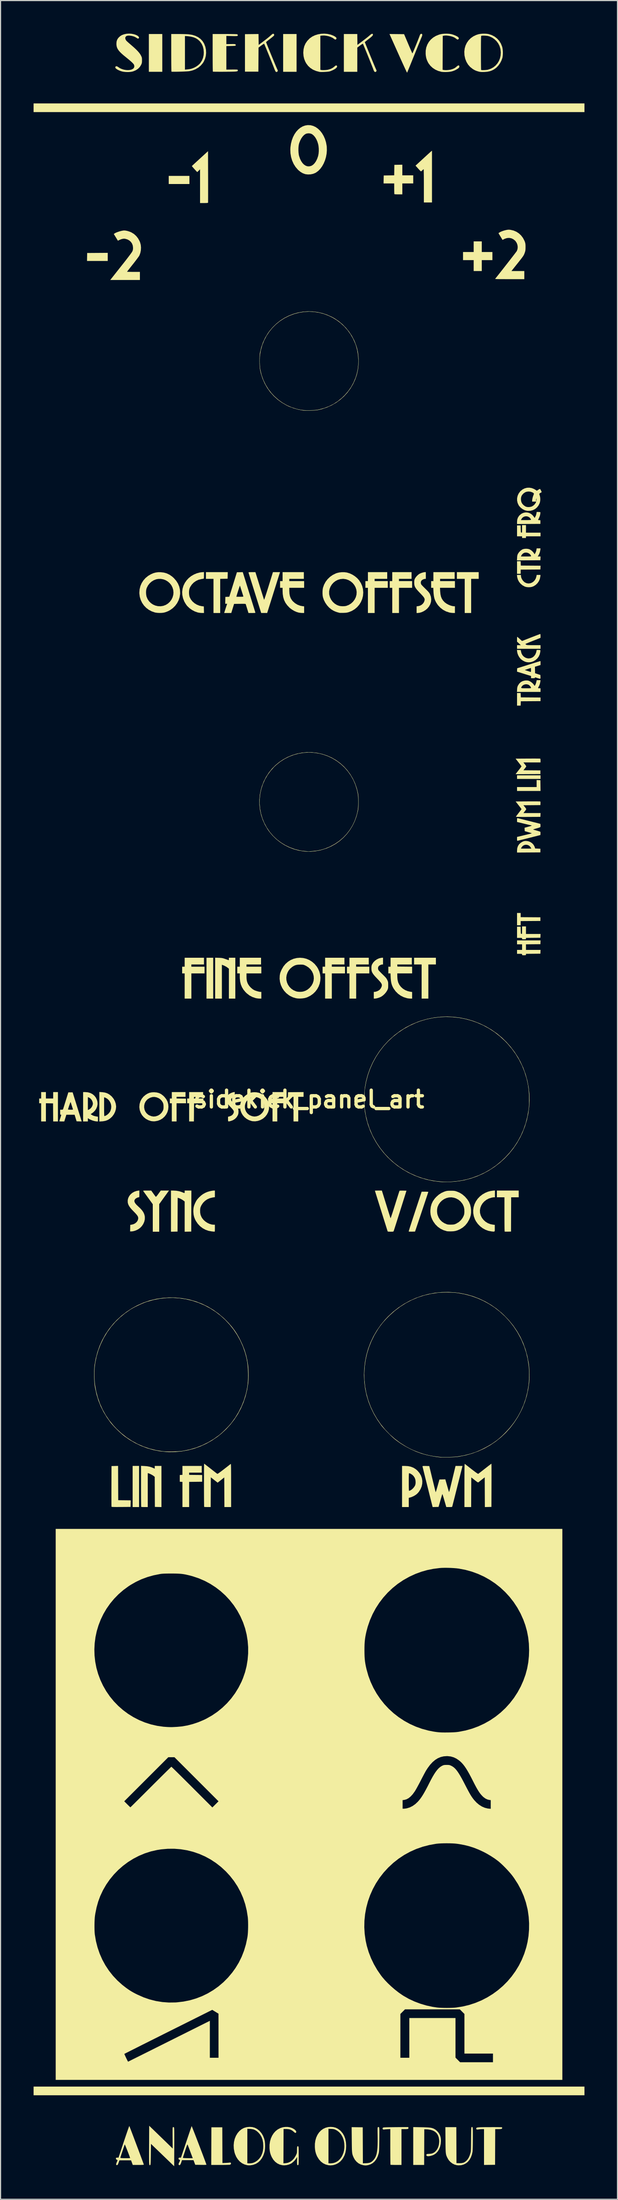
<source format=kicad_pcb>
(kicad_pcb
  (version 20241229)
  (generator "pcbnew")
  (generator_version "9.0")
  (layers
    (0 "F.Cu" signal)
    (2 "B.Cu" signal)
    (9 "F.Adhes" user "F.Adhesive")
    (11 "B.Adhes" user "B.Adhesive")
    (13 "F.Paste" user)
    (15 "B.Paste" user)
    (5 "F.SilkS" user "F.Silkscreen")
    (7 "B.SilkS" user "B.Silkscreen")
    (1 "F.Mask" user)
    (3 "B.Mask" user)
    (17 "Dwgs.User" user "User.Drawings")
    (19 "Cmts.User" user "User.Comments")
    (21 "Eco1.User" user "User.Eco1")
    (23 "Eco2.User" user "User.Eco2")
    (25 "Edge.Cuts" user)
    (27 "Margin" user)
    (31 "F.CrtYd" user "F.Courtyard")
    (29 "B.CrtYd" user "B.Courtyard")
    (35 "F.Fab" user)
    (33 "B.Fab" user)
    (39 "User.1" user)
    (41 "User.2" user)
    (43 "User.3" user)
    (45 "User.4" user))
  (footprint "sidekick_panel_art"
    (layer "F.Cu")
    (at 24.994 96.736)
    (property "Reference" "sidekick_panel_art" (at 0 0 0) (layer "F.SilkS") (effects (font (size 1.524 1.524) (thickness 0.3))))
    (attr board_only exclude_from_pos_files exclude_from_bom)
    (fp_poly (pts (xy -15.418 37.008) (xy -16.002 37.008) (xy -16.002 33.274) (xy -15.418 33.274)) (stroke (width 0) (type solid)) (fill yes) (layer "F.SilkS"))
    (fp_poly (pts (xy -13.31 -93.269) (xy -14.529 -93.269) (xy -14.529 -96.698) (xy -13.31 -96.698)) (stroke (width 0) (type solid)) (fill yes) (layer "F.SilkS"))
    (fp_poly (pts (xy -10.846 -83.083) (xy -12.725 -83.083) (xy -12.725 -83.82) (xy -10.846 -83.82)) (stroke (width 0) (type solid)) (fill yes) (layer "F.SilkS"))
    (fp_poly (pts (xy -8.687 -9.144) (xy -9.296 -9.144) (xy -9.296 -12.852) (xy -8.687 -12.852)) (stroke (width 0) (type solid)) (fill yes) (layer "F.SilkS"))
    (fp_poly (pts (xy -1.118 -93.269) (xy -2.337 -93.269) (xy -2.337 -96.698) (xy -1.118 -96.698)) (stroke (width 0) (type solid)) (fill yes) (layer "F.SilkS"))
    (fp_poly (pts (xy 21.031 -29.083) (xy 18.898 -29.083) (xy 18.898 -29.413) (xy 21.031 -29.413)) (stroke (width 0) (type solid)) (fill yes) (layer "F.SilkS"))
    (fp_poly (pts (xy 25.019 -89.611) (xy -24.994 -89.611) (xy -24.994 -90.399) (xy 25.019 -90.399)) (stroke (width 0) (type solid)) (fill yes) (layer "F.SilkS"))
    (fp_poly (pts (xy 25.019 90.399) (xy -24.994 90.399) (xy -24.994 89.611) (xy 25.019 89.611)) (stroke (width 0) (type solid)) (fill yes) (layer "F.SilkS"))
    (fp_poly (pts (xy -18.263 -76.098) (xy -20.144 -76.098) (xy -20.137 -76.46) (xy -20.13 -76.822) (xy -18.263 -76.836)) (stroke (width 0) (type solid)) (fill yes) (layer "F.SilkS"))
    (fp_poly (pts (xy 21.018 -28.969) (xy 21.032 -27.991) (xy 18.898 -27.991) (xy 18.898 -28.346) (xy 20.676 -28.346) (xy 20.676 -28.984)) (stroke (width 0) (type solid)) (fill yes) (layer "F.SilkS"))
    (fp_poly (pts (xy -7.379 -47.257) (xy -8.052 -47.243) (xy -8.052 -44.145) (xy -8.661 -44.145) (xy -8.661 -47.244) (xy -9.347 -47.244) (xy -9.347 -47.854) (xy -7.364 -47.854)) (stroke (width 0) (type solid)) (fill yes) (layer "F.SilkS"))
    (fp_poly (pts (xy 11.532 -12.243) (xy 10.846 -12.243) (xy 10.846 -9.144) (xy 10.236 -9.144) (xy 10.236 -12.243) (xy 9.55 -12.243) (xy 9.55 -12.852) (xy 11.532 -12.852)) (stroke (width 0) (type solid)) (fill yes) (layer "F.SilkS"))
    (fp_poly (pts (xy 15.418 -47.244) (xy 14.732 -47.244) (xy 14.732 -44.145) (xy 14.148 -44.145) (xy 14.148 -47.244) (xy 13.437 -47.244) (xy 13.437 -47.854) (xy 15.418 -47.854)) (stroke (width 0) (type solid)) (fill yes) (layer "F.SilkS"))
    (fp_poly (pts (xy -0.483 -0.229) (xy -0.965 -0.229) (xy -0.965 2.007) (xy -1.397 2.007) (xy -1.397 -0.229) (xy -1.907 -0.229) (xy -1.9 -0.438) (xy -1.892 -0.648) (xy -0.483 -0.661)) (stroke (width 0) (type solid)) (fill yes) (layer "F.SilkS"))
    (fp_poly (pts (xy 19.228 -16.536) (xy 21.018 -16.523) (xy 21.018 -16.192) (xy 20.123 -16.186) (xy 19.228 -16.179) (xy 19.228 -15.799) (xy 18.898 -15.799) (xy 18.898 -16.916) (xy 19.228 -16.916)) (stroke (width 0) (type solid)) (fill yes) (layer "F.SilkS"))
    (fp_poly (pts (xy 19.233 -48.647) (xy 19.241 -48.45) (xy 21.034 -48.437) (xy 21.018 -48.095) (xy 20.123 -48.088) (xy 19.228 -48.082) (xy 19.228 -47.701) (xy 18.898 -47.701) (xy 18.898 -48.844) (xy 19.226 -48.844)) (stroke (width 0) (type solid)) (fill yes) (layer "F.SilkS"))
    (fp_poly (pts (xy 19.233 -36.684) (xy 19.241 -36.487) (xy 20.136 -36.48) (xy 21.031 -36.474) (xy 21.031 -36.145) (xy 19.241 -36.132) (xy 19.233 -35.935) (xy 19.226 -35.738) (xy 18.898 -35.738) (xy 18.898 -36.881) (xy 19.226 -36.881)) (stroke (width 0) (type solid)) (fill yes) (layer "F.SilkS"))
    (fp_poly (pts (xy 15.697 -76.911) (xy 16.662 -76.911) (xy 16.662 -76.175) (xy 15.697 -76.175) (xy 15.697 -75.184) (xy 14.961 -75.184) (xy 14.961 -76.175) (xy 13.995 -76.175) (xy 13.995 -76.911) (xy 14.961 -76.911) (xy 14.961 -77.876) (xy 15.697 -77.876)) (stroke (width 0) (type solid)) (fill yes) (layer "F.SilkS"))
    (fp_poly (pts (xy -9.525 -12.243) (xy -10.668 -12.243) (xy -10.668 -12.04) (xy -9.474 -12.04) (xy -9.474 -11.43) (xy -10.668 -11.43) (xy -10.668 -9.144) (xy -11.278 -9.144) (xy -11.278 -11.43) (xy -11.506 -11.43) (xy -11.506 -12.04) (xy -11.278 -12.04) (xy -11.278 -12.852) (xy -9.525 -12.852)) (stroke (width 0) (type solid)) (fill yes) (layer "F.SilkS"))
    (fp_poly (pts (xy -2.057 -0.229) (xy -2.87 -0.229) (xy -2.87 -0.076) (xy -2.007 -0.076) (xy -2.007 0.356) (xy -2.87 0.356) (xy -2.87 2.007) (xy -3.302 2.007) (xy -3.302 0.356) (xy -3.48 0.356) (xy -3.48 -0.076) (xy -3.302 -0.076) (xy -3.302 -0.66) (xy -2.057 -0.66)) (stroke (width 0) (type solid)) (fill yes) (layer "F.SilkS"))
    (fp_poly (pts (xy 3.226 -12.243) (xy 2.083 -12.243) (xy 2.083 -12.04) (xy 3.277 -12.04) (xy 3.277 -11.43) (xy 2.083 -11.43) (xy 2.083 -9.144) (xy 1.473 -9.144) (xy 1.473 -11.43) (xy 1.245 -11.43) (xy 1.245 -12.04) (xy 1.473 -12.04) (xy 1.473 -12.852) (xy 3.226 -12.852)) (stroke (width 0) (type solid)) (fill yes) (layer "F.SilkS"))
    (fp_poly (pts (xy 5.436 -12.243) (xy 4.293 -12.243) (xy 4.293 -12.04) (xy 5.486 -12.04) (xy 5.486 -11.43) (xy 4.293 -11.43) (xy 4.293 -9.144) (xy 3.683 -9.144) (xy 3.683 -11.43) (xy 3.454 -11.43) (xy 3.454 -12.04) (xy 3.683 -12.04) (xy 3.683 -12.852) (xy 5.436 -12.852)) (stroke (width 0) (type solid)) (fill yes) (layer "F.SilkS"))
    (fp_poly (pts (xy 7.112 -47.244) (xy 5.969 -47.244) (xy 5.969 -47.041) (xy 7.163 -47.041) (xy 7.163 -46.431) (xy 5.969 -46.431) (xy 5.969 -44.145) (xy 5.359 -44.145) (xy 5.359 -46.431) (xy 5.131 -46.431) (xy 5.131 -47.041) (xy 5.359 -47.041) (xy 5.359 -47.854) (xy 7.112 -47.854)) (stroke (width 0) (type solid)) (fill yes) (layer "F.SilkS"))
    (fp_poly (pts (xy 9.322 -47.244) (xy 8.179 -47.244) (xy 8.179 -47.041) (xy 9.373 -47.041) (xy 9.373 -46.431) (xy 8.179 -46.431) (xy 8.179 -44.145) (xy 7.569 -44.145) (xy 7.569 -46.431) (xy 7.341 -46.431) (xy 7.341 -47.041) (xy 7.569 -47.041) (xy 7.569 -47.854) (xy 9.322 -47.854)) (stroke (width 0) (type solid)) (fill yes) (layer "F.SilkS"))
    (fp_poly (pts (xy -11.201 -0.229) (xy -12.014 -0.229) (xy -12.014 -0.077) (xy -11.589 -0.07) (xy -11.163 -0.064) (xy -11.149 0.356) (xy -12.014 0.356) (xy -12.014 2.007) (xy -12.446 2.007) (xy -12.446 0.356) (xy -12.624 0.356) (xy -12.624 -0.076) (xy -12.446 -0.076) (xy -12.446 -0.66) (xy -11.201 -0.66)) (stroke (width 0) (type solid)) (fill yes) (layer "F.SilkS"))
    (fp_poly (pts (xy -9.728 33.884) (xy -10.871 33.884) (xy -10.871 34.086) (xy -10.281 34.093) (xy -9.69 34.099) (xy -9.69 34.709) (xy -10.871 34.723) (xy -10.871 37.008) (xy -11.481 37.008) (xy -11.481 34.725) (xy -11.601 34.717) (xy -11.722 34.709) (xy -11.722 34.099) (xy -11.481 34.084) (xy -11.481 33.274) (xy -9.728 33.274)) (stroke (width 0) (type solid)) (fill yes) (layer "F.SilkS"))
    (fp_poly (pts (xy -23.876 -0.076) (xy -23.216 -0.076) (xy -23.216 -0.66) (xy -22.784 -0.66) (xy -22.784 2.007) (xy -23.215 2.007) (xy -23.222 1.187) (xy -23.228 0.368) (xy -23.876 0.354) (xy -23.876 2.007) (xy -24.308 2.007) (xy -24.308 0.356) (xy -24.486 0.356) (xy -24.486 -0.076) (xy -24.308 -0.076) (xy -24.308 -0.66) (xy -23.876 -0.66)) (stroke (width 0) (type solid)) (fill yes) (layer "F.SilkS"))
    (fp_poly (pts (xy -9.601 -0.23) (xy -10.014 -0.223) (xy -10.427 -0.216) (xy -10.435 -0.146) (xy -10.443 -0.076) (xy -9.576 -0.076) (xy -9.576 0.354) (xy -10.001 0.361) (xy -10.427 0.368) (xy -10.44 2.007) (xy -10.871 2.007) (xy -10.871 0.356) (xy -11.049 0.356) (xy -11.049 -0.076) (xy -10.871 -0.076) (xy -10.871 -0.66) (xy -9.601 -0.66)) (stroke (width 0) (type solid)) (fill yes) (layer "F.SilkS"))
    (fp_poly (pts (xy 19.05 8.89) (xy 18.365 8.89) (xy 18.352 12.002) (xy 18.071 12.009) (xy 17.956 12.01) (xy 17.861 12.008) (xy 17.795 12.004) (xy 17.772 11.998) (xy 17.769 11.97) (xy 17.766 11.896) (xy 17.763 11.78) (xy 17.761 11.626) (xy 17.759 11.439) (xy 17.757 11.224) (xy 17.756 10.984) (xy 17.755 10.724) (xy 17.755 10.449) (xy 17.755 8.89) (xy 17.069 8.89) (xy 17.069 8.28) (xy 19.05 8.28)) (stroke (width 0) (type solid)) (fill yes) (layer "F.SilkS"))
    (fp_poly (pts (xy -7.855 94.929) (xy -7.848 96.551) (xy -7.55 96.538) (xy -7.425 96.531) (xy -7.313 96.523) (xy -7.228 96.514) (xy -7.184 96.507) (xy -7.121 96.508) (xy -7.083 96.541) (xy -7.072 96.592) (xy -7.089 96.647) (xy -7.136 96.691) (xy -7.155 96.7) (xy -7.195 96.705) (xy -7.279 96.711) (xy -7.401 96.715) (xy -7.553 96.719) (xy -7.731 96.722) (xy -7.926 96.723) (xy -8.041 96.723) (xy -8.865 96.723) (xy -8.852 93.307) (xy -7.861 93.307)) (stroke (width 0) (type solid)) (fill yes) (layer "F.SilkS"))
    (fp_poly (pts (xy -12.033 8.296) (xy -11.778 8.341) (xy -11.548 8.412) (xy -11.519 8.424) (xy -11.41 8.469) (xy -11.34 8.495) (xy -11.3 8.5) (xy -11.282 8.484) (xy -11.278 8.445) (xy -11.278 8.398) (xy -11.278 8.28) (xy -10.668 8.28) (xy -10.674 10.141) (xy -10.681 12.002) (xy -11.278 12.016) (xy -11.278 9.273) (xy -11.395 9.183) (xy -11.507 9.107) (xy -11.634 9.037) (xy -11.755 8.981) (xy -11.843 8.952) (xy -11.912 8.935) (xy -11.925 12.002) (xy -12.522 12.016) (xy -12.522 8.28) (xy -12.293 8.28)) (stroke (width 0) (type solid)) (fill yes) (layer "F.SilkS"))
    (fp_poly (pts (xy 8.484 -83.871) (xy 9.474 -83.871) (xy 9.474 -83.134) (xy 8.484 -83.134) (xy 8.484 -82.144) (xy 8.132 -82.144) (xy 8.003 -82.145) (xy 7.893 -82.148) (xy 7.812 -82.153) (xy 7.768 -82.159) (xy 7.764 -82.161) (xy 7.759 -82.19) (xy 7.754 -82.262) (xy 7.75 -82.369) (xy 7.748 -82.502) (xy 7.747 -82.652) (xy 7.747 -83.134) (xy 6.78 -83.134) (xy 6.787 -83.496) (xy 6.795 -83.858) (xy 7.27 -83.865) (xy 7.746 -83.872) (xy 7.753 -84.348) (xy 7.76 -84.823) (xy 8.122 -84.83) (xy 8.484 -84.837)) (stroke (width 0) (type solid)) (fill yes) (layer "F.SilkS"))
    (fp_poly (pts (xy 19.71 -51.435) (xy 21.031 -51.435) (xy 21.031 -51.105) (xy 19.71 -51.105) (xy 19.71 -50.952) (xy 19.355 -50.952) (xy 19.355 -51.105) (xy 18.898 -51.105) (xy 18.898 -52.095) (xy 19.226 -52.095) (xy 19.233 -51.772) (xy 19.237 -51.638) (xy 19.241 -51.547) (xy 19.247 -51.491) (xy 19.258 -51.459) (xy 19.274 -51.445) (xy 19.298 -51.44) (xy 19.321 -51.438) (xy 19.336 -51.445) (xy 19.346 -51.47) (xy 19.352 -51.519) (xy 19.354 -51.601) (xy 19.355 -51.723) (xy 19.355 -51.776) (xy 19.355 -52.121) (xy 19.71 -52.121)) (stroke (width 0) (type solid)) (fill yes) (layer "F.SilkS"))
    (fp_poly (pts (xy -17.317 34.829) (xy -17.31 36.386) (xy -16.744 36.392) (xy -16.178 36.399) (xy -16.185 36.697) (xy -16.192 36.995) (xy -17.05 37.002) (xy -17.292 37.003) (xy -17.488 37.004) (xy -17.641 37.002) (xy -17.756 37) (xy -17.837 36.996) (xy -17.889 36.99) (xy -17.915 36.982) (xy -17.921 36.976) (xy -17.923 36.946) (xy -17.924 36.869) (xy -17.926 36.75) (xy -17.927 36.592) (xy -17.927 36.4) (xy -17.928 36.177) (xy -17.928 35.929) (xy -17.928 35.658) (xy -17.927 35.369) (xy -17.926 35.115) (xy -17.92 33.287) (xy -17.621 33.28) (xy -17.323 33.272)) (stroke (width 0) (type solid)) (fill yes) (layer "F.SilkS"))
    (fp_poly (pts (xy -8.185 -12.847) (xy -8.041 -12.841) (xy -7.931 -12.832) (xy -7.837 -12.817) (xy -7.745 -12.792) (xy -7.635 -12.756) (xy -7.607 -12.746) (xy -7.498 -12.707) (xy -7.402 -12.673) (xy -7.334 -12.647) (xy -7.309 -12.637) (xy -7.282 -12.632) (xy -7.268 -12.654) (xy -7.265 -12.714) (xy -7.264 -12.735) (xy -7.264 -12.852) (xy -6.68 -12.852) (xy -6.68 -9.144) (xy -7.264 -9.144) (xy -7.264 -11.857) (xy -7.343 -11.923) (xy -7.482 -12.023) (xy -7.648 -12.115) (xy -7.773 -12.169) (xy -7.899 -12.217) (xy -7.899 -9.144) (xy -8.509 -9.144) (xy -8.509 -12.858)) (stroke (width 0) (type solid)) (fill yes) (layer "F.SilkS"))
    (fp_poly (pts (xy 11.176 -81.407) (xy 10.439 -81.407) (xy 10.439 -82.918) (xy 10.439 -83.19) (xy 10.438 -83.446) (xy 10.437 -83.682) (xy 10.435 -83.894) (xy 10.432 -84.077) (xy 10.429 -84.226) (xy 10.426 -84.337) (xy 10.423 -84.407) (xy 10.419 -84.43) (xy 10.392 -84.413) (xy 10.342 -84.369) (xy 10.3 -84.328) (xy 10.241 -84.272) (xy 10.193 -84.237) (xy 10.174 -84.229) (xy 10.148 -84.248) (xy 10.096 -84.298) (xy 10.024 -84.372) (xy 9.939 -84.463) (xy 9.914 -84.491) (xy 9.681 -84.751) (xy 10.356 -85.371) (xy 10.514 -85.517) (xy 10.663 -85.653) (xy 10.799 -85.777) (xy 10.915 -85.883) (xy 11.008 -85.967) (xy 11.073 -86.025) (xy 11.103 -86.051) (xy 11.176 -86.11)) (stroke (width 0) (type solid)) (fill yes) (layer "F.SilkS"))
    (fp_poly (pts (xy 21.026 -14.256) (xy 21.018 -14.084) (xy 20.364 -14.078) (xy 19.71 -14.071) (xy 19.71 -13.564) (xy 21.034 -13.564) (xy 21.026 -13.392) (xy 21.018 -13.221) (xy 20.364 -13.214) (xy 19.71 -13.207) (xy 19.71 -13.144) (xy 19.708 -13.111) (xy 19.692 -13.092) (xy 19.653 -13.084) (xy 19.579 -13.081) (xy 19.533 -13.081) (xy 19.44 -13.082) (xy 19.387 -13.087) (xy 19.362 -13.101) (xy 19.355 -13.128) (xy 19.355 -13.145) (xy 19.353 -13.175) (xy 19.341 -13.193) (xy 19.309 -13.203) (xy 19.247 -13.207) (xy 19.146 -13.208) (xy 19.126 -13.208) (xy 18.898 -13.208) (xy 18.898 -13.564) (xy 19.355 -13.564) (xy 19.355 -14.072) (xy 18.898 -14.072) (xy 18.898 -14.427) (xy 21.034 -14.427)) (stroke (width 0) (type solid)) (fill yes) (layer "F.SilkS"))
    (fp_poly (pts (xy -14.942 33.282) (xy -14.696 33.302) (xy -14.484 33.34) (xy -14.289 33.399) (xy -14.154 33.454) (xy -13.995 33.525) (xy -13.995 33.274) (xy -13.386 33.274) (xy -13.386 37.009) (xy -13.983 36.995) (xy -13.996 34.268) (xy -14.088 34.192) (xy -14.17 34.134) (xy -14.278 34.07) (xy -14.393 34.011) (xy -14.498 33.965) (xy -14.561 33.945) (xy -14.63 33.929) (xy -14.63 37.008) (xy -14.918 37.008) (xy -15.034 37.006) (xy -15.131 37.003) (xy -15.198 36.997) (xy -15.223 36.991) (xy -15.226 36.963) (xy -15.228 36.889) (xy -15.231 36.772) (xy -15.233 36.616) (xy -15.235 36.426) (xy -15.237 36.205) (xy -15.238 35.957) (xy -15.239 35.687) (xy -15.24 35.398) (xy -15.24 35.12) (xy -15.24 33.267)) (stroke (width 0) (type solid)) (fill yes) (layer "F.SilkS"))
    (fp_poly (pts (xy 10.659 8.383) (xy 10.755 8.388) (xy 10.82 8.394) (xy 10.844 8.401) (xy 10.844 8.401) (xy 10.836 8.428) (xy 10.812 8.499) (xy 10.776 8.61) (xy 10.726 8.758) (xy 10.666 8.94) (xy 10.596 9.15) (xy 10.517 9.386) (xy 10.431 9.644) (xy 10.339 9.919) (xy 10.241 10.208) (xy 10.241 10.211) (xy 9.639 12.002) (xy 9.356 12.009) (xy 9.241 12.01) (xy 9.146 12.008) (xy 9.083 12.002) (xy 9.06 11.996) (xy 9.066 11.969) (xy 9.087 11.898) (xy 9.121 11.786) (xy 9.168 11.638) (xy 9.226 11.456) (xy 9.294 11.245) (xy 9.371 11.009) (xy 9.455 10.751) (xy 9.546 10.475) (xy 9.641 10.185) (xy 9.643 10.179) (xy 10.238 8.382) (xy 10.542 8.382)) (stroke (width 0) (type solid)) (fill yes) (layer "F.SilkS"))
    (fp_poly (pts (xy 19.253 -47.515) (xy 19.275 -47.374) (xy 19.337 -47.227) (xy 19.429 -47.088) (xy 19.544 -46.97) (xy 19.617 -46.917) (xy 19.773 -46.847) (xy 19.936 -46.823) (xy 20.097 -46.842) (xy 20.25 -46.9) (xy 20.389 -46.994) (xy 20.507 -47.12) (xy 20.597 -47.274) (xy 20.653 -47.452) (xy 20.682 -47.6) (xy 21.028 -47.6) (xy 21.013 -47.454) (xy 20.968 -47.236) (xy 20.88 -47.033) (xy 20.755 -46.852) (xy 20.599 -46.699) (xy 20.418 -46.582) (xy 20.262 -46.52) (xy 20.098 -46.489) (xy 19.919 -46.483) (xy 19.746 -46.502) (xy 19.606 -46.542) (xy 19.401 -46.652) (xy 19.224 -46.798) (xy 19.08 -46.973) (xy 18.976 -47.171) (xy 18.915 -47.386) (xy 18.906 -47.449) (xy 18.89 -47.6) (xy 19.253 -47.6)) (stroke (width 0) (type solid)) (fill yes) (layer "F.SilkS"))
    (fp_poly (pts (xy 19.917 -23.429) (xy 20.098 -23.36) (xy 20.258 -23.255) (xy 20.389 -23.117) (xy 20.483 -22.952) (xy 20.511 -22.875) (xy 20.541 -22.771) (xy 21.018 -22.746) (xy 21.018 -22.416) (xy 19.958 -22.409) (xy 18.898 -22.402) (xy 18.898 -22.592) (xy 18.914 -22.758) (xy 19.252 -22.758) (xy 20.196 -22.758) (xy 20.137 -22.864) (xy 20.046 -22.981) (xy 19.932 -23.061) (xy 19.802 -23.103) (xy 19.668 -23.108) (xy 19.538 -23.075) (xy 19.421 -23.005) (xy 19.326 -22.898) (xy 19.303 -22.858) (xy 19.252 -22.758) (xy 18.914 -22.758) (xy 18.919 -22.808) (xy 18.984 -22.998) (xy 19.092 -23.161) (xy 19.241 -23.295) (xy 19.373 -23.373) (xy 19.476 -23.419) (xy 19.56 -23.444) (xy 19.652 -23.453) (xy 19.721 -23.454)) (stroke (width 0) (type solid)) (fill yes) (layer "F.SilkS"))
    (fp_poly (pts (xy -9.15 -83.742) (xy -9.149 -83.403) (xy -9.149 -83.078) (xy -9.149 -82.77) (xy -9.149 -82.484) (xy -9.149 -82.223) (xy -9.149 -81.991) (xy -9.15 -81.792) (xy -9.151 -81.628) (xy -9.152 -81.504) (xy -9.154 -81.423) (xy -9.156 -81.389) (xy -9.156 -81.388) (xy -9.176 -81.374) (xy -9.23 -81.365) (xy -9.322 -81.359) (xy -9.457 -81.356) (xy -9.524 -81.356) (xy -9.881 -81.356) (xy -9.881 -84.415) (xy -10.009 -84.289) (xy -10.138 -84.163) (xy -10.315 -84.353) (xy -10.398 -84.444) (xy -10.476 -84.532) (xy -10.537 -84.602) (xy -10.559 -84.628) (xy -10.626 -84.712) (xy -10.552 -84.784) (xy -10.516 -84.817) (xy -10.447 -84.881) (xy -10.351 -84.97) (xy -10.232 -85.079) (xy -10.095 -85.205) (xy -9.945 -85.343) (xy -9.817 -85.46) (xy -9.157 -86.065)) (stroke (width 0) (type solid)) (fill yes) (layer "F.SilkS"))
    (fp_poly (pts (xy -13.035 8.744) (xy -13.14 8.889) (xy -13.242 9.03) (xy -13.334 9.158) (xy -13.412 9.265) (xy -13.467 9.342) (xy -13.479 9.359) (xy -13.589 9.51) (xy -13.589 12.014) (xy -14.173 12.014) (xy -14.173 9.52) (xy -14.599 8.934) (xy -14.709 8.781) (xy -14.81 8.641) (xy -14.898 8.519) (xy -14.969 8.421) (xy -15.019 8.351) (xy -15.043 8.316) (xy -15.044 8.314) (xy -15.044 8.301) (xy -15.019 8.291) (xy -14.964 8.285) (xy -14.873 8.282) (xy -14.739 8.281) (xy -14.689 8.281) (xy -14.313 8.282) (xy -14.122 8.549) (xy -14.048 8.652) (xy -13.983 8.741) (xy -13.932 8.807) (xy -13.904 8.841) (xy -13.902 8.842) (xy -13.88 8.84) (xy -13.84 8.804) (xy -13.779 8.733) (xy -13.696 8.623) (xy -13.661 8.574) (xy -13.449 8.28) (xy -12.701 8.28)) (stroke (width 0) (type solid)) (fill yes) (layer "F.SilkS"))
    (fp_poly (pts (xy -0.457 -47.244) (xy -1.778 -47.244) (xy -1.778 -47.041) (xy -0.432 -47.041) (xy -0.432 -46.431) (xy -1.778 -46.431) (xy -1.778 -46.157) (xy -1.764 -45.899) (xy -1.721 -45.676) (xy -1.646 -45.48) (xy -1.536 -45.305) (xy -1.452 -45.205) (xy -1.258 -45.033) (xy -1.035 -44.898) (xy -0.791 -44.806) (xy -0.578 -44.765) (xy -0.432 -44.748) (xy -0.432 -44.145) (xy -0.603 -44.147) (xy -0.727 -44.154) (xy -0.861 -44.17) (xy -0.94 -44.184) (xy -1.13 -44.242) (xy -1.333 -44.334) (xy -1.532 -44.451) (xy -1.711 -44.585) (xy -1.766 -44.633) (xy -1.969 -44.848) (xy -2.13 -45.073) (xy -2.249 -45.316) (xy -2.33 -45.582) (xy -2.375 -45.877) (xy -2.387 -46.145) (xy -2.388 -46.431) (xy -2.616 -46.431) (xy -2.616 -47.041) (xy -2.388 -47.041) (xy -2.388 -47.854) (xy -0.457 -47.854)) (stroke (width 0) (type solid)) (fill yes) (layer "F.SilkS"))
    (fp_poly (pts (xy 19.24 -40.78) (xy 19.257 -40.659) (xy 19.306 -40.474) (xy 19.395 -40.313) (xy 19.516 -40.183) (xy 19.664 -40.087) (xy 19.833 -40.032) (xy 19.964 -40.02) (xy 20.144 -40.045) (xy 20.305 -40.115) (xy 20.442 -40.225) (xy 20.552 -40.371) (xy 20.629 -40.55) (xy 20.653 -40.646) (xy 20.682 -40.792) (xy 20.843 -40.792) (xy 20.927 -40.79) (xy 20.989 -40.782) (xy 21.014 -40.773) (xy 21.017 -40.74) (xy 21.013 -40.672) (xy 21.006 -40.598) (xy 20.955 -40.381) (xy 20.862 -40.184) (xy 20.734 -40.013) (xy 20.575 -39.871) (xy 20.391 -39.763) (xy 20.188 -39.693) (xy 19.973 -39.666) (xy 19.793 -39.679) (xy 19.628 -39.724) (xy 19.457 -39.806) (xy 19.3 -39.913) (xy 19.223 -39.982) (xy 19.105 -40.127) (xy 19.007 -40.3) (xy 18.937 -40.484) (xy 18.907 -40.635) (xy 18.89 -40.795)) (stroke (width 0) (type solid)) (fill yes) (layer "F.SilkS"))
    (fp_poly (pts (xy 16.858 93.292) (xy 17.052 93.293) (xy 17.22 93.295) (xy 17.356 93.297) (xy 17.455 93.3) (xy 17.512 93.303) (xy 17.523 93.305) (xy 17.55 93.346) (xy 17.543 93.4) (xy 17.507 93.443) (xy 17.502 93.446) (xy 17.457 93.457) (xy 17.374 93.465) (xy 17.267 93.471) (xy 17.185 93.472) (xy 16.917 93.472) (xy 16.904 96.71) (xy 16.402 96.717) (xy 15.9 96.724) (xy 15.9 93.472) (xy 15.727 93.472) (xy 15.609 93.476) (xy 15.484 93.488) (xy 15.408 93.499) (xy 15.297 93.511) (xy 15.227 93.497) (xy 15.195 93.456) (xy 15.194 93.411) (xy 15.2 93.385) (xy 15.213 93.363) (xy 15.236 93.345) (xy 15.275 93.33) (xy 15.334 93.319) (xy 15.416 93.31) (xy 15.526 93.304) (xy 15.669 93.3) (xy 15.848 93.296) (xy 16.069 93.294) (xy 16.335 93.293) (xy 16.413 93.293) (xy 16.643 93.292)) (stroke (width 0) (type solid)) (fill yes) (layer "F.SilkS"))
    (fp_poly (pts (xy 13.233 -47.244) (xy 11.913 -47.244) (xy 11.913 -47.041) (xy 13.259 -47.041) (xy 13.259 -46.431) (xy 11.905 -46.431) (xy 11.92 -46.107) (xy 11.945 -45.852) (xy 11.993 -45.634) (xy 12.069 -45.447) (xy 12.176 -45.282) (xy 12.317 -45.13) (xy 12.352 -45.099) (xy 12.495 -44.993) (xy 12.666 -44.9) (xy 12.847 -44.825) (xy 13.026 -44.775) (xy 13.185 -44.755) (xy 13.189 -44.755) (xy 13.259 -44.755) (xy 13.259 -44.145) (xy 13.087 -44.147) (xy 12.967 -44.155) (xy 12.833 -44.174) (xy 12.738 -44.193) (xy 12.451 -44.289) (xy 12.185 -44.431) (xy 11.946 -44.613) (xy 11.738 -44.832) (xy 11.671 -44.92) (xy 11.551 -45.105) (xy 11.46 -45.288) (xy 11.393 -45.479) (xy 11.348 -45.691) (xy 11.32 -45.934) (xy 11.311 -46.082) (xy 11.295 -46.431) (xy 11.1 -46.431) (xy 11.1 -47.041) (xy 11.303 -47.041) (xy 11.303 -47.854) (xy 13.233 -47.854)) (stroke (width 0) (type solid)) (fill yes) (layer "F.SilkS"))
    (fp_poly (pts (xy 19.71 -15.011) (xy 21.034 -15.011) (xy 21.026 -14.84) (xy 21.018 -14.668) (xy 20.364 -14.662) (xy 19.71 -14.655) (xy 19.71 -14.592) (xy 19.708 -14.559) (xy 19.692 -14.54) (xy 19.653 -14.531) (xy 19.579 -14.529) (xy 19.533 -14.529) (xy 19.44 -14.53) (xy 19.387 -14.535) (xy 19.362 -14.549) (xy 19.355 -14.575) (xy 19.355 -14.592) (xy 19.353 -14.622) (xy 19.341 -14.641) (xy 19.309 -14.651) (xy 19.247 -14.655) (xy 19.146 -14.656) (xy 19.126 -14.656) (xy 18.898 -14.656) (xy 18.898 -15.672) (xy 19.226 -15.672) (xy 19.233 -15.348) (xy 19.237 -15.215) (xy 19.241 -15.124) (xy 19.247 -15.067) (xy 19.258 -15.036) (xy 19.274 -15.021) (xy 19.298 -15.016) (xy 19.321 -15.014) (xy 19.336 -15.022) (xy 19.346 -15.046) (xy 19.352 -15.095) (xy 19.354 -15.177) (xy 19.355 -15.299) (xy 19.355 -15.353) (xy 19.355 -15.697) (xy 19.71 -15.697)) (stroke (width 0) (type solid)) (fill yes) (layer "F.SilkS"))
    (fp_poly (pts (xy 9.347 -12.243) (xy 8.023 -12.243) (xy 8.031 -12.148) (xy 8.039 -12.052) (xy 8.706 -12.046) (xy 9.373 -12.039) (xy 9.373 -11.43) (xy 8.026 -11.43) (xy 8.027 -11.22) (xy 8.031 -11.091) (xy 8.04 -10.953) (xy 8.053 -10.836) (xy 8.053 -10.835) (xy 8.11 -10.608) (xy 8.212 -10.398) (xy 8.354 -10.21) (xy 8.53 -10.049) (xy 8.737 -9.918) (xy 8.968 -9.824) (xy 9.181 -9.774) (xy 9.373 -9.744) (xy 9.373 -9.144) (xy 9.214 -9.146) (xy 9.095 -9.153) (xy 8.966 -9.17) (xy 8.903 -9.182) (xy 8.61 -9.273) (xy 8.339 -9.408) (xy 8.093 -9.585) (xy 7.878 -9.8) (xy 7.696 -10.05) (xy 7.611 -10.202) (xy 7.539 -10.37) (xy 7.486 -10.55) (xy 7.45 -10.755) (xy 7.428 -10.995) (xy 7.425 -11.068) (xy 7.409 -11.43) (xy 7.214 -11.43) (xy 7.214 -12.04) (xy 7.417 -12.04) (xy 7.417 -12.852) (xy 9.347 -12.852)) (stroke (width 0) (type solid)) (fill yes) (layer "F.SilkS"))
    (fp_poly (pts (xy -4.343 -12.243) (xy -5.664 -12.243) (xy -5.664 -12.04) (xy -4.318 -12.04) (xy -4.318 -11.43) (xy -5.664 -11.43) (xy -5.664 -11.165) (xy -5.659 -10.97) (xy -5.642 -10.811) (xy -5.609 -10.672) (xy -5.558 -10.54) (xy -5.519 -10.458) (xy -5.418 -10.304) (xy -5.283 -10.152) (xy -5.129 -10.018) (xy -4.986 -9.924) (xy -4.889 -9.881) (xy -4.766 -9.837) (xy -4.634 -9.798) (xy -4.51 -9.769) (xy -4.411 -9.754) (xy -4.39 -9.754) (xy -4.318 -9.754) (xy -4.318 -9.144) (xy -4.489 -9.146) (xy -4.61 -9.154) (xy -4.744 -9.172) (xy -4.839 -9.192) (xy -5.128 -9.289) (xy -5.395 -9.431) (xy -5.638 -9.619) (xy -5.759 -9.737) (xy -5.939 -9.955) (xy -6.077 -10.182) (xy -6.177 -10.426) (xy -6.241 -10.693) (xy -6.271 -10.99) (xy -6.274 -11.14) (xy -6.274 -11.43) (xy -6.502 -11.43) (xy -6.502 -12.04) (xy -6.274 -12.04) (xy -6.274 -12.852) (xy -4.343 -12.852)) (stroke (width 0) (type solid)) (fill yes) (layer "F.SilkS"))
    (fp_poly (pts (xy 20.513 -30.933) (xy 20.684 -30.932) (xy 20.823 -30.931) (xy 20.925 -30.929) (xy 20.986 -30.927) (xy 20.999 -30.926) (xy 21.02 -30.891) (xy 21.03 -30.809) (xy 21.031 -30.747) (xy 21.031 -30.582) (xy 19.477 -30.582) (xy 19.606 -30.417) (xy 19.666 -30.338) (xy 19.712 -30.271) (xy 19.734 -30.23) (xy 19.736 -30.224) (xy 19.721 -30.192) (xy 19.681 -30.132) (xy 19.625 -30.056) (xy 19.607 -30.033) (xy 19.478 -29.871) (xy 20.248 -29.864) (xy 21.018 -29.858) (xy 21.018 -29.527) (xy 19.893 -29.521) (xy 18.767 -29.514) (xy 18.817 -29.584) (xy 18.851 -29.63) (xy 18.909 -29.706) (xy 18.984 -29.802) (xy 19.067 -29.909) (xy 19.086 -29.932) (xy 19.165 -30.033) (xy 19.231 -30.12) (xy 19.279 -30.185) (xy 19.302 -30.22) (xy 19.304 -30.224) (xy 19.289 -30.248) (xy 19.248 -30.305) (xy 19.185 -30.388) (xy 19.106 -30.49) (xy 19.035 -30.582) (xy 18.767 -30.924) (xy 19.867 -30.931) (xy 20.1 -30.932) (xy 20.317 -30.933)) (stroke (width 0) (type solid)) (fill yes) (layer "F.SilkS"))
    (fp_poly (pts (xy 21.019 -42.217) (xy 21.028 -42.155) (xy 21.031 -42.067) (xy 21.031 -42.064) (xy 21.031 -41.889) (xy 20.345 -41.618) (xy 20.171 -41.549) (xy 20.012 -41.485) (xy 19.877 -41.429) (xy 19.769 -41.384) (xy 19.695 -41.352) (xy 19.661 -41.336) (xy 19.66 -41.334) (xy 19.677 -41.31) (xy 19.717 -41.274) (xy 19.738 -41.259) (xy 19.766 -41.247) (xy 19.808 -41.239) (xy 19.869 -41.233) (xy 19.956 -41.229) (xy 20.076 -41.227) (xy 20.234 -41.225) (xy 20.403 -41.225) (xy 21.031 -41.224) (xy 21.031 -40.894) (xy 18.898 -40.894) (xy 18.898 -41.224) (xy 19.241 -41.227) (xy 19.069 -41.386) (xy 18.898 -41.545) (xy 18.898 -41.766) (xy 18.899 -41.864) (xy 18.904 -41.94) (xy 18.91 -41.982) (xy 18.913 -41.986) (xy 18.937 -41.97) (xy 18.99 -41.927) (xy 19.064 -41.862) (xy 19.139 -41.795) (xy 19.35 -41.603) (xy 20.166 -41.922) (xy 20.358 -41.996) (xy 20.536 -42.065) (xy 20.693 -42.125) (xy 20.824 -42.175) (xy 20.924 -42.212) (xy 20.987 -42.234) (xy 21.006 -42.24)) (stroke (width 0) (type solid)) (fill yes) (layer "F.SilkS"))
    (fp_poly (pts (xy 16.891 8.89) (xy 16.808 8.89) (xy 16.74 8.896) (xy 16.644 8.912) (xy 16.562 8.929) (xy 16.324 9.008) (xy 16.11 9.123) (xy 15.923 9.27) (xy 15.768 9.442) (xy 15.648 9.636) (xy 15.567 9.846) (xy 15.528 10.067) (xy 15.537 10.293) (xy 15.541 10.32) (xy 15.605 10.549) (xy 15.713 10.76) (xy 15.859 10.948) (xy 16.037 11.109) (xy 16.243 11.237) (xy 16.47 11.327) (xy 16.713 11.375) (xy 16.878 11.392) (xy 16.878 11.697) (xy 16.879 11.83) (xy 16.876 11.92) (xy 16.86 11.975) (xy 16.826 12.001) (xy 16.764 12.006) (xy 16.667 11.998) (xy 16.573 11.988) (xy 16.295 11.935) (xy 16.026 11.836) (xy 15.772 11.696) (xy 15.541 11.517) (xy 15.337 11.306) (xy 15.167 11.067) (xy 15.075 10.89) (xy 14.975 10.614) (xy 14.923 10.333) (xy 14.918 10.053) (xy 14.958 9.777) (xy 15.04 9.51) (xy 15.164 9.257) (xy 15.326 9.022) (xy 15.527 8.811) (xy 15.763 8.627) (xy 16.015 8.483) (xy 16.256 8.383) (xy 16.495 8.32) (xy 16.708 8.29) (xy 16.891 8.273)) (stroke (width 0) (type solid)) (fill yes) (layer "F.SilkS"))
    (fp_poly (pts (xy 20.515 -27.046) (xy 20.685 -27.046) (xy 20.824 -27.044) (xy 20.927 -27.043) (xy 20.987 -27.041) (xy 21.001 -27.039) (xy 21.02 -27.012) (xy 21.028 -26.946) (xy 21.026 -26.867) (xy 21.018 -26.708) (xy 20.248 -26.701) (xy 19.478 -26.695) (xy 19.607 -26.533) (xy 19.667 -26.454) (xy 19.712 -26.388) (xy 19.735 -26.347) (xy 19.736 -26.342) (xy 19.721 -26.31) (xy 19.682 -26.25) (xy 19.625 -26.173) (xy 19.606 -26.149) (xy 19.477 -25.984) (xy 21.034 -25.984) (xy 21.026 -25.813) (xy 21.018 -25.641) (xy 19.907 -25.635) (xy 19.598 -25.633) (xy 19.339 -25.634) (xy 19.131 -25.635) (xy 18.973 -25.638) (xy 18.865 -25.643) (xy 18.807 -25.649) (xy 18.796 -25.654) (xy 18.811 -25.682) (xy 18.852 -25.742) (xy 18.915 -25.827) (xy 18.993 -25.93) (xy 19.05 -26.003) (xy 19.136 -26.113) (xy 19.209 -26.208) (xy 19.265 -26.283) (xy 19.297 -26.329) (xy 19.304 -26.341) (xy 19.289 -26.365) (xy 19.248 -26.422) (xy 19.185 -26.505) (xy 19.107 -26.607) (xy 19.037 -26.697) (xy 18.77 -27.038) (xy 19.869 -27.045) (xy 20.101 -27.046) (xy 20.318 -27.047)) (stroke (width 0) (type solid)) (fill yes) (layer "F.SilkS"))
    (fp_poly (pts (xy -18.79 -0.653) (xy -18.541 -0.621) (xy -18.324 -0.555) (xy -18.128 -0.45) (xy -17.945 -0.302) (xy -17.875 -0.233) (xy -17.728 -0.046) (xy -17.613 0.167) (xy -17.536 0.394) (xy -17.503 0.623) (xy -17.501 0.673) (xy -17.525 0.901) (xy -17.593 1.129) (xy -17.699 1.346) (xy -17.84 1.54) (xy -17.875 1.579) (xy -18.056 1.744) (xy -18.246 1.865) (xy -18.454 1.946) (xy -18.689 1.991) (xy -18.79 1.999) (xy -19.025 2.014) (xy -19.025 -0.183) (xy -18.593 -0.183) (xy -18.593 0.67) (xy -18.592 0.931) (xy -18.59 1.146) (xy -18.586 1.313) (xy -18.581 1.433) (xy -18.574 1.503) (xy -18.567 1.524) (xy -18.531 1.514) (xy -18.467 1.488) (xy -18.426 1.47) (xy -18.299 1.39) (xy -18.176 1.278) (xy -18.075 1.151) (xy -18.034 1.08) (xy -17.999 0.989) (xy -17.967 0.878) (xy -17.951 0.804) (xy -17.942 0.612) (xy -17.977 0.42) (xy -18.052 0.238) (xy -18.162 0.079) (xy -18.301 -0.049) (xy -18.32 -0.062) (xy -18.403 -0.112) (xy -18.48 -0.151) (xy -18.523 -0.166) (xy -18.593 -0.183) (xy -19.025 -0.183) (xy -19.025 -0.668)) (stroke (width 0) (type solid)) (fill yes) (layer "F.SilkS"))
    (fp_poly (pts (xy 21.014 -49.879) (xy 20.983 -49.713) (xy 20.928 -49.546) (xy 20.859 -49.402) (xy 20.841 -49.373) (xy 20.776 -49.276) (xy 21.034 -49.276) (xy 21.026 -49.105) (xy 21.018 -48.933) (xy 18.892 -48.92) (xy 18.903 -49.155) (xy 18.911 -49.276) (xy 19.254 -49.276) (xy 19.723 -49.276) (xy 19.888 -49.276) (xy 20.008 -49.278) (xy 20.091 -49.281) (xy 20.143 -49.286) (xy 20.17 -49.294) (xy 20.178 -49.306) (xy 20.176 -49.32) (xy 20.108 -49.441) (xy 20.005 -49.536) (xy 19.878 -49.601) (xy 19.739 -49.63) (xy 19.597 -49.62) (xy 19.525 -49.597) (xy 19.426 -49.534) (xy 19.338 -49.444) (xy 19.281 -49.346) (xy 19.254 -49.276) (xy 18.911 -49.276) (xy 18.912 -49.284) (xy 18.927 -49.379) (xy 18.952 -49.458) (xy 18.98 -49.517) (xy 19.076 -49.661) (xy 19.206 -49.793) (xy 19.351 -49.899) (xy 19.38 -49.914) (xy 19.499 -49.955) (xy 19.646 -49.976) (xy 19.801 -49.975) (xy 19.947 -49.953) (xy 20.042 -49.921) (xy 20.205 -49.821) (xy 20.348 -49.686) (xy 20.424 -49.585) (xy 20.494 -49.476) (xy 20.56 -49.589) (xy 20.602 -49.68) (xy 20.639 -49.791) (xy 20.654 -49.857) (xy 20.681 -50.013) (xy 21.029 -50.013)) (stroke (width 0) (type solid)) (fill yes) (layer "F.SilkS"))
    (fp_poly (pts (xy 21.031 -39.423) (xy 20.776 -39.344) (xy 20.522 -39.266) (xy 20.536 -38.678) (xy 20.777 -38.598) (xy 21.018 -38.519) (xy 21.026 -38.348) (xy 21.029 -38.263) (xy 21.023 -38.209) (xy 21 -38.183) (xy 20.953 -38.182) (xy 20.873 -38.202) (xy 20.753 -38.24) (xy 20.752 -38.24) (xy 20.646 -38.275) (xy 20.579 -38.294) (xy 20.542 -38.299) (xy 20.527 -38.291) (xy 20.523 -38.272) (xy 20.523 -38.265) (xy 20.513 -38.244) (xy 20.475 -38.233) (xy 20.401 -38.228) (xy 20.345 -38.227) (xy 20.168 -38.227) (xy 20.168 -38.425) (xy 19.882 -38.515) (xy 19.743 -38.558) (xy 19.577 -38.61) (xy 19.404 -38.664) (xy 19.246 -38.713) (xy 18.895 -38.822) (xy 18.903 -38.971) (xy 19.596 -38.971) (xy 19.875 -38.88) (xy 20.155 -38.789) (xy 20.163 -38.89) (xy 20.166 -38.981) (xy 20.163 -39.068) (xy 20.163 -39.075) (xy 20.155 -39.159) (xy 19.875 -39.065) (xy 19.596 -38.971) (xy 18.903 -38.971) (xy 18.91 -39.127) (xy 19.901 -39.438) (xy 20.118 -39.506) (xy 20.322 -39.57) (xy 20.507 -39.627) (xy 20.669 -39.677) (xy 20.8 -39.717) (xy 20.897 -39.746) (xy 20.952 -39.762) (xy 20.961 -39.765) (xy 21.031 -39.78)) (stroke (width 0) (type solid)) (fill yes) (layer "F.SilkS"))
    (fp_poly (pts (xy -9.525 -47.564) (xy -9.527 -47.425) (xy -9.532 -47.332) (xy -9.542 -47.278) (xy -9.557 -47.259) (xy -9.596 -47.251) (xy -9.671 -47.239) (xy -9.765 -47.224) (xy -9.779 -47.222) (xy -10.022 -47.16) (xy -10.249 -47.054) (xy -10.454 -46.908) (xy -10.629 -46.728) (xy -10.769 -46.519) (xy -10.825 -46.402) (xy -10.863 -46.267) (xy -10.883 -46.102) (xy -10.884 -45.926) (xy -10.867 -45.755) (xy -10.831 -45.608) (xy -10.823 -45.585) (xy -10.714 -45.376) (xy -10.565 -45.189) (xy -10.381 -45.029) (xy -10.17 -44.9) (xy -9.94 -44.809) (xy -9.702 -44.76) (xy -9.538 -44.742) (xy -9.523 -44.145) (xy -9.721 -44.147) (xy -9.85 -44.154) (xy -9.991 -44.173) (xy -10.1 -44.195) (xy -10.36 -44.287) (xy -10.611 -44.419) (xy -10.842 -44.584) (xy -11.04 -44.774) (xy -11.073 -44.812) (xy -11.145 -44.91) (xy -11.224 -45.033) (xy -11.296 -45.159) (xy -11.316 -45.199) (xy -11.428 -45.484) (xy -11.49 -45.772) (xy -11.504 -46.06) (xy -11.47 -46.344) (xy -11.389 -46.618) (xy -11.262 -46.881) (xy -11.089 -47.126) (xy -10.913 -47.313) (xy -10.692 -47.49) (xy -10.442 -47.637) (xy -10.174 -47.75) (xy -9.902 -47.822) (xy -9.729 -47.845) (xy -9.525 -47.861)) (stroke (width 0) (type solid)) (fill yes) (layer "F.SilkS"))
    (fp_poly (pts (xy 8.933 93.288) (xy 8.995 93.289) (xy 9.011 93.291) (xy 9.036 93.32) (xy 9.041 93.373) (xy 9.024 93.426) (xy 9.012 93.442) (xy 8.968 93.457) (xy 8.875 93.468) (xy 8.734 93.472) (xy 8.694 93.472) (xy 8.407 93.472) (xy 8.407 96.723) (xy 7.916 96.723) (xy 7.763 96.722) (xy 7.628 96.72) (xy 7.518 96.716) (xy 7.443 96.712) (xy 7.409 96.707) (xy 7.408 96.706) (xy 7.405 96.679) (xy 7.403 96.604) (xy 7.4 96.488) (xy 7.398 96.334) (xy 7.396 96.146) (xy 7.394 95.93) (xy 7.393 95.688) (xy 7.392 95.426) (xy 7.391 95.148) (xy 7.391 95.077) (xy 7.391 93.465) (xy 7.131 93.48) (xy 7.016 93.488) (xy 6.915 93.497) (xy 6.842 93.506) (xy 6.817 93.511) (xy 6.752 93.506) (xy 6.722 93.485) (xy 6.687 93.44) (xy 6.688 93.401) (xy 6.716 93.356) (xy 6.727 93.344) (xy 6.743 93.334) (xy 6.769 93.326) (xy 6.809 93.32) (xy 6.868 93.314) (xy 6.951 93.31) (xy 7.063 93.306) (xy 7.206 93.303) (xy 7.388 93.3) (xy 7.611 93.297) (xy 7.866 93.294) (xy 8.099 93.292) (xy 8.318 93.29) (xy 8.516 93.289) (xy 8.688 93.288) (xy 8.828 93.288)) (stroke (width 0) (type solid)) (fill yes) (layer "F.SilkS"))
    (fp_poly (pts (xy -20.065 -0.638) (xy -19.841 -0.574) (xy -19.643 -0.47) (xy -19.475 -0.329) (xy -19.34 -0.155) (xy -19.244 0.049) (xy -19.197 0.224) (xy -19.184 0.428) (xy -19.218 0.632) (xy -19.295 0.829) (xy -19.411 1.01) (xy -19.563 1.167) (xy -19.663 1.243) (xy -19.816 1.345) (xy -19.698 1.42) (xy -19.607 1.469) (xy -19.501 1.508) (xy -19.368 1.54) (xy -19.247 1.562) (xy -19.152 1.577) (xy -19.152 2.007) (xy -19.234 2.006) (xy -19.365 1.993) (xy -19.517 1.96) (xy -19.675 1.91) (xy -19.824 1.85) (xy -19.95 1.785) (xy -20.022 1.733) (xy -20.046 1.715) (xy -20.059 1.722) (xy -20.065 1.762) (xy -20.066 1.843) (xy -20.066 1.85) (xy -20.066 2.007) (xy -20.498 2.007) (xy -20.498 -0.201) (xy -20.066 -0.201) (xy -20.066 0.963) (xy -19.985 0.934) (xy -19.922 0.9) (xy -19.845 0.843) (xy -19.796 0.798) (xy -19.717 0.696) (xy -19.654 0.573) (xy -19.616 0.448) (xy -19.609 0.381) (xy -19.616 0.334) (xy -19.634 0.259) (xy -19.649 0.205) (xy -19.702 0.089) (xy -19.784 -0.023) (xy -19.883 -0.115) (xy -19.984 -0.172) (xy -19.985 -0.172) (xy -20.066 -0.201) (xy -20.498 -0.201) (xy -20.498 -0.66) (xy -20.313 -0.66)) (stroke (width 0) (type solid)) (fill yes) (layer "F.SilkS"))
    (fp_poly (pts (xy 20.927 -53.312) (xy 20.989 -53.305) (xy 21.014 -53.296) (xy 21.017 -53.262) (xy 21.013 -53.194) (xy 21.005 -53.119) (xy 20.983 -53.005) (xy 20.938 -52.875) (xy 20.869 -52.719) (xy 20.808 -52.599) (xy 20.825 -52.586) (xy 20.878 -52.576) (xy 20.909 -52.573) (xy 21.018 -52.565) (xy 21.018 -52.235) (xy 19.958 -52.228) (xy 18.898 -52.222) (xy 18.898 -52.412) (xy 18.912 -52.578) (xy 19.252 -52.578) (xy 19.71 -52.578) (xy 19.882 -52.579) (xy 20.008 -52.582) (xy 20.094 -52.587) (xy 20.145 -52.595) (xy 20.166 -52.605) (xy 20.167 -52.61) (xy 20.15 -52.663) (xy 20.105 -52.732) (xy 20.047 -52.798) (xy 20.015 -52.826) (xy 19.887 -52.897) (xy 19.748 -52.925) (xy 19.609 -52.913) (xy 19.479 -52.862) (xy 19.37 -52.775) (xy 19.304 -52.68) (xy 19.252 -52.578) (xy 18.912 -52.578) (xy 18.916 -52.615) (xy 18.972 -52.791) (xy 19.07 -52.948) (xy 19.121 -53.007) (xy 19.277 -53.139) (xy 19.449 -53.227) (xy 19.631 -53.271) (xy 19.816 -53.271) (xy 19.996 -53.229) (xy 20.165 -53.144) (xy 20.315 -53.018) (xy 20.409 -52.9) (xy 20.493 -52.776) (xy 20.532 -52.836) (xy 20.61 -52.992) (xy 20.659 -53.17) (xy 20.663 -53.194) (xy 20.681 -53.315) (xy 20.842 -53.315)) (stroke (width 0) (type solid)) (fill yes) (layer "F.SilkS"))
    (fp_poly (pts (xy -6.731 -0.231) (xy -6.82 -0.214) (xy -6.91 -0.18) (xy -6.989 -0.122) (xy -7.044 -0.05) (xy -7.061 0.012) (xy -7.057 0.062) (xy -7.041 0.112) (xy -7.007 0.166) (xy -6.951 0.234) (xy -6.868 0.322) (xy -6.757 0.432) (xy -6.624 0.567) (xy -6.527 0.681) (xy -6.46 0.784) (xy -6.418 0.885) (xy -6.397 0.993) (xy -6.391 1.118) (xy -6.395 1.239) (xy -6.412 1.334) (xy -6.446 1.428) (xy -6.456 1.452) (xy -6.565 1.628) (xy -6.713 1.777) (xy -6.895 1.892) (xy -7.098 1.967) (xy -7.209 1.995) (xy -7.28 2.006) (xy -7.319 1.991) (xy -7.336 1.946) (xy -7.341 1.863) (xy -7.341 1.794) (xy -7.341 1.581) (xy -7.22 1.551) (xy -7.06 1.491) (xy -6.937 1.401) (xy -6.856 1.284) (xy -6.853 1.278) (xy -6.824 1.2) (xy -6.812 1.132) (xy -6.822 1.065) (xy -6.858 0.993) (xy -6.921 0.907) (xy -7.017 0.799) (xy -7.101 0.71) (xy -7.242 0.559) (xy -7.346 0.43) (xy -7.419 0.317) (xy -7.465 0.212) (xy -7.488 0.108) (xy -7.493 0.024) (xy -7.472 -0.127) (xy -7.415 -0.275) (xy -7.329 -0.401) (xy -7.281 -0.448) (xy -7.168 -0.525) (xy -7.029 -0.593) (xy -6.889 -0.64) (xy -6.839 -0.65) (xy -6.731 -0.667)) (stroke (width 0) (type solid)) (fill yes) (layer "F.SilkS"))
    (fp_poly (pts (xy 10.204 93.301) (xy 10.449 93.306) (xy 10.65 93.313) (xy 10.813 93.321) (xy 10.946 93.333) (xy 11.056 93.347) (xy 11.148 93.366) (xy 11.231 93.39) (xy 11.31 93.42) (xy 11.348 93.436) (xy 11.485 93.516) (xy 11.623 93.631) (xy 11.747 93.767) (xy 11.843 93.909) (xy 11.857 93.937) (xy 11.921 94.082) (xy 11.961 94.219) (xy 11.982 94.367) (xy 11.988 94.539) (xy 11.969 94.812) (xy 11.913 95.066) (xy 11.823 95.294) (xy 11.702 95.493) (xy 11.551 95.658) (xy 11.373 95.783) (xy 11.318 95.811) (xy 11.195 95.86) (xy 11.062 95.898) (xy 10.932 95.924) (xy 10.822 95.932) (xy 10.76 95.926) (xy 10.692 95.892) (xy 10.661 95.838) (xy 10.673 95.778) (xy 10.679 95.769) (xy 10.708 95.744) (xy 10.756 95.729) (xy 10.836 95.721) (xy 10.9 95.72) (xy 11.093 95.704) (xy 11.253 95.658) (xy 11.393 95.579) (xy 11.49 95.495) (xy 11.632 95.321) (xy 11.737 95.116) (xy 11.804 94.883) (xy 11.831 94.629) (xy 11.829 94.488) (xy 11.795 94.245) (xy 11.722 94.035) (xy 11.612 93.859) (xy 11.464 93.717) (xy 11.279 93.609) (xy 11.057 93.535) (xy 10.799 93.497) (xy 10.706 93.492) (xy 10.477 93.485) (xy 10.471 95.104) (xy 10.464 96.723) (xy 9.474 96.723) (xy 9.474 93.287)) (stroke (width 0) (type solid)) (fill yes) (layer "F.SilkS"))
    (fp_poly (pts (xy 8.706 33.274) (xy 8.999 33.292) (xy 9.26 33.347) (xy 9.494 33.439) (xy 9.705 33.572) (xy 9.87 33.716) (xy 10.046 33.926) (xy 10.177 34.152) (xy 10.261 34.391) (xy 10.3 34.639) (xy 10.292 34.889) (xy 10.239 35.138) (xy 10.139 35.381) (xy 9.993 35.613) (xy 9.891 35.737) (xy 9.739 35.875) (xy 9.551 35.995) (xy 9.34 36.092) (xy 9.176 36.144) (xy 9.068 36.172) (xy 9.068 37.008) (xy 8.458 37.008) (xy 8.458 34.734) (xy 9.068 34.734) (xy 9.068 34.972) (xy 9.07 35.162) (xy 9.073 35.309) (xy 9.077 35.415) (xy 9.083 35.486) (xy 9.09 35.525) (xy 9.098 35.535) (xy 9.137 35.524) (xy 9.203 35.498) (xy 9.235 35.483) (xy 9.34 35.415) (xy 9.449 35.315) (xy 9.548 35.198) (xy 9.624 35.08) (xy 9.634 35.058) (xy 9.667 34.968) (xy 9.684 34.867) (xy 9.69 34.736) (xy 9.69 34.734) (xy 9.67 34.531) (xy 9.608 34.353) (xy 9.501 34.194) (xy 9.449 34.138) (xy 9.366 34.067) (xy 9.271 34.004) (xy 9.18 33.957) (xy 9.107 33.935) (xy 9.1 33.935) (xy 9.09 33.946) (xy 9.083 33.98) (xy 9.077 34.044) (xy 9.073 34.14) (xy 9.07 34.273) (xy 9.068 34.448) (xy 9.068 34.668) (xy 9.068 34.734) (xy 8.458 34.734) (xy 8.458 33.274)) (stroke (width 0) (type solid)) (fill yes) (layer "F.SilkS"))
    (fp_poly (pts (xy -15.392 8.582) (xy -15.393 8.711) (xy -15.395 8.798) (xy -15.401 8.851) (xy -15.411 8.879) (xy -15.428 8.889) (xy -15.444 8.89) (xy -15.528 8.906) (xy -15.626 8.948) (xy -15.718 9.005) (xy -15.754 9.035) (xy -15.821 9.122) (xy -15.846 9.216) (xy -15.828 9.319) (xy -15.766 9.434) (xy -15.659 9.564) (xy -15.506 9.711) (xy -15.497 9.719) (xy -15.301 9.903) (xy -15.148 10.074) (xy -15.035 10.238) (xy -14.956 10.4) (xy -14.908 10.568) (xy -14.893 10.679) (xy -14.897 10.896) (xy -14.947 11.111) (xy -15.039 11.319) (xy -15.167 11.509) (xy -15.328 11.674) (xy -15.483 11.785) (xy -15.648 11.871) (xy -15.821 11.937) (xy -15.985 11.977) (xy -16.098 11.988) (xy -16.232 11.989) (xy -16.225 11.691) (xy -16.218 11.393) (xy -16.083 11.373) (xy -15.916 11.329) (xy -15.768 11.25) (xy -15.644 11.143) (xy -15.554 11.017) (xy -15.503 10.876) (xy -15.494 10.789) (xy -15.501 10.717) (xy -15.524 10.644) (xy -15.567 10.565) (xy -15.634 10.474) (xy -15.73 10.363) (xy -15.859 10.228) (xy -15.922 10.164) (xy -16.091 9.988) (xy -16.222 9.834) (xy -16.319 9.694) (xy -16.387 9.564) (xy -16.43 9.436) (xy -16.447 9.338) (xy -16.447 9.143) (xy -16.401 8.956) (xy -16.314 8.781) (xy -16.19 8.624) (xy -16.033 8.49) (xy -15.85 8.385) (xy -15.644 8.314) (xy -15.522 8.291) (xy -15.392 8.274)) (stroke (width 0) (type solid)) (fill yes) (layer "F.SilkS"))
    (fp_poly (pts (xy -14.071 93.579) (xy -13.943 93.703) (xy -13.787 93.854) (xy -13.613 94.023) (xy -13.428 94.202) (xy -13.242 94.383) (xy -13.063 94.556) (xy -13.003 94.614) (xy -12.365 95.236) (xy -12.373 94.276) (xy -12.375 94.027) (xy -12.376 93.825) (xy -12.376 93.664) (xy -12.375 93.54) (xy -12.373 93.447) (xy -12.369 93.381) (xy -12.363 93.337) (xy -12.356 93.31) (xy -12.346 93.296) (xy -12.341 93.293) (xy -12.285 93.288) (xy -12.259 93.301) (xy -12.251 93.311) (xy -12.244 93.327) (xy -12.238 93.356) (xy -12.233 93.399) (xy -12.229 93.46) (xy -12.226 93.543) (xy -12.224 93.652) (xy -12.222 93.79) (xy -12.221 93.96) (xy -12.221 94.167) (xy -12.221 94.413) (xy -12.222 94.702) (xy -12.223 95.038) (xy -12.223 95.087) (xy -12.23 96.842) (xy -13.284 95.827) (xy -14.338 94.811) (xy -14.351 95.758) (xy -14.354 96.004) (xy -14.358 96.204) (xy -14.361 96.363) (xy -14.365 96.485) (xy -14.37 96.577) (xy -14.375 96.642) (xy -14.382 96.685) (xy -14.391 96.712) (xy -14.401 96.727) (xy -14.408 96.733) (xy -14.428 96.745) (xy -14.446 96.751) (xy -14.461 96.749) (xy -14.474 96.734) (xy -14.484 96.703) (xy -14.493 96.654) (xy -14.5 96.582) (xy -14.505 96.485) (xy -14.508 96.36) (xy -14.51 96.202) (xy -14.511 96.009) (xy -14.511 95.778) (xy -14.511 95.505) (xy -14.509 95.186) (xy -14.508 94.926) (xy -14.5 93.166)) (stroke (width 0) (type solid)) (fill yes) (layer "F.SilkS"))
    (fp_poly (pts (xy -8.534 8.88) (xy -8.741 8.91) (xy -8.993 8.971) (xy -9.226 9.074) (xy -9.433 9.217) (xy -9.61 9.394) (xy -9.749 9.601) (xy -9.769 9.64) (xy -9.816 9.74) (xy -9.846 9.82) (xy -9.863 9.9) (xy -9.872 9.999) (xy -9.876 10.081) (xy -9.87 10.299) (xy -9.831 10.492) (xy -9.754 10.675) (xy -9.693 10.78) (xy -9.563 10.944) (xy -9.4 11.091) (xy -9.213 11.214) (xy -9.015 11.307) (xy -8.815 11.364) (xy -8.657 11.379) (xy -8.534 11.379) (xy -8.534 11.697) (xy -8.535 11.829) (xy -8.538 11.918) (xy -8.543 11.973) (xy -8.553 12.001) (xy -8.569 12.011) (xy -8.579 12.011) (xy -8.625 12.007) (xy -8.705 11.999) (xy -8.803 11.99) (xy -8.814 11.989) (xy -9.11 11.936) (xy -9.39 11.836) (xy -9.65 11.694) (xy -9.884 11.512) (xy -10.088 11.294) (xy -10.258 11.044) (xy -10.339 10.886) (xy -10.419 10.677) (xy -10.467 10.465) (xy -10.488 10.233) (xy -10.49 10.146) (xy -10.483 9.957) (xy -10.46 9.792) (xy -10.417 9.631) (xy -10.348 9.459) (xy -10.296 9.349) (xy -10.233 9.228) (xy -10.17 9.128) (xy -10.096 9.034) (xy -9.999 8.929) (xy -9.96 8.889) (xy -9.783 8.726) (xy -9.61 8.598) (xy -9.422 8.493) (xy -9.261 8.422) (xy -9.128 8.376) (xy -8.976 8.335) (xy -8.823 8.303) (xy -8.688 8.284) (xy -8.621 8.28) (xy -8.534 8.28)) (stroke (width 0) (type solid)) (fill yes) (layer "F.SilkS"))
    (fp_poly (pts (xy -4.829 -47.771) (xy -4.817 -47.731) (xy -4.79 -47.647) (xy -4.752 -47.525) (xy -4.704 -47.37) (xy -4.647 -47.187) (xy -4.583 -46.981) (xy -4.514 -46.758) (xy -4.444 -46.533) (xy -4.371 -46.3) (xy -4.303 -46.081) (xy -4.24 -45.882) (xy -4.185 -45.707) (xy -4.138 -45.561) (xy -4.102 -45.449) (xy -4.078 -45.376) (xy -4.067 -45.346) (xy -4.057 -45.363) (xy -4.033 -45.425) (xy -3.997 -45.527) (xy -3.951 -45.664) (xy -3.895 -45.832) (xy -3.832 -46.027) (xy -3.763 -46.245) (xy -3.689 -46.48) (xy -3.657 -46.584) (xy -3.264 -47.853) (xy -2.942 -47.853) (xy -2.619 -47.854) (xy -2.655 -47.746) (xy -2.668 -47.703) (xy -2.696 -47.617) (xy -2.736 -47.49) (xy -2.787 -47.329) (xy -2.848 -47.135) (xy -2.917 -46.916) (xy -2.993 -46.673) (xy -3.075 -46.412) (xy -3.161 -46.138) (xy -3.201 -46.012) (xy -3.288 -45.732) (xy -3.373 -45.464) (xy -3.452 -45.212) (xy -3.525 -44.98) (xy -3.59 -44.773) (xy -3.646 -44.595) (xy -3.691 -44.451) (xy -3.725 -44.344) (xy -3.745 -44.28) (xy -3.75 -44.266) (xy -3.789 -44.145) (xy -4.06 -44.146) (xy -4.331 -44.146) (xy -4.902 -45.963) (xy -4.994 -46.257) (xy -5.082 -46.536) (xy -5.164 -46.798) (xy -5.24 -47.038) (xy -5.307 -47.254) (xy -5.365 -47.44) (xy -5.413 -47.593) (xy -5.449 -47.71) (xy -5.472 -47.786) (xy -5.482 -47.817) (xy -5.482 -47.817) (xy -5.477 -47.833) (xy -5.451 -47.843) (xy -5.395 -47.85) (xy -5.303 -47.853) (xy -5.173 -47.854) (xy -4.855 -47.854)) (stroke (width 0) (type solid)) (fill yes) (layer "F.SilkS"))
    (fp_poly (pts (xy 10.617 -47.244) (xy 10.547 -47.243) (xy 10.449 -47.225) (xy 10.342 -47.178) (xy 10.25 -47.115) (xy 10.215 -47.079) (xy 10.171 -46.986) (xy 10.161 -46.875) (xy 10.187 -46.767) (xy 10.208 -46.727) (xy 10.242 -46.686) (xy 10.305 -46.617) (xy 10.391 -46.528) (xy 10.494 -46.426) (xy 10.588 -46.333) (xy 10.713 -46.21) (xy 10.808 -46.114) (xy 10.877 -46.035) (xy 10.929 -45.967) (xy 10.969 -45.902) (xy 11 -45.84) (xy 11.078 -45.615) (xy 11.107 -45.387) (xy 11.087 -45.161) (xy 11.02 -44.941) (xy 10.906 -44.734) (xy 10.768 -44.565) (xy 10.61 -44.426) (xy 10.427 -44.309) (xy 10.233 -44.219) (xy 10.039 -44.163) (xy 9.875 -44.145) (xy 9.779 -44.145) (xy 9.779 -44.748) (xy 9.904 -44.763) (xy 10.08 -44.806) (xy 10.236 -44.889) (xy 10.363 -45.005) (xy 10.456 -45.148) (xy 10.503 -45.294) (xy 10.511 -45.359) (xy 10.505 -45.421) (xy 10.483 -45.486) (xy 10.44 -45.56) (xy 10.373 -45.648) (xy 10.277 -45.757) (xy 10.15 -45.893) (xy 10.096 -45.949) (xy 9.939 -46.115) (xy 9.815 -46.255) (xy 9.721 -46.374) (xy 9.653 -46.481) (xy 9.607 -46.581) (xy 9.58 -46.682) (xy 9.566 -46.791) (xy 9.563 -46.901) (xy 9.566 -47.03) (xy 9.578 -47.125) (xy 9.599 -47.204) (xy 9.619 -47.25) (xy 9.689 -47.367) (xy 9.789 -47.49) (xy 9.904 -47.603) (xy 10.019 -47.689) (xy 10.027 -47.694) (xy 10.136 -47.748) (xy 10.265 -47.796) (xy 10.393 -47.833) (xy 10.502 -47.852) (xy 10.531 -47.854) (xy 10.617 -47.854)) (stroke (width 0) (type solid)) (fill yes) (layer "F.SilkS"))
    (fp_poly (pts (xy 16.575 33.096) (xy 16.577 33.167) (xy 16.579 33.282) (xy 16.58 33.436) (xy 16.581 33.625) (xy 16.581 33.846) (xy 16.582 34.094) (xy 16.581 34.366) (xy 16.581 34.658) (xy 16.58 34.966) (xy 16.58 35.033) (xy 16.573 36.995) (xy 16.275 37.002) (xy 15.977 37.009) (xy 15.97 35.66) (xy 15.964 34.31) (xy 15.697 34.52) (xy 15.595 34.6) (xy 15.504 34.672) (xy 15.435 34.727) (xy 15.395 34.76) (xy 15.392 34.762) (xy 15.372 34.771) (xy 15.342 34.766) (xy 15.297 34.742) (xy 15.23 34.695) (xy 15.134 34.623) (xy 15.049 34.557) (xy 14.745 34.318) (xy 14.732 37.008) (xy 14.122 37.008) (xy 14.122 35.036) (xy 14.123 34.661) (xy 14.123 34.334) (xy 14.124 34.053) (xy 14.125 33.814) (xy 14.127 33.614) (xy 14.129 33.451) (xy 14.132 33.322) (xy 14.135 33.225) (xy 14.139 33.155) (xy 14.144 33.112) (xy 14.149 33.091) (xy 14.154 33.089) (xy 14.182 33.111) (xy 14.244 33.159) (xy 14.336 33.23) (xy 14.451 33.32) (xy 14.585 33.425) (xy 14.733 33.54) (xy 14.764 33.564) (xy 14.947 33.705) (xy 15.1 33.82) (xy 15.221 33.907) (xy 15.309 33.965) (xy 15.36 33.993) (xy 15.373 33.995) (xy 15.401 33.975) (xy 15.463 33.927) (xy 15.554 33.857) (xy 15.67 33.768) (xy 15.804 33.663) (xy 15.951 33.549) (xy 15.983 33.523) (xy 16.131 33.408) (xy 16.266 33.303) (xy 16.382 33.213) (xy 16.476 33.142) (xy 16.54 33.094) (xy 16.572 33.072) (xy 16.573 33.071)) (stroke (width 0) (type solid)) (fill yes) (layer "F.SilkS"))
    (fp_poly (pts (xy 21.016 -37.929) (xy 20.983 -37.757) (xy 20.931 -37.596) (xy 20.866 -37.463) (xy 20.863 -37.459) (xy 20.826 -37.396) (xy 20.805 -37.349) (xy 20.803 -37.339) (xy 20.825 -37.323) (xy 20.883 -37.314) (xy 20.917 -37.313) (xy 21.031 -37.313) (xy 21.031 -36.982) (xy 18.891 -36.982) (xy 18.903 -37.205) (xy 18.913 -37.333) (xy 18.92 -37.373) (xy 19.276 -37.373) (xy 19.283 -37.346) (xy 19.315 -37.329) (xy 19.379 -37.319) (xy 19.48 -37.314) (xy 19.623 -37.313) (xy 19.723 -37.313) (xy 19.883 -37.313) (xy 19.999 -37.314) (xy 20.079 -37.317) (xy 20.128 -37.323) (xy 20.155 -37.332) (xy 20.166 -37.346) (xy 20.168 -37.363) (xy 20.149 -37.416) (xy 20.102 -37.485) (xy 20.038 -37.555) (xy 19.97 -37.611) (xy 19.942 -37.628) (xy 19.805 -37.672) (xy 19.662 -37.674) (xy 19.525 -37.637) (xy 19.407 -37.565) (xy 19.319 -37.462) (xy 19.29 -37.411) (xy 19.276 -37.373) (xy 18.92 -37.373) (xy 18.931 -37.431) (xy 18.961 -37.515) (xy 18.983 -37.561) (xy 19.098 -37.738) (xy 19.241 -37.873) (xy 19.411 -37.964) (xy 19.608 -38.013) (xy 19.69 -38.02) (xy 19.801 -38.022) (xy 19.883 -38.014) (xy 19.959 -37.993) (xy 20.033 -37.962) (xy 20.154 -37.893) (xy 20.272 -37.802) (xy 20.372 -37.703) (xy 20.437 -37.611) (xy 20.469 -37.562) (xy 20.496 -37.541) (xy 20.496 -37.541) (xy 20.523 -37.564) (xy 20.558 -37.623) (xy 20.595 -37.708) (xy 20.628 -37.805) (xy 20.653 -37.902) (xy 20.654 -37.905) (xy 20.683 -38.049) (xy 21.03 -38.049)) (stroke (width 0) (type solid)) (fill yes) (layer "F.SilkS"))
    (fp_poly (pts (xy -9.489 33.086) (xy -9.431 33.128) (xy -9.344 33.195) (xy -9.233 33.281) (xy -9.102 33.382) (xy -8.956 33.496) (xy -8.921 33.523) (xy -8.772 33.64) (xy -8.635 33.747) (xy -8.515 33.84) (xy -8.418 33.915) (xy -8.349 33.967) (xy -8.314 33.993) (xy -8.311 33.995) (xy -8.293 33.992) (xy -8.253 33.97) (xy -8.189 33.929) (xy -8.101 33.866) (xy -7.984 33.78) (xy -7.838 33.669) (xy -7.659 33.531) (xy -7.446 33.366) (xy -7.196 33.171) (xy -7.093 33.09) (xy -7.087 33.094) (xy -7.082 33.119) (xy -7.077 33.167) (xy -7.073 33.241) (xy -7.07 33.345) (xy -7.067 33.48) (xy -7.065 33.649) (xy -7.064 33.856) (xy -7.062 34.103) (xy -7.062 34.393) (xy -7.061 34.729) (xy -7.061 35.036) (xy -7.061 37.008) (xy -7.67 37.008) (xy -7.677 35.665) (xy -7.684 34.321) (xy -7.984 34.558) (xy -8.285 34.795) (xy -8.594 34.552) (xy -8.903 34.309) (xy -8.909 35.658) (xy -8.916 37.008) (xy -9.203 37.008) (xy -9.32 37.006) (xy -9.416 37.003) (xy -9.483 36.997) (xy -9.508 36.991) (xy -9.511 36.964) (xy -9.513 36.891) (xy -9.515 36.776) (xy -9.517 36.626) (xy -9.519 36.444) (xy -9.521 36.234) (xy -9.522 36.003) (xy -9.523 35.754) (xy -9.524 35.493) (xy -9.524 35.223) (xy -9.525 34.95) (xy -9.525 34.678) (xy -9.525 34.413) (xy -9.524 34.158) (xy -9.523 33.919) (xy -9.522 33.701) (xy -9.521 33.507) (xy -9.519 33.343) (xy -9.517 33.213) (xy -9.515 33.123) (xy -9.513 33.076) (xy -9.512 33.071)) (stroke (width 0) (type solid)) (fill yes) (layer "F.SilkS"))
    (fp_poly (pts (xy 2.217 93.287) (xy 2.437 93.343) (xy 2.638 93.441) (xy 2.828 93.584) (xy 2.898 93.649) (xy 3.073 93.858) (xy 3.209 94.099) (xy 3.307 94.372) (xy 3.365 94.676) (xy 3.384 94.983) (xy 3.369 95.304) (xy 3.318 95.593) (xy 3.231 95.856) (xy 3.104 96.098) (xy 3.012 96.232) (xy 2.844 96.416) (xy 2.648 96.564) (xy 2.429 96.673) (xy 2.197 96.741) (xy 1.957 96.764) (xy 1.761 96.747) (xy 1.513 96.679) (xy 1.286 96.567) (xy 1.084 96.411) (xy 0.909 96.213) (xy 0.761 95.975) (xy 0.723 95.898) (xy 0.646 95.707) (xy 0.592 95.515) (xy 0.558 95.306) (xy 0.542 95.098) (xy 0.546 94.789) (xy 0.589 94.499) (xy 0.667 94.232) (xy 0.779 93.991) (xy 0.921 93.778) (xy 1.091 93.599) (xy 1.287 93.455) (xy 1.316 93.441) (xy 1.778 93.441) (xy 1.778 96.567) (xy 1.848 96.578) (xy 1.94 96.582) (xy 2.059 96.575) (xy 2.185 96.559) (xy 2.273 96.54) (xy 2.471 96.465) (xy 2.657 96.346) (xy 2.824 96.188) (xy 2.967 95.997) (xy 3.042 95.859) (xy 3.133 95.638) (xy 3.192 95.417) (xy 3.221 95.181) (xy 3.226 95.009) (xy 3.214 94.752) (xy 3.175 94.523) (xy 3.106 94.305) (xy 3.042 94.158) (xy 2.911 93.937) (xy 2.745 93.749) (xy 2.551 93.601) (xy 2.453 93.547) (xy 2.362 93.505) (xy 2.285 93.479) (xy 2.203 93.463) (xy 2.098 93.454) (xy 2.028 93.451) (xy 1.778 93.441) (xy 1.316 93.441) (xy 1.506 93.35) (xy 1.745 93.287) (xy 1.968 93.269)) (stroke (width 0) (type solid)) (fill yes) (layer "F.SilkS"))
    (fp_poly (pts (xy 10.287 -96.678) (xy 10.296 -96.608) (xy 10.275 -96.51) (xy 10.236 -96.418) (xy 10.219 -96.38) (xy 10.185 -96.298) (xy 10.136 -96.178) (xy 10.072 -96.023) (xy 9.997 -95.838) (xy 9.91 -95.627) (xy 9.816 -95.393) (xy 9.714 -95.142) (xy 9.607 -94.876) (xy 9.563 -94.767) (xy 9.455 -94.5) (xy 9.352 -94.247) (xy 9.257 -94.011) (xy 9.17 -93.797) (xy 9.093 -93.609) (xy 9.028 -93.451) (xy 8.976 -93.326) (xy 8.939 -93.238) (xy 8.919 -93.192) (xy 8.916 -93.186) (xy 8.903 -93.205) (xy 8.871 -93.267) (xy 8.822 -93.368) (xy 8.758 -93.504) (xy 8.68 -93.672) (xy 8.59 -93.868) (xy 8.489 -94.088) (xy 8.38 -94.329) (xy 8.264 -94.586) (xy 8.192 -94.748) (xy 8.07 -95.02) (xy 7.952 -95.283) (xy 7.84 -95.532) (xy 7.737 -95.763) (xy 7.643 -95.972) (xy 7.562 -96.154) (xy 7.495 -96.304) (xy 7.443 -96.419) (xy 7.409 -96.494) (xy 7.4 -96.514) (xy 7.316 -96.699) (xy 8.643 -96.685) (xy 9.01 -95.822) (xy 9.093 -95.625) (xy 9.171 -95.443) (xy 9.241 -95.281) (xy 9.301 -95.144) (xy 9.348 -95.038) (xy 9.38 -94.968) (xy 9.394 -94.939) (xy 9.395 -94.939) (xy 9.407 -94.957) (xy 9.436 -95.017) (xy 9.479 -95.112) (xy 9.532 -95.236) (xy 9.594 -95.383) (xy 9.662 -95.547) (xy 9.734 -95.722) (xy 9.806 -95.902) (xy 9.878 -96.08) (xy 9.945 -96.252) (xy 10.006 -96.409) (xy 10.058 -96.548) (xy 10.059 -96.552) (xy 10.096 -96.64) (xy 10.132 -96.69) (xy 10.174 -96.713) (xy 10.178 -96.714) (xy 10.247 -96.715)) (stroke (width 0) (type solid)) (fill yes) (layer "F.SilkS"))
    (fp_poly (pts (xy -5.127 93.288) (xy -4.908 93.349) (xy -4.706 93.453) (xy -4.514 93.604) (xy -4.457 93.659) (xy -4.291 93.858) (xy -4.161 94.082) (xy -4.061 94.339) (xy -4.036 94.426) (xy -4.002 94.597) (xy -3.983 94.801) (xy -3.977 95.019) (xy -3.985 95.236) (xy -4.007 95.434) (xy -4.035 95.567) (xy -4.133 95.855) (xy -4.262 96.106) (xy -4.421 96.319) (xy -4.607 96.492) (xy -4.82 96.624) (xy -5.057 96.713) (xy -5.309 96.756) (xy -5.419 96.76) (xy -5.53 96.756) (xy -5.594 96.748) (xy -5.842 96.68) (xy -6.069 96.568) (xy -6.272 96.414) (xy -6.448 96.221) (xy -6.594 95.993) (xy -6.707 95.731) (xy -6.757 95.566) (xy -6.815 95.253) (xy -6.829 94.943) (xy -6.802 94.642) (xy -6.734 94.354) (xy -6.626 94.086) (xy -6.481 93.844) (xy -6.317 93.651) (xy -6.121 93.487) (xy -6.036 93.441) (xy -5.588 93.441) (xy -5.588 96.567) (xy -5.518 96.578) (xy -5.429 96.583) (xy -5.313 96.578) (xy -5.193 96.564) (xy -5.092 96.544) (xy -5.08 96.54) (xy -4.881 96.457) (xy -4.693 96.331) (xy -4.524 96.171) (xy -4.384 95.986) (xy -4.322 95.874) (xy -4.234 95.664) (xy -4.177 95.452) (xy -4.146 95.223) (xy -4.138 95.009) (xy -4.155 94.703) (xy -4.208 94.431) (xy -4.298 94.188) (xy -4.427 93.971) (xy -4.575 93.796) (xy -4.733 93.653) (xy -4.891 93.552) (xy -5.06 93.489) (xy -5.254 93.456) (xy -5.34 93.451) (xy -5.588 93.441) (xy -6.036 93.441) (xy -5.905 93.369) (xy -5.667 93.297) (xy -5.406 93.269) (xy -5.371 93.269)) (stroke (width 0) (type solid)) (fill yes) (layer "F.SilkS"))
    (fp_poly (pts (xy 1.69 -96.707) (xy 1.97 -96.645) (xy 2.203 -96.557) (xy 2.353 -96.479) (xy 2.454 -96.405) (xy 2.504 -96.336) (xy 2.503 -96.271) (xy 2.475 -96.23) (xy 2.426 -96.196) (xy 2.374 -96.199) (xy 2.308 -96.24) (xy 2.277 -96.266) (xy 2.147 -96.355) (xy 1.981 -96.433) (xy 1.791 -96.496) (xy 1.591 -96.54) (xy 1.393 -96.563) (xy 1.211 -96.559) (xy 1.206 -96.559) (xy 1.041 -96.541) (xy 1.041 -93.453) (xy 1.099 -93.437) (xy 1.178 -93.426) (xy 1.291 -93.422) (xy 1.424 -93.425) (xy 1.56 -93.434) (xy 1.684 -93.449) (xy 1.736 -93.459) (xy 1.971 -93.528) (xy 2.17 -93.63) (xy 2.307 -93.737) (xy 2.391 -93.809) (xy 2.451 -93.845) (xy 2.498 -93.847) (xy 2.535 -93.823) (xy 2.565 -93.763) (xy 2.547 -93.693) (xy 2.486 -93.616) (xy 2.383 -93.535) (xy 2.241 -93.453) (xy 2.227 -93.446) (xy 2.113 -93.393) (xy 1.997 -93.345) (xy 1.899 -93.31) (xy 1.88 -93.304) (xy 1.804 -93.29) (xy 1.691 -93.277) (xy 1.555 -93.266) (xy 1.407 -93.257) (xy 1.261 -93.252) (xy 1.129 -93.25) (xy 1.024 -93.253) (xy 0.965 -93.26) (xy 0.651 -93.344) (xy 0.374 -93.462) (xy 0.134 -93.617) (xy -0.071 -93.806) (xy -0.24 -94.031) (xy -0.33 -94.196) (xy -0.427 -94.44) (xy -0.485 -94.689) (xy -0.507 -94.961) (xy -0.508 -95.014) (xy -0.485 -95.313) (xy -0.419 -95.588) (xy -0.308 -95.839) (xy -0.151 -96.07) (xy 0.053 -96.282) (xy 0.088 -96.313) (xy 0.305 -96.466) (xy 0.553 -96.585) (xy 0.823 -96.67) (xy 1.108 -96.719) (xy 1.4 -96.732)) (stroke (width 0) (type solid)) (fill yes) (layer "F.SilkS"))
    (fp_poly (pts (xy -7.346 -96.697) (xy -7.09 -96.695) (xy -6.879 -96.692) (xy -6.712 -96.688) (xy -6.592 -96.683) (xy -6.521 -96.676) (xy -6.501 -96.672) (xy -6.459 -96.625) (xy -6.456 -96.565) (xy -6.479 -96.528) (xy -6.514 -96.518) (xy -6.593 -96.512) (xy -6.719 -96.509) (xy -6.893 -96.511) (xy -7 -96.514) (xy -7.493 -96.527) (xy -7.493 -95.779) (xy -7.099 -95.787) (xy -6.947 -95.789) (xy -6.837 -95.789) (xy -6.762 -95.785) (xy -6.713 -95.778) (xy -6.681 -95.766) (xy -6.662 -95.75) (xy -6.633 -95.706) (xy -6.645 -95.662) (xy -6.661 -95.646) (xy -6.691 -95.633) (xy -6.741 -95.625) (xy -6.82 -95.619) (xy -6.935 -95.614) (xy -7.083 -95.611) (xy -7.493 -95.604) (xy -7.493 -93.468) (xy -7.004 -93.475) (xy -6.85 -93.477) (xy -6.713 -93.476) (xy -6.6 -93.473) (xy -6.521 -93.469) (xy -6.484 -93.464) (xy -6.483 -93.463) (xy -6.456 -93.424) (xy -6.452 -93.395) (xy -6.454 -93.369) (xy -6.463 -93.347) (xy -6.484 -93.329) (xy -6.521 -93.314) (xy -6.577 -93.303) (xy -6.658 -93.294) (xy -6.767 -93.287) (xy -6.91 -93.283) (xy -7.089 -93.279) (xy -7.31 -93.276) (xy -7.577 -93.274) (xy -7.633 -93.274) (xy -7.861 -93.272) (xy -8.074 -93.272) (xy -8.265 -93.273) (xy -8.43 -93.274) (xy -8.562 -93.276) (xy -8.658 -93.279) (xy -8.71 -93.282) (xy -8.719 -93.284) (xy -8.722 -93.312) (xy -8.725 -93.387) (xy -8.728 -93.503) (xy -8.731 -93.658) (xy -8.733 -93.847) (xy -8.735 -94.066) (xy -8.736 -94.31) (xy -8.737 -94.575) (xy -8.738 -94.858) (xy -8.738 -95) (xy -8.738 -96.698) (xy -7.644 -96.698)) (stroke (width 0) (type solid)) (fill yes) (layer "F.SilkS"))
    (fp_poly (pts (xy -13.819 -0.626) (xy -13.605 -0.569) (xy -13.41 -0.472) (xy -13.224 -0.329) (xy -13.104 -0.21) (xy -12.945 -0.007) (xy -12.835 0.206) (xy -12.771 0.435) (xy -12.751 0.673) (xy -12.775 0.923) (xy -12.844 1.159) (xy -12.955 1.374) (xy -13.101 1.565) (xy -13.28 1.727) (xy -13.487 1.855) (xy -13.717 1.944) (xy -13.966 1.991) (xy -14.002 1.994) (xy -14.151 1.994) (xy -14.296 1.979) (xy -14.339 1.971) (xy -14.585 1.89) (xy -14.806 1.77) (xy -14.997 1.613) (xy -15.156 1.427) (xy -15.276 1.214) (xy -15.356 0.981) (xy -15.389 0.748) (xy -14.956 0.748) (xy -14.921 0.934) (xy -14.847 1.108) (xy -14.737 1.264) (xy -14.59 1.393) (xy -14.506 1.445) (xy -14.304 1.528) (xy -14.105 1.561) (xy -13.907 1.543) (xy -13.705 1.475) (xy -13.703 1.475) (xy -13.525 1.366) (xy -13.376 1.218) (xy -13.266 1.046) (xy -13.232 0.97) (xy -13.211 0.901) (xy -13.2 0.824) (xy -13.196 0.72) (xy -13.196 0.66) (xy -13.202 0.505) (xy -13.225 0.381) (xy -13.272 0.27) (xy -13.347 0.153) (xy -13.389 0.098) (xy -13.514 -0.024) (xy -13.671 -0.12) (xy -13.846 -0.187) (xy -14.027 -0.218) (xy -14.196 -0.21) (xy -14.41 -0.147) (xy -14.595 -0.043) (xy -14.697 0.042) (xy -14.824 0.198) (xy -14.909 0.373) (xy -14.952 0.559) (xy -14.956 0.748) (xy -15.389 0.748) (xy -15.391 0.731) (xy -15.392 0.673) (xy -15.368 0.416) (xy -15.296 0.175) (xy -15.18 -0.046) (xy -15.021 -0.243) (xy -14.826 -0.408) (xy -14.641 -0.522) (xy -14.461 -0.596) (xy -14.268 -0.635) (xy -14.059 -0.645)) (stroke (width 0) (type solid)) (fill yes) (layer "F.SilkS"))
    (fp_poly (pts (xy -4.78 -0.641) (xy -4.593 -0.609) (xy -4.489 -0.577) (xy -4.313 -0.497) (xy -4.163 -0.399) (xy -4.019 -0.271) (xy -3.96 -0.21) (xy -3.801 -0.007) (xy -3.691 0.206) (xy -3.627 0.435) (xy -3.607 0.673) (xy -3.631 0.927) (xy -3.702 1.167) (xy -3.817 1.388) (xy -3.972 1.583) (xy -4.164 1.747) (xy -4.188 1.763) (xy -4.407 1.882) (xy -4.639 1.96) (xy -4.875 1.996) (xy -5.105 1.987) (xy -5.194 1.97) (xy -5.44 1.889) (xy -5.658 1.77) (xy -5.846 1.619) (xy -6.001 1.44) (xy -6.121 1.239) (xy -6.203 1.02) (xy -6.245 0.789) (xy -6.245 0.761) (xy -5.812 0.761) (xy -5.774 0.946) (xy -5.698 1.119) (xy -5.585 1.273) (xy -5.435 1.401) (xy -5.362 1.445) (xy -5.16 1.528) (xy -4.961 1.561) (xy -4.763 1.543) (xy -4.561 1.475) (xy -4.559 1.475) (xy -4.387 1.37) (xy -4.239 1.229) (xy -4.128 1.064) (xy -4.117 1.041) (xy -4.085 0.965) (xy -4.065 0.894) (xy -4.055 0.81) (xy -4.052 0.697) (xy -4.052 0.66) (xy -4.058 0.505) (xy -4.081 0.381) (xy -4.128 0.27) (xy -4.203 0.153) (xy -4.245 0.098) (xy -4.37 -0.024) (xy -4.527 -0.12) (xy -4.702 -0.187) (xy -4.883 -0.218) (xy -5.052 -0.21) (xy -5.263 -0.148) (xy -5.445 -0.047) (xy -5.556 0.048) (xy -5.683 0.207) (xy -5.767 0.384) (xy -5.81 0.571) (xy -5.812 0.761) (xy -6.245 0.761) (xy -6.245 0.552) (xy -6.2 0.313) (xy -6.108 0.077) (xy -6.092 0.047) (xy -5.964 -0.143) (xy -5.797 -0.316) (xy -5.601 -0.462) (xy -5.388 -0.572) (xy -5.347 -0.587) (xy -5.177 -0.63) (xy -4.981 -0.648)) (stroke (width 0) (type solid)) (fill yes) (layer "F.SilkS"))
    (fp_poly (pts (xy -16.616 -78.852) (xy -16.444 -78.814) (xy -16.265 -78.755) (xy -16.11 -78.688) (xy -15.881 -78.548) (xy -15.68 -78.366) (xy -15.508 -78.148) (xy -15.37 -77.898) (xy -15.323 -77.781) (xy -15.265 -77.56) (xy -15.242 -77.318) (xy -15.255 -77.07) (xy -15.302 -76.829) (xy -15.382 -76.611) (xy -15.393 -76.588) (xy -15.427 -76.532) (xy -15.489 -76.443) (xy -15.574 -76.327) (xy -15.677 -76.189) (xy -15.794 -76.036) (xy -15.92 -75.873) (xy -15.989 -75.787) (xy -16.114 -75.629) (xy -16.228 -75.485) (xy -16.328 -75.358) (xy -16.409 -75.254) (xy -16.469 -75.176) (xy -16.503 -75.13) (xy -16.51 -75.12) (xy -16.486 -75.117) (xy -16.418 -75.113) (xy -16.313 -75.111) (xy -16.179 -75.109) (xy -16.023 -75.108) (xy -15.926 -75.108) (xy -15.342 -75.108) (xy -15.342 -74.371) (xy -18.036 -74.371) (xy -17.81 -74.657) (xy -17.746 -74.737) (xy -17.656 -74.852) (xy -17.543 -74.995) (xy -17.412 -75.161) (xy -17.267 -75.344) (xy -17.113 -75.539) (xy -16.954 -75.74) (xy -16.841 -75.882) (xy -16.682 -76.085) (xy -16.533 -76.277) (xy -16.397 -76.455) (xy -16.277 -76.613) (xy -16.177 -76.748) (xy -16.1 -76.856) (xy -16.05 -76.931) (xy -16.032 -76.962) (xy -15.993 -77.057) (xy -15.973 -77.149) (xy -15.966 -77.262) (xy -15.966 -77.292) (xy -15.989 -77.495) (xy -16.057 -77.678) (xy -16.165 -77.835) (xy -16.31 -77.963) (xy -16.489 -78.058) (xy -16.698 -78.115) (xy -16.701 -78.116) (xy -16.841 -78.118) (xy -17.002 -78.084) (xy -17.174 -78.018) (xy -17.198 -78.006) (xy -17.339 -77.936) (xy -17.711 -78.544) (xy -17.65 -78.59) (xy -17.559 -78.645) (xy -17.431 -78.702) (xy -17.281 -78.756) (xy -17.121 -78.804) (xy -16.966 -78.841) (xy -16.831 -78.862) (xy -16.764 -78.866)) (stroke (width 0) (type solid)) (fill yes) (layer "F.SilkS"))
    (fp_poly (pts (xy 5.807 -96.685) (xy 5.817 -96.642) (xy 5.808 -96.597) (xy 5.776 -96.545) (xy 5.717 -96.483) (xy 5.627 -96.403) (xy 5.501 -96.302) (xy 5.436 -96.252) (xy 5.321 -96.162) (xy 5.221 -96.083) (xy 5.144 -96.02) (xy 5.095 -95.977) (xy 5.08 -95.961) (xy 5.089 -95.933) (xy 5.116 -95.863) (xy 5.158 -95.758) (xy 5.213 -95.622) (xy 5.278 -95.461) (xy 5.352 -95.279) (xy 5.432 -95.084) (xy 5.516 -94.879) (xy 5.601 -94.671) (xy 5.687 -94.464) (xy 5.769 -94.265) (xy 5.847 -94.078) (xy 5.917 -93.91) (xy 5.978 -93.764) (xy 6.028 -93.648) (xy 6.063 -93.566) (xy 6.082 -93.524) (xy 6.126 -93.432) (xy 6.143 -93.371) (xy 6.135 -93.327) (xy 6.103 -93.288) (xy 6.1 -93.285) (xy 6.042 -93.248) (xy 5.989 -93.257) (xy 5.947 -93.291) (xy 5.912 -93.342) (xy 5.875 -93.421) (xy 5.855 -93.475) (xy 5.836 -93.528) (xy 5.801 -93.619) (xy 5.752 -93.743) (xy 5.692 -93.894) (xy 5.623 -94.067) (xy 5.547 -94.256) (xy 5.467 -94.455) (xy 5.384 -94.66) (xy 5.301 -94.864) (xy 5.22 -95.062) (xy 5.144 -95.248) (xy 5.074 -95.417) (xy 5.013 -95.563) (xy 4.964 -95.681) (xy 4.928 -95.766) (xy 4.907 -95.81) (xy 4.904 -95.816) (xy 4.878 -95.809) (xy 4.82 -95.776) (xy 4.739 -95.723) (xy 4.644 -95.653) (xy 4.641 -95.651) (xy 4.396 -95.466) (xy 4.394 -93.269) (xy 3.175 -93.269) (xy 3.175 -96.698) (xy 4.393 -96.698) (xy 4.4 -96.204) (xy 4.407 -95.71) (xy 4.889 -96.075) (xy 5.036 -96.187) (xy 5.179 -96.298) (xy 5.309 -96.401) (xy 5.419 -96.49) (xy 5.5 -96.558) (xy 5.524 -96.581) (xy 5.63 -96.668) (xy 5.714 -96.715) (xy 5.774 -96.72)) (stroke (width 0) (type solid)) (fill yes) (layer "F.SilkS"))
    (fp_poly (pts (xy -11.843 -96.698) (xy -11.647 -96.697) (xy -11.45 -96.694) (xy -11.264 -96.689) (xy -11.1 -96.683) (xy -10.969 -96.676) (xy -10.91 -96.671) (xy -10.594 -96.621) (xy -10.31 -96.535) (xy -10.059 -96.412) (xy -9.843 -96.255) (xy -9.663 -96.065) (xy -9.521 -95.841) (xy -9.511 -95.822) (xy -9.405 -95.551) (xy -9.345 -95.271) (xy -9.33 -94.987) (xy -9.359 -94.706) (xy -9.433 -94.435) (xy -9.55 -94.181) (xy -9.637 -94.046) (xy -9.822 -93.83) (xy -10.043 -93.647) (xy -10.295 -93.5) (xy -10.574 -93.391) (xy -10.876 -93.324) (xy -10.884 -93.322) (xy -10.959 -93.315) (xy -11.069 -93.307) (xy -11.208 -93.3) (xy -11.367 -93.293) (xy -11.538 -93.287) (xy -11.715 -93.281) (xy -11.89 -93.277) (xy -12.055 -93.274) (xy -12.203 -93.273) (xy -12.327 -93.273) (xy -12.418 -93.276) (xy -12.469 -93.28) (xy -12.478 -93.283) (xy -12.481 -93.311) (xy -12.484 -93.386) (xy -12.487 -93.503) (xy -12.489 -93.658) (xy -12.492 -93.847) (xy -12.494 -94.066) (xy -12.495 -94.31) (xy -12.496 -94.576) (xy -12.497 -94.858) (xy -12.497 -95) (xy -12.497 -96.517) (xy -11.252 -96.517) (xy -11.252 -93.467) (xy -11.043 -93.485) (xy -10.921 -93.499) (xy -10.799 -93.518) (xy -10.7 -93.538) (xy -10.693 -93.54) (xy -10.485 -93.611) (xy -10.279 -93.714) (xy -10.09 -93.84) (xy -9.93 -93.981) (xy -9.852 -94.073) (xy -9.708 -94.298) (xy -9.611 -94.534) (xy -9.556 -94.787) (xy -9.542 -95.021) (xy -9.564 -95.309) (xy -9.628 -95.57) (xy -9.735 -95.806) (xy -9.886 -96.016) (xy -9.944 -96.078) (xy -10.1 -96.214) (xy -10.277 -96.322) (xy -10.48 -96.403) (xy -10.717 -96.461) (xy -10.993 -96.498) (xy -11.068 -96.504) (xy -11.252 -96.517) (xy -12.497 -96.517) (xy -12.497 -96.698)) (stroke (width 0) (type solid)) (fill yes) (layer "F.SilkS"))
    (fp_poly (pts (xy -5.438 -46.045) (xy -5.347 -45.752) (xy -5.26 -45.472) (xy -5.178 -45.21) (xy -5.103 -44.97) (xy -5.036 -44.754) (xy -4.978 -44.568) (xy -4.931 -44.414) (xy -4.894 -44.297) (xy -4.871 -44.221) (xy -4.861 -44.19) (xy -4.861 -44.19) (xy -4.86 -44.171) (xy -4.873 -44.159) (xy -4.91 -44.151) (xy -4.977 -44.147) (xy -5.082 -44.145) (xy -5.166 -44.145) (xy -5.484 -44.145) (xy -5.601 -44.52) (xy -5.643 -44.653) (xy -5.679 -44.771) (xy -5.708 -44.865) (xy -5.727 -44.925) (xy -5.731 -44.939) (xy -5.739 -44.955) (xy -5.757 -44.966) (xy -5.791 -44.973) (xy -5.849 -44.978) (xy -5.936 -44.98) (xy -6.06 -44.98) (xy -6.226 -44.978) (xy -6.268 -44.978) (xy -6.792 -44.971) (xy -7.046 -44.145) (xy -7.691 -44.145) (xy -7.606 -44.418) (xy -7.565 -44.547) (xy -7.524 -44.675) (xy -7.488 -44.784) (xy -7.47 -44.837) (xy -7.42 -44.983) (xy -7.596 -44.983) (xy -7.582 -45.606) (xy -7.404 -45.613) (xy -7.274 -45.618) (xy -6.584 -45.618) (xy -6.262 -45.618) (xy -6.129 -45.619) (xy -6.04 -45.621) (xy -5.985 -45.627) (xy -5.958 -45.636) (xy -5.951 -45.65) (xy -5.954 -45.663) (xy -5.985 -45.766) (xy -6.024 -45.89) (xy -6.067 -46.027) (xy -6.111 -46.167) (xy -6.155 -46.302) (xy -6.194 -46.425) (xy -6.227 -46.526) (xy -6.25 -46.597) (xy -6.261 -46.629) (xy -6.262 -46.63) (xy -6.271 -46.61) (xy -6.293 -46.55) (xy -6.324 -46.459) (xy -6.362 -46.346) (xy -6.403 -46.219) (xy -6.445 -46.088) (xy -6.485 -45.961) (xy -6.521 -45.847) (xy -6.549 -45.755) (xy -6.566 -45.693) (xy -6.567 -45.688) (xy -6.584 -45.618) (xy -7.274 -45.618) (xy -7.226 -45.62) (xy -6.881 -46.731) (xy -6.536 -47.841) (xy -6.003 -47.855)) (stroke (width 0) (type solid)) (fill yes) (layer "F.SilkS"))
    (fp_poly (pts (xy 12.739 -96.717) (xy 12.925 -96.689) (xy 12.929 -96.688) (xy 13.054 -96.653) (xy 13.192 -96.604) (xy 13.326 -96.547) (xy 13.445 -96.488) (xy 13.533 -96.432) (xy 13.557 -96.412) (xy 13.605 -96.344) (xy 13.611 -96.278) (xy 13.575 -96.225) (xy 13.552 -96.211) (xy 13.518 -96.198) (xy 13.489 -96.196) (xy 13.453 -96.211) (xy 13.401 -96.247) (xy 13.321 -96.309) (xy 13.301 -96.325) (xy 13.188 -96.394) (xy 13.039 -96.455) (xy 12.867 -96.505) (xy 12.685 -96.542) (xy 12.508 -96.561) (xy 12.349 -96.561) (xy 12.294 -96.554) (xy 12.154 -96.532) (xy 12.147 -94.993) (xy 12.141 -93.453) (xy 12.22 -93.437) (xy 12.347 -93.423) (xy 12.503 -93.422) (xy 12.669 -93.434) (xy 12.824 -93.457) (xy 12.884 -93.47) (xy 13.065 -93.525) (xy 13.209 -93.589) (xy 13.331 -93.67) (xy 13.414 -93.744) (xy 13.505 -93.818) (xy 13.577 -93.851) (xy 13.628 -93.841) (xy 13.656 -93.788) (xy 13.659 -93.764) (xy 13.657 -93.705) (xy 13.635 -93.655) (xy 13.586 -93.604) (xy 13.502 -93.543) (xy 13.457 -93.514) (xy 13.285 -93.417) (xy 13.105 -93.345) (xy 12.899 -93.289) (xy 12.87 -93.283) (xy 12.739 -93.264) (xy 12.579 -93.252) (xy 12.406 -93.247) (xy 12.238 -93.249) (xy 12.092 -93.26) (xy 12.016 -93.271) (xy 11.736 -93.349) (xy 11.475 -93.468) (xy 11.24 -93.623) (xy 11.037 -93.81) (xy 10.871 -94.025) (xy 10.802 -94.145) (xy 10.714 -94.337) (xy 10.655 -94.52) (xy 10.618 -94.716) (xy 10.601 -94.894) (xy 10.605 -95.194) (xy 10.656 -95.476) (xy 10.752 -95.738) (xy 10.889 -95.978) (xy 11.065 -96.191) (xy 11.279 -96.374) (xy 11.528 -96.525) (xy 11.809 -96.64) (xy 11.925 -96.674) (xy 12.102 -96.708) (xy 12.309 -96.726) (xy 12.528 -96.729)) (stroke (width 0) (type solid)) (fill yes) (layer "F.SilkS"))
    (fp_poly (pts (xy 14.836 93.286) (xy 14.848 93.298) (xy 14.859 93.313) (xy 14.867 93.339) (xy 14.873 93.379) (xy 14.879 93.44) (xy 14.882 93.526) (xy 14.885 93.641) (xy 14.886 93.79) (xy 14.886 93.978) (xy 14.886 94.21) (xy 14.886 94.351) (xy 14.884 94.581) (xy 14.882 94.8) (xy 14.879 95.004) (xy 14.874 95.184) (xy 14.869 95.335) (xy 14.864 95.449) (xy 14.858 95.521) (xy 14.857 95.529) (xy 14.795 95.803) (xy 14.701 96.05) (xy 14.578 96.265) (xy 14.428 96.444) (xy 14.268 96.573) (xy 14.05 96.685) (xy 13.819 96.748) (xy 13.575 96.761) (xy 13.428 96.747) (xy 13.225 96.692) (xy 13.03 96.592) (xy 12.852 96.456) (xy 12.7 96.289) (xy 12.585 96.101) (xy 12.546 96.021) (xy 12.513 95.949) (xy 12.486 95.881) (xy 12.464 95.81) (xy 12.447 95.733) (xy 12.434 95.643) (xy 12.423 95.535) (xy 12.416 95.404) (xy 12.411 95.245) (xy 12.407 95.053) (xy 12.404 94.822) (xy 12.402 94.547) (xy 12.401 94.456) (xy 12.392 93.294) (xy 13.385 93.294) (xy 13.399 96.558) (xy 13.643 96.565) (xy 13.832 96.562) (xy 13.986 96.535) (xy 14.118 96.481) (xy 14.242 96.395) (xy 14.315 96.329) (xy 14.429 96.196) (xy 14.525 96.036) (xy 14.606 95.842) (xy 14.66 95.669) (xy 14.674 95.617) (xy 14.686 95.566) (xy 14.695 95.511) (xy 14.703 95.447) (xy 14.708 95.368) (xy 14.713 95.269) (xy 14.716 95.143) (xy 14.719 94.987) (xy 14.721 94.794) (xy 14.723 94.558) (xy 14.724 94.4) (xy 14.726 94.135) (xy 14.729 93.915) (xy 14.731 93.738) (xy 14.734 93.598) (xy 14.738 93.49) (xy 14.743 93.412) (xy 14.749 93.357) (xy 14.757 93.321) (xy 14.766 93.301) (xy 14.77 93.296) (xy 14.804 93.271)) (stroke (width 0) (type solid)) (fill yes) (layer "F.SilkS"))
    (fp_poly (pts (xy 6.731 -12.243) (xy 6.661 -12.242) (xy 6.563 -12.224) (xy 6.456 -12.177) (xy 6.364 -12.114) (xy 6.329 -12.077) (xy 6.285 -11.984) (xy 6.275 -11.874) (xy 6.3 -11.766) (xy 6.322 -11.726) (xy 6.355 -11.685) (xy 6.419 -11.616) (xy 6.505 -11.527) (xy 6.607 -11.424) (xy 6.702 -11.332) (xy 6.827 -11.209) (xy 6.921 -11.113) (xy 6.991 -11.034) (xy 7.043 -10.966) (xy 7.083 -10.9) (xy 7.117 -10.833) (xy 7.154 -10.753) (xy 7.178 -10.687) (xy 7.192 -10.621) (xy 7.199 -10.54) (xy 7.201 -10.43) (xy 7.201 -10.363) (xy 7.2 -10.235) (xy 7.196 -10.143) (xy 7.186 -10.073) (xy 7.167 -10.011) (xy 7.137 -9.941) (xy 7.114 -9.893) (xy 7.015 -9.732) (xy 6.881 -9.572) (xy 6.726 -9.429) (xy 6.565 -9.317) (xy 6.538 -9.303) (xy 6.404 -9.243) (xy 6.253 -9.193) (xy 6.105 -9.158) (xy 5.98 -9.144) (xy 5.975 -9.144) (xy 5.893 -9.144) (xy 5.893 -9.754) (xy 5.969 -9.754) (xy 6.062 -9.768) (xy 6.175 -9.804) (xy 6.29 -9.857) (xy 6.387 -9.916) (xy 6.389 -9.918) (xy 6.478 -10.007) (xy 6.555 -10.124) (xy 6.608 -10.246) (xy 6.616 -10.279) (xy 6.625 -10.347) (xy 6.621 -10.413) (xy 6.599 -10.48) (xy 6.556 -10.556) (xy 6.488 -10.646) (xy 6.391 -10.757) (xy 6.263 -10.895) (xy 6.211 -10.949) (xy 6.053 -11.115) (xy 5.929 -11.254) (xy 5.836 -11.373) (xy 5.768 -11.479) (xy 5.722 -11.579) (xy 5.694 -11.679) (xy 5.68 -11.787) (xy 5.677 -11.899) (xy 5.679 -12.019) (xy 5.688 -12.105) (xy 5.706 -12.177) (xy 5.738 -12.253) (xy 5.748 -12.273) (xy 5.855 -12.438) (xy 6 -12.585) (xy 6.172 -12.706) (xy 6.36 -12.795) (xy 6.552 -12.843) (xy 6.58 -12.846) (xy 6.731 -12.859)) (stroke (width 0) (type solid)) (fill yes) (layer "F.SilkS"))
    (fp_poly (pts (xy -3.189 -96.707) (xy -3.153 -96.659) (xy -3.157 -96.583) (xy -3.165 -96.561) (xy -3.189 -96.533) (xy -3.247 -96.481) (xy -3.332 -96.41) (xy -3.437 -96.326) (xy -3.533 -96.251) (xy -3.648 -96.163) (xy -3.747 -96.084) (xy -3.824 -96.02) (xy -3.872 -95.976) (xy -3.886 -95.96) (xy -3.877 -95.931) (xy -3.85 -95.861) (xy -3.808 -95.754) (xy -3.753 -95.618) (xy -3.688 -95.456) (xy -3.614 -95.274) (xy -3.534 -95.078) (xy -3.451 -94.874) (xy -3.365 -94.666) (xy -3.28 -94.46) (xy -3.198 -94.262) (xy -3.121 -94.077) (xy -3.051 -93.91) (xy -2.991 -93.767) (xy -2.942 -93.654) (xy -2.908 -93.575) (xy -2.893 -93.543) (xy -2.847 -93.446) (xy -2.825 -93.381) (xy -2.827 -93.336) (xy -2.851 -93.3) (xy -2.866 -93.285) (xy -2.921 -93.248) (xy -2.971 -93.254) (xy -3.006 -93.275) (xy -3.033 -93.312) (xy -3.071 -93.385) (xy -3.112 -93.481) (xy -3.133 -93.536) (xy -3.162 -93.611) (xy -3.205 -93.722) (xy -3.26 -93.862) (xy -3.326 -94.025) (xy -3.399 -94.208) (xy -3.478 -94.402) (xy -3.56 -94.604) (xy -3.642 -94.807) (xy -3.724 -95.006) (xy -3.802 -95.196) (xy -3.873 -95.37) (xy -3.937 -95.523) (xy -3.99 -95.65) (xy -4.03 -95.744) (xy -4.056 -95.801) (xy -4.063 -95.816) (xy -4.089 -95.809) (xy -4.146 -95.776) (xy -4.227 -95.723) (xy -4.322 -95.653) (xy -4.326 -95.651) (xy -4.571 -95.466) (xy -4.578 -94.374) (xy -4.585 -93.281) (xy -5.804 -93.281) (xy -5.804 -96.685) (xy -5.188 -96.692) (xy -4.573 -96.699) (xy -4.566 -96.204) (xy -4.559 -95.709) (xy -4.102 -96.054) (xy -3.957 -96.165) (xy -3.814 -96.277) (xy -3.682 -96.383) (xy -3.57 -96.475) (xy -3.488 -96.547) (xy -3.473 -96.561) (xy -3.394 -96.632) (xy -3.326 -96.687) (xy -3.278 -96.719) (xy -3.266 -96.723)) (stroke (width 0) (type solid)) (fill yes) (layer "F.SilkS"))
    (fp_poly (pts (xy -13.172 -47.815) (xy -12.904 -47.739) (xy -12.654 -47.62) (xy -12.416 -47.453) (xy -12.254 -47.307) (xy -12.046 -47.07) (xy -11.885 -46.815) (xy -11.771 -46.543) (xy -11.706 -46.255) (xy -11.689 -45.954) (xy -11.693 -45.863) (xy -11.739 -45.572) (xy -11.831 -45.294) (xy -11.966 -45.034) (xy -12.14 -44.797) (xy -12.35 -44.588) (xy -12.592 -44.413) (xy -12.77 -44.317) (xy -12.89 -44.266) (xy -13.019 -44.22) (xy -13.131 -44.187) (xy -13.151 -44.182) (xy -13.338 -44.156) (xy -13.546 -44.148) (xy -13.754 -44.158) (xy -13.942 -44.185) (xy -13.99 -44.196) (xy -14.278 -44.297) (xy -14.541 -44.438) (xy -14.775 -44.616) (xy -14.976 -44.827) (xy -15.141 -45.065) (xy -15.267 -45.328) (xy -15.352 -45.61) (xy -15.39 -45.908) (xy -15.392 -45.997) (xy -14.786 -45.997) (xy -14.775 -45.823) (xy -14.747 -45.665) (xy -14.734 -45.618) (xy -14.64 -45.398) (xy -14.507 -45.204) (xy -14.341 -45.041) (xy -14.148 -44.911) (xy -13.934 -44.818) (xy -13.705 -44.765) (xy -13.467 -44.755) (xy -13.227 -44.792) (xy -13.221 -44.794) (xy -12.997 -44.877) (xy -12.796 -45.002) (xy -12.622 -45.163) (xy -12.481 -45.352) (xy -12.376 -45.565) (xy -12.312 -45.795) (xy -12.294 -46) (xy -12.317 -46.241) (xy -12.385 -46.464) (xy -12.491 -46.668) (xy -12.632 -46.846) (xy -12.802 -46.997) (xy -12.995 -47.115) (xy -13.208 -47.198) (xy -13.435 -47.24) (xy -13.67 -47.238) (xy -13.855 -47.205) (xy -14.075 -47.122) (xy -14.279 -46.997) (xy -14.458 -46.835) (xy -14.605 -46.645) (xy -14.715 -46.432) (xy -14.757 -46.305) (xy -14.78 -46.164) (xy -14.786 -45.997) (xy -15.392 -45.997) (xy -15.392 -45.999) (xy -15.368 -46.304) (xy -15.297 -46.593) (xy -15.18 -46.862) (xy -15.022 -47.109) (xy -14.823 -47.33) (xy -14.586 -47.52) (xy -14.338 -47.665) (xy -14.119 -47.76) (xy -13.907 -47.819) (xy -13.685 -47.847) (xy -13.462 -47.847)) (stroke (width 0) (type solid)) (fill yes) (layer "F.SilkS"))
    (fp_poly (pts (xy 6.364 93.304) (xy 6.369 93.31) (xy 6.378 93.329) (xy 6.385 93.363) (xy 6.391 93.416) (xy 6.394 93.492) (xy 6.397 93.596) (xy 6.398 93.733) (xy 6.398 93.907) (xy 6.396 94.122) (xy 6.394 94.383) (xy 6.393 94.424) (xy 6.39 94.689) (xy 6.387 94.908) (xy 6.384 95.087) (xy 6.38 95.232) (xy 6.376 95.348) (xy 6.37 95.441) (xy 6.363 95.516) (xy 6.354 95.579) (xy 6.344 95.635) (xy 6.331 95.69) (xy 6.327 95.704) (xy 6.239 95.97) (xy 6.119 96.202) (xy 5.971 96.398) (xy 5.796 96.554) (xy 5.598 96.668) (xy 5.378 96.739) (xy 5.332 96.747) (xy 5.229 96.763) (xy 5.151 96.769) (xy 5.077 96.766) (xy 4.986 96.754) (xy 4.928 96.745) (xy 4.712 96.684) (xy 4.51 96.579) (xy 4.331 96.434) (xy 4.18 96.256) (xy 4.083 96.088) (xy 4.043 96.001) (xy 4.009 95.924) (xy 3.981 95.851) (xy 3.958 95.776) (xy 3.94 95.693) (xy 3.926 95.598) (xy 3.916 95.486) (xy 3.908 95.35) (xy 3.903 95.185) (xy 3.899 94.987) (xy 3.896 94.749) (xy 3.893 94.466) (xy 3.893 94.43) (xy 3.882 93.293) (xy 4.386 93.3) (xy 4.889 93.307) (xy 4.896 94.942) (xy 4.903 96.576) (xy 5.188 96.566) (xy 5.368 96.553) (xy 5.51 96.525) (xy 5.628 96.478) (xy 5.735 96.405) (xy 5.843 96.301) (xy 5.847 96.297) (xy 5.936 96.191) (xy 6.012 96.074) (xy 6.076 95.941) (xy 6.129 95.79) (xy 6.17 95.616) (xy 6.202 95.414) (xy 6.225 95.18) (xy 6.238 94.911) (xy 6.245 94.601) (xy 6.244 94.247) (xy 6.241 94.062) (xy 6.237 93.849) (xy 6.235 93.68) (xy 6.234 93.551) (xy 6.235 93.456) (xy 6.237 93.39) (xy 6.243 93.346) (xy 6.251 93.318) (xy 6.262 93.303) (xy 6.276 93.293) (xy 6.28 93.291) (xy 6.328 93.277)) (stroke (width 0) (type solid)) (fill yes) (layer "F.SilkS"))
    (fp_poly (pts (xy -10.634 93.218) (xy -10.607 93.28) (xy -10.566 93.382) (xy -10.511 93.518) (xy -10.446 93.684) (xy -10.37 93.876) (xy -10.287 94.09) (xy -10.198 94.321) (xy -10.104 94.565) (xy -10.007 94.817) (xy -9.909 95.074) (xy -9.811 95.331) (xy -9.715 95.583) (xy -9.623 95.826) (xy -9.537 96.057) (xy -9.457 96.27) (xy -9.386 96.462) (xy -9.326 96.627) (xy -9.302 96.692) (xy -9.308 96.703) (xy -9.338 96.711) (xy -9.398 96.716) (xy -9.493 96.719) (xy -9.628 96.719) (xy -9.804 96.717) (xy -10.318 96.71) (xy -10.476 96.291) (xy -11.525 96.291) (xy -11.579 96.464) (xy -11.63 96.605) (xy -11.678 96.697) (xy -11.726 96.742) (xy -11.774 96.742) (xy -11.806 96.718) (xy -11.83 96.682) (xy -11.831 96.635) (xy -11.808 96.566) (xy -11.776 96.5) (xy -11.727 96.399) (xy -11.702 96.333) (xy -11.7 96.292) (xy -11.72 96.267) (xy -11.76 96.248) (xy -11.818 96.214) (xy -11.836 96.163) (xy -11.836 96.155) (xy -11.823 96.093) (xy -11.796 96.076) (xy -11.446 96.076) (xy -11.381 96.092) (xy -11.333 96.097) (xy -11.245 96.103) (xy -11.128 96.107) (xy -10.993 96.11) (xy -10.929 96.111) (xy -10.543 96.114) (xy -10.608 95.942) (xy -10.638 95.861) (xy -10.682 95.745) (xy -10.735 95.604) (xy -10.792 95.45) (xy -10.838 95.326) (xy -10.892 95.185) (xy -10.94 95.059) (xy -10.981 94.958) (xy -11.01 94.889) (xy -11.025 94.86) (xy -11.038 94.877) (xy -11.063 94.936) (xy -11.1 95.032) (xy -11.145 95.157) (xy -11.196 95.307) (xy -11.245 95.456) (xy -11.446 96.076) (xy -11.796 96.076) (xy -11.777 96.063) (xy -11.695 96.059) (xy -11.615 96.064) (xy -11.139 94.647) (xy -11.052 94.39) (xy -10.97 94.146) (xy -10.894 93.921) (xy -10.825 93.719) (xy -10.765 93.543) (xy -10.716 93.399) (xy -10.678 93.291) (xy -10.654 93.222) (xy -10.645 93.198)) (stroke (width 0) (type solid)) (fill yes) (layer "F.SilkS"))
    (fp_poly (pts (xy 18.234 -78.932) (xy 18.314 -78.922) (xy 18.587 -78.859) (xy 18.839 -78.751) (xy 19.067 -78.601) (xy 19.268 -78.413) (xy 19.437 -78.189) (xy 19.571 -77.934) (xy 19.613 -77.826) (xy 19.639 -77.741) (xy 19.656 -77.658) (xy 19.666 -77.563) (xy 19.67 -77.44) (xy 19.67 -77.356) (xy 19.668 -77.214) (xy 19.662 -77.108) (xy 19.649 -77.02) (xy 19.627 -76.934) (xy 19.601 -76.854) (xy 19.576 -76.783) (xy 19.551 -76.72) (xy 19.523 -76.659) (xy 19.489 -76.597) (xy 19.444 -76.526) (xy 19.386 -76.444) (xy 19.311 -76.343) (xy 19.216 -76.22) (xy 19.096 -76.069) (xy 18.95 -75.885) (xy 18.898 -75.82) (xy 18.39 -75.184) (xy 19.558 -75.184) (xy 19.558 -74.447) (xy 18.221 -74.447) (xy 17.926 -74.447) (xy 17.678 -74.448) (xy 17.473 -74.448) (xy 17.308 -74.45) (xy 17.177 -74.451) (xy 17.078 -74.454) (xy 17.006 -74.457) (xy 16.958 -74.462) (xy 16.929 -74.467) (xy 16.916 -74.474) (xy 16.915 -74.483) (xy 16.921 -74.492) (xy 16.964 -74.543) (xy 17.031 -74.627) (xy 17.121 -74.74) (xy 17.23 -74.877) (xy 17.354 -75.035) (xy 17.491 -75.209) (xy 17.637 -75.394) (xy 17.788 -75.588) (xy 17.941 -75.784) (xy 18.094 -75.98) (xy 18.242 -76.17) (xy 18.382 -76.351) (xy 18.512 -76.518) (xy 18.627 -76.667) (xy 18.724 -76.794) (xy 18.8 -76.894) (xy 18.853 -76.964) (xy 18.877 -76.998) (xy 18.878 -77) (xy 18.941 -77.177) (xy 18.96 -77.365) (xy 18.935 -77.553) (xy 18.87 -77.733) (xy 18.764 -77.895) (xy 18.714 -77.95) (xy 18.551 -78.078) (xy 18.373 -78.159) (xy 18.183 -78.192) (xy 17.986 -78.177) (xy 17.785 -78.113) (xy 17.717 -78.08) (xy 17.581 -78.008) (xy 17.397 -78.314) (xy 17.212 -78.619) (xy 17.274 -78.666) (xy 17.36 -78.719) (xy 17.482 -78.775) (xy 17.626 -78.829) (xy 17.777 -78.875) (xy 17.905 -78.906) (xy 18.031 -78.929) (xy 18.132 -78.937)) (stroke (width 0) (type solid)) (fill yes) (layer "F.SilkS"))
    (fp_poly (pts (xy 18.96 -25.52) (xy 19.035 -25.503) (xy 19.148 -25.476) (xy 19.295 -25.44) (xy 19.469 -25.397) (xy 19.666 -25.347) (xy 19.881 -25.294) (xy 19.99 -25.266) (xy 21.018 -25.006) (xy 21.026 -24.862) (xy 21.029 -24.8) (xy 21.027 -24.755) (xy 21.012 -24.721) (xy 20.977 -24.694) (xy 20.916 -24.668) (xy 20.823 -24.638) (xy 20.689 -24.6) (xy 20.643 -24.588) (xy 20.53 -24.555) (xy 20.438 -24.526) (xy 20.377 -24.505) (xy 20.355 -24.493) (xy 20.355 -24.493) (xy 20.382 -24.483) (xy 20.448 -24.462) (xy 20.545 -24.434) (xy 20.661 -24.401) (xy 20.677 -24.396) (xy 20.797 -24.362) (xy 20.899 -24.33) (xy 20.973 -24.305) (xy 21.01 -24.288) (xy 21.011 -24.287) (xy 21.023 -24.251) (xy 21.028 -24.182) (xy 21.026 -24.127) (xy 21.018 -23.99) (xy 20.003 -23.732) (xy 19.782 -23.676) (xy 19.576 -23.625) (xy 19.39 -23.578) (xy 19.229 -23.539) (xy 19.098 -23.507) (xy 19.004 -23.485) (xy 18.951 -23.473) (xy 18.942 -23.472) (xy 18.918 -23.477) (xy 18.905 -23.504) (xy 18.899 -23.562) (xy 18.898 -23.644) (xy 18.898 -23.818) (xy 19.387 -23.936) (xy 19.552 -23.975) (xy 19.714 -24.014) (xy 19.86 -24.049) (xy 19.98 -24.078) (xy 20.059 -24.096) (xy 20.145 -24.119) (xy 20.206 -24.138) (xy 20.23 -24.152) (xy 20.229 -24.153) (xy 20.201 -24.165) (xy 20.134 -24.187) (xy 20.037 -24.217) (xy 19.92 -24.252) (xy 19.906 -24.256) (xy 19.596 -24.346) (xy 19.581 -24.651) (xy 19.894 -24.737) (xy 20.013 -24.771) (xy 20.115 -24.802) (xy 20.189 -24.826) (xy 20.225 -24.84) (xy 20.226 -24.841) (xy 20.219 -24.857) (xy 20.174 -24.874) (xy 20.163 -24.876) (xy 20.115 -24.886) (xy 20.025 -24.907) (xy 19.903 -24.936) (xy 19.755 -24.971) (xy 19.59 -25.01) (xy 19.488 -25.035) (xy 18.898 -25.177) (xy 18.898 -25.352) (xy 18.901 -25.454) (xy 18.912 -25.511) (xy 18.929 -25.526)) (stroke (width 0) (type solid)) (fill yes) (layer "F.SilkS"))
    (fp_poly (pts (xy -21.071 0.578) (xy -20.996 0.82) (xy -20.924 1.05) (xy -20.858 1.263) (xy -20.798 1.454) (xy -20.747 1.619) (xy -20.706 1.75) (xy -20.677 1.845) (xy -20.661 1.896) (xy -20.66 1.9) (xy -20.627 2.008) (xy -20.858 2.001) (xy -21.089 1.994) (xy -21.272 1.397) (xy -22.018 1.397) (xy -22.113 1.702) (xy -22.208 2.007) (xy -22.432 2.007) (xy -22.532 2.005) (xy -22.609 1.999) (xy -22.651 1.992) (xy -22.656 1.988) (xy -22.649 1.957) (xy -22.629 1.889) (xy -22.599 1.793) (xy -22.567 1.691) (xy -22.532 1.581) (xy -22.504 1.49) (xy -22.485 1.428) (xy -22.479 1.406) (xy -22.5 1.399) (xy -22.53 1.397) (xy -22.554 1.393) (xy -22.569 1.375) (xy -22.577 1.334) (xy -22.58 1.259) (xy -22.581 1.168) (xy -22.581 0.94) (xy -22.456 0.94) (xy -22.38 0.937) (xy -22.339 0.924) (xy -22.337 0.921) (xy -21.869 0.921) (xy -21.846 0.929) (xy -21.783 0.936) (xy -21.692 0.939) (xy -21.638 0.94) (xy -21.528 0.939) (xy -21.461 0.934) (xy -21.427 0.925) (xy -21.419 0.91) (xy -21.422 0.901) (xy -21.435 0.862) (xy -21.459 0.786) (xy -21.492 0.684) (xy -21.529 0.566) (xy -21.53 0.564) (xy -21.566 0.448) (xy -21.599 0.348) (xy -21.623 0.277) (xy -21.636 0.243) (xy -21.636 0.243) (xy -21.647 0.259) (xy -21.67 0.313) (xy -21.701 0.396) (xy -21.737 0.496) (xy -21.774 0.605) (xy -21.809 0.712) (xy -21.839 0.807) (xy -21.86 0.88) (xy -21.869 0.92) (xy -21.869 0.921) (xy -22.337 0.921) (xy -22.317 0.892) (xy -22.305 0.857) (xy -22.29 0.811) (xy -22.263 0.723) (xy -22.225 0.603) (xy -22.18 0.456) (xy -22.129 0.292) (xy -22.085 0.152) (xy -22.031 -0.021) (xy -21.981 -0.183) (xy -21.937 -0.325) (xy -21.901 -0.439) (xy -21.876 -0.519) (xy -21.866 -0.552) (xy -21.84 -0.635) (xy -21.449 -0.635)) (stroke (width 0) (type solid)) (fill yes) (layer "F.SilkS"))
    (fp_poly (pts (xy 6.652 8.363) (xy 6.664 8.403) (xy 6.691 8.487) (xy 6.729 8.609) (xy 6.777 8.764) (xy 6.834 8.947) (xy 6.898 9.153) (xy 6.967 9.376) (xy 7.037 9.601) (xy 7.11 9.834) (xy 7.178 10.053) (xy 7.241 10.252) (xy 7.297 10.428) (xy 7.343 10.574) (xy 7.379 10.686) (xy 7.404 10.76) (xy 7.415 10.79) (xy 7.425 10.773) (xy 7.45 10.711) (xy 7.486 10.61) (xy 7.533 10.472) (xy 7.589 10.303) (xy 7.652 10.107) (xy 7.722 9.887) (xy 7.797 9.648) (xy 7.822 9.571) (xy 7.897 9.328) (xy 7.968 9.101) (xy 8.034 8.893) (xy 8.093 8.708) (xy 8.143 8.552) (xy 8.183 8.43) (xy 8.211 8.345) (xy 8.226 8.303) (xy 8.228 8.299) (xy 8.259 8.292) (xy 8.331 8.287) (xy 8.432 8.285) (xy 8.552 8.286) (xy 8.553 8.286) (xy 8.86 8.293) (xy 8.292 10.096) (xy 8.2 10.389) (xy 8.112 10.668) (xy 8.029 10.93) (xy 7.952 11.171) (xy 7.883 11.388) (xy 7.823 11.575) (xy 7.773 11.729) (xy 7.735 11.847) (xy 7.71 11.924) (xy 7.698 11.956) (xy 7.683 11.983) (xy 7.66 12) (xy 7.618 12.009) (xy 7.547 12.013) (xy 7.438 12.014) (xy 7.417 12.014) (xy 7.286 12.012) (xy 7.202 12.005) (xy 7.159 11.992) (xy 7.15 11.982) (xy 7.137 11.941) (xy 7.11 11.857) (xy 7.072 11.736) (xy 7.023 11.581) (xy 6.966 11.398) (xy 6.9 11.191) (xy 6.829 10.964) (xy 6.753 10.723) (xy 6.674 10.471) (xy 6.593 10.213) (xy 6.512 9.954) (xy 6.432 9.698) (xy 6.354 9.45) (xy 6.281 9.214) (xy 6.212 8.996) (xy 6.151 8.798) (xy 6.097 8.627) (xy 6.054 8.487) (xy 6.021 8.381) (xy 6.001 8.315) (xy 5.994 8.294) (xy 6.018 8.289) (xy 6.083 8.285) (xy 6.18 8.282) (xy 6.298 8.28) (xy 6.31 8.28) (xy 6.625 8.28)) (stroke (width 0) (type solid)) (fill yes) (layer "F.SilkS"))
    (fp_poly (pts (xy -0.508 -12.828) (xy -0.219 -12.756) (xy 0.053 -12.639) (xy 0.302 -12.48) (xy 0.526 -12.283) (xy 0.718 -12.049) (xy 0.822 -11.881) (xy 0.945 -11.611) (xy 1.021 -11.333) (xy 1.05 -11.053) (xy 1.036 -10.775) (xy 0.981 -10.503) (xy 0.885 -10.243) (xy 0.751 -9.998) (xy 0.58 -9.774) (xy 0.375 -9.576) (xy 0.138 -9.407) (xy -0.13 -9.273) (xy -0.244 -9.231) (xy -0.411 -9.188) (xy -0.607 -9.161) (xy -0.812 -9.149) (xy -1.009 -9.155) (xy -1.177 -9.179) (xy -1.181 -9.18) (xy -1.436 -9.255) (xy -1.665 -9.36) (xy -1.816 -9.452) (xy -2.054 -9.64) (xy -2.256 -9.86) (xy -2.419 -10.105) (xy -2.542 -10.371) (xy -2.622 -10.652) (xy -2.658 -10.943) (xy -2.653 -11.056) (xy -2.051 -11.056) (xy -2.04 -10.827) (xy -1.987 -10.607) (xy -1.895 -10.399) (xy -1.766 -10.21) (xy -1.603 -10.045) (xy -1.409 -9.91) (xy -1.186 -9.811) (xy -1.118 -9.79) (xy -0.977 -9.765) (xy -0.812 -9.757) (xy -0.645 -9.766) (xy -0.5 -9.791) (xy -0.297 -9.862) (xy -0.117 -9.965) (xy 0.055 -10.109) (xy 0.078 -10.132) (xy 0.238 -10.324) (xy 0.352 -10.532) (xy 0.422 -10.75) (xy 0.449 -10.973) (xy 0.433 -11.196) (xy 0.377 -11.412) (xy 0.28 -11.616) (xy 0.144 -11.804) (xy -0.029 -11.969) (xy -0.24 -12.107) (xy -0.297 -12.135) (xy -0.385 -12.176) (xy -0.454 -12.203) (xy -0.519 -12.219) (xy -0.595 -12.227) (xy -0.696 -12.23) (xy -0.787 -12.23) (xy -0.984 -12.223) (xy -1.146 -12.198) (xy -1.288 -12.151) (xy -1.425 -12.078) (xy -1.536 -12.001) (xy -1.707 -11.852) (xy -1.841 -11.685) (xy -1.936 -11.513) (xy -2.017 -11.286) (xy -2.051 -11.056) (xy -2.653 -11.056) (xy -2.646 -11.238) (xy -2.612 -11.43) (xy -2.59 -11.501) (xy -2.551 -11.602) (xy -2.501 -11.718) (xy -2.463 -11.799) (xy -2.31 -12.063) (xy -2.121 -12.294) (xy -1.901 -12.489) (xy -1.655 -12.645) (xy -1.386 -12.759) (xy -1.099 -12.829) (xy -0.809 -12.852)) (stroke (width 0) (type solid)) (fill yes) (layer "F.SilkS"))
    (fp_poly (pts (xy 0.143 -88.42) (xy 0.159 -88.418) (xy 0.395 -88.356) (xy 0.62 -88.249) (xy 0.831 -88.099) (xy 1.024 -87.912) (xy 1.195 -87.691) (xy 1.343 -87.44) (xy 1.464 -87.164) (xy 1.555 -86.867) (xy 1.613 -86.553) (xy 1.623 -86.463) (xy 1.633 -86.146) (xy 1.608 -85.83) (xy 1.55 -85.521) (xy 1.461 -85.224) (xy 1.344 -84.945) (xy 1.202 -84.689) (xy 1.036 -84.463) (xy 0.851 -84.273) (xy 0.647 -84.123) (xy 0.578 -84.085) (xy 0.376 -84.005) (xy 0.15 -83.959) (xy -0.082 -83.949) (xy -0.304 -83.975) (xy -0.353 -83.987) (xy -0.556 -84.062) (xy -0.75 -84.175) (xy -0.943 -84.331) (xy -1.005 -84.391) (xy -1.212 -84.632) (xy -1.384 -84.905) (xy -1.519 -85.207) (xy -1.616 -85.53) (xy -1.672 -85.87) (xy -1.683 -86.146) (xy -0.951 -86.146) (xy -0.941 -85.941) (xy -0.918 -85.754) (xy -0.893 -85.638) (xy -0.809 -85.386) (xy -0.704 -85.169) (xy -0.583 -84.989) (xy -0.446 -84.848) (xy -0.298 -84.749) (xy -0.141 -84.693) (xy 0.023 -84.684) (xy 0.19 -84.722) (xy 0.242 -84.743) (xy 0.387 -84.837) (xy 0.523 -84.976) (xy 0.645 -85.154) (xy 0.75 -85.367) (xy 0.833 -85.607) (xy 0.841 -85.636) (xy 0.88 -85.839) (xy 0.899 -86.07) (xy 0.896 -86.312) (xy 0.873 -86.545) (xy 0.842 -86.702) (xy 0.769 -86.938) (xy 0.673 -87.153) (xy 0.559 -87.34) (xy 0.43 -87.491) (xy 0.292 -87.602) (xy 0.24 -87.631) (xy 0.094 -87.676) (xy -0.067 -87.685) (xy -0.222 -87.658) (xy -0.289 -87.632) (xy -0.427 -87.54) (xy -0.559 -87.405) (xy -0.681 -87.234) (xy -0.786 -87.035) (xy -0.872 -86.814) (xy -0.904 -86.703) (xy -0.933 -86.544) (xy -0.948 -86.352) (xy -0.951 -86.146) (xy -1.683 -86.146) (xy -1.686 -86.22) (xy -1.676 -86.408) (xy -1.629 -86.741) (xy -1.55 -87.052) (xy -1.443 -87.339) (xy -1.309 -87.599) (xy -1.151 -87.83) (xy -0.973 -88.027) (xy -0.775 -88.189) (xy -0.563 -88.312) (xy -0.337 -88.394) (xy -0.101 -88.431)) (stroke (width 0) (type solid)) (fill yes) (layer "F.SilkS"))
    (fp_poly (pts (xy 3.446 -47.82) (xy 3.454 -47.818) (xy 3.701 -47.743) (xy 3.948 -47.627) (xy 4.181 -47.478) (xy 4.39 -47.303) (xy 4.555 -47.117) (xy 4.722 -46.859) (xy 4.84 -46.592) (xy 4.91 -46.311) (xy 4.935 -46.012) (xy 4.935 -45.999) (xy 4.911 -45.699) (xy 4.84 -45.412) (xy 4.726 -45.143) (xy 4.572 -44.896) (xy 4.38 -44.676) (xy 4.155 -44.487) (xy 3.9 -44.334) (xy 3.645 -44.23) (xy 3.536 -44.198) (xy 3.431 -44.176) (xy 3.314 -44.164) (xy 3.167 -44.157) (xy 3.137 -44.156) (xy 3.013 -44.154) (xy 2.904 -44.154) (xy 2.823 -44.156) (xy 2.781 -44.16) (xy 2.559 -44.22) (xy 2.371 -44.288) (xy 2.201 -44.37) (xy 2.039 -44.471) (xy 1.835 -44.637) (xy 1.649 -44.842) (xy 1.488 -45.075) (xy 1.361 -45.325) (xy 1.278 -45.568) (xy 1.251 -45.719) (xy 1.238 -45.9) (xy 1.238 -46.092) (xy 1.239 -46.11) (xy 1.839 -46.11) (xy 1.841 -45.877) (xy 1.852 -45.797) (xy 1.918 -45.563) (xy 2.025 -45.347) (xy 2.169 -45.155) (xy 2.343 -44.995) (xy 2.543 -44.871) (xy 2.745 -44.795) (xy 2.889 -44.769) (xy 3.055 -44.758) (xy 3.221 -44.763) (xy 3.366 -44.783) (xy 3.391 -44.789) (xy 3.619 -44.876) (xy 3.825 -45.004) (xy 4.004 -45.168) (xy 4.15 -45.362) (xy 4.259 -45.579) (xy 4.323 -45.814) (xy 4.323 -45.815) (xy 4.338 -46.049) (xy 4.306 -46.275) (xy 4.232 -46.49) (xy 4.12 -46.687) (xy 3.976 -46.863) (xy 3.802 -47.011) (xy 3.604 -47.127) (xy 3.387 -47.206) (xy 3.153 -47.242) (xy 3.086 -47.244) (xy 2.848 -47.22) (xy 2.625 -47.153) (xy 2.421 -47.047) (xy 2.241 -46.907) (xy 2.088 -46.738) (xy 1.967 -46.545) (xy 1.883 -46.335) (xy 1.839 -46.11) (xy 1.239 -46.11) (xy 1.251 -46.274) (xy 1.277 -46.427) (xy 1.278 -46.431) (xy 1.376 -46.714) (xy 1.518 -46.977) (xy 1.699 -47.215) (xy 1.915 -47.423) (xy 2.161 -47.597) (xy 2.432 -47.732) (xy 2.527 -47.767) (xy 2.742 -47.821) (xy 2.98 -47.848) (xy 3.221 -47.848)) (stroke (width 0) (type solid)) (fill yes) (layer "F.SilkS"))
    (fp_poly (pts (xy -1.732 93.304) (xy -1.55 93.364) (xy -1.472 93.401) (xy -1.34 93.477) (xy -1.24 93.558) (xy -1.174 93.638) (xy -1.146 93.711) (xy -1.16 93.774) (xy -1.198 93.811) (xy -1.227 93.818) (xy -1.267 93.802) (xy -1.326 93.757) (xy -1.382 93.707) (xy -1.522 93.596) (xy -1.665 93.521) (xy -1.824 93.478) (xy -2.014 93.461) (xy -2.057 93.46) (xy -2.299 93.459) (xy -2.305 95.018) (xy -2.312 96.578) (xy -2.125 96.565) (xy -1.905 96.527) (xy -1.702 96.441) (xy -1.518 96.31) (xy -1.355 96.136) (xy -1.215 95.92) (xy -1.189 95.869) (xy -1.142 95.772) (xy -1.111 95.698) (xy -1.092 95.633) (xy -1.083 95.56) (xy -1.079 95.465) (xy -1.079 95.36) (xy -1.076 95.211) (xy -1.066 95.109) (xy -1.049 95.047) (xy -1.023 95.022) (xy -0.985 95.029) (xy -0.971 95.037) (xy -0.959 95.049) (xy -0.949 95.069) (xy -0.942 95.103) (xy -0.936 95.157) (xy -0.932 95.236) (xy -0.929 95.345) (xy -0.928 95.489) (xy -0.927 95.674) (xy -0.927 95.885) (xy -0.927 96.111) (xy -0.928 96.292) (xy -0.929 96.433) (xy -0.932 96.539) (xy -0.936 96.616) (xy -0.942 96.668) (xy -0.949 96.701) (xy -0.959 96.721) (xy -0.971 96.732) (xy -0.973 96.733) (xy -1.014 96.749) (xy -1.044 96.735) (xy -1.063 96.688) (xy -1.073 96.603) (xy -1.076 96.475) (xy -1.073 96.337) (xy -1.061 95.999) (xy -1.162 96.152) (xy -1.287 96.314) (xy -1.436 96.463) (xy -1.592 96.582) (xy -1.626 96.602) (xy -1.811 96.685) (xy -2.021 96.739) (xy -2.236 96.76) (xy -2.409 96.749) (xy -2.65 96.688) (xy -2.87 96.581) (xy -3.065 96.432) (xy -3.233 96.242) (xy -3.371 96.013) (xy -3.378 95.999) (xy -3.461 95.806) (xy -3.519 95.618) (xy -3.555 95.417) (xy -3.574 95.196) (xy -3.571 94.883) (xy -3.529 94.588) (xy -3.45 94.313) (xy -3.337 94.064) (xy -3.194 93.842) (xy -3.021 93.651) (xy -2.823 93.496) (xy -2.601 93.379) (xy -2.359 93.303) (xy -2.146 93.275) (xy -1.925 93.275)) (stroke (width 0) (type solid)) (fill yes) (layer "F.SilkS"))
    (fp_poly (pts (xy 20.238 -55.482) (xy 20.453 -55.397) (xy 20.563 -55.331) (xy 20.695 -55.244) (xy 20.829 -55.332) (xy 20.902 -55.376) (xy 20.959 -55.403) (xy 20.985 -55.407) (xy 21.008 -55.378) (xy 21.043 -55.319) (xy 21.081 -55.247) (xy 21.113 -55.178) (xy 21.131 -55.13) (xy 21.133 -55.122) (xy 21.112 -55.097) (xy 21.061 -55.069) (xy 21.058 -55.068) (xy 20.992 -55.032) (xy 20.945 -54.994) (xy 20.924 -54.964) (xy 20.92 -54.929) (xy 20.935 -54.873) (xy 20.957 -54.815) (xy 20.996 -54.66) (xy 21.01 -54.483) (xy 20.999 -54.303) (xy 20.963 -54.142) (xy 20.956 -54.123) (xy 20.85 -53.908) (xy 20.711 -53.728) (xy 20.541 -53.586) (xy 20.345 -53.484) (xy 20.129 -53.426) (xy 19.895 -53.413) (xy 19.799 -53.422) (xy 19.609 -53.47) (xy 19.422 -53.56) (xy 19.251 -53.685) (xy 19.107 -53.836) (xy 19.039 -53.936) (xy 18.948 -54.14) (xy 18.903 -54.354) (xy 18.904 -54.465) (xy 19.252 -54.465) (xy 19.269 -54.308) (xy 19.311 -54.169) (xy 19.313 -54.165) (xy 19.391 -54.041) (xy 19.5 -53.927) (xy 19.625 -53.835) (xy 19.733 -53.784) (xy 19.882 -53.758) (xy 20.046 -53.763) (xy 20.203 -53.799) (xy 20.249 -53.817) (xy 20.38 -53.896) (xy 20.498 -54.008) (xy 20.587 -54.134) (xy 20.602 -54.165) (xy 20.621 -54.221) (xy 20.64 -54.293) (xy 20.655 -54.371) (xy 20.666 -54.444) (xy 20.671 -54.502) (xy 20.669 -54.535) (xy 20.658 -54.532) (xy 20.652 -54.521) (xy 20.637 -54.464) (xy 20.627 -54.384) (xy 20.627 -54.362) (xy 20.625 -54.254) (xy 20.269 -54.254) (xy 20.269 -54.326) (xy 20.28 -54.45) (xy 20.309 -54.596) (xy 20.35 -54.741) (xy 20.386 -54.833) (xy 20.42 -54.92) (xy 20.426 -54.98) (xy 20.401 -55.026) (xy 20.337 -55.069) (xy 20.256 -55.109) (xy 20.095 -55.159) (xy 19.92 -55.171) (xy 19.748 -55.145) (xy 19.64 -55.104) (xy 19.485 -54.998) (xy 19.36 -54.857) (xy 19.301 -54.751) (xy 19.263 -54.619) (xy 19.252 -54.465) (xy 18.904 -54.465) (xy 18.905 -54.571) (xy 18.951 -54.783) (xy 19.041 -54.984) (xy 19.174 -55.167) (xy 19.213 -55.209) (xy 19.393 -55.355) (xy 19.592 -55.456) (xy 19.802 -55.512) (xy 20.02 -55.52)) (stroke (width 0) (type solid)) (fill yes) (layer "F.SilkS"))
    (fp_poly (pts (xy -16.304 93.187) (xy -16.292 93.214) (xy -16.264 93.284) (xy -16.222 93.392) (xy -16.167 93.534) (xy -16.102 93.706) (xy -16.027 93.902) (xy -15.945 94.118) (xy -15.857 94.35) (xy -15.766 94.593) (xy -15.672 94.842) (xy -15.578 95.093) (xy -15.484 95.341) (xy -15.394 95.582) (xy -15.309 95.811) (xy -15.23 96.023) (xy -15.159 96.214) (xy -15.098 96.38) (xy -15.048 96.515) (xy -15.012 96.615) (xy -14.991 96.676) (xy -14.986 96.693) (xy -15.001 96.704) (xy -15.049 96.713) (xy -15.134 96.718) (xy -15.259 96.722) (xy -15.431 96.723) (xy -15.488 96.723) (xy -15.99 96.723) (xy -16.146 96.304) (xy -17.202 96.304) (xy -17.272 96.504) (xy -17.317 96.622) (xy -17.355 96.697) (xy -17.392 96.734) (xy -17.434 96.742) (xy -17.469 96.732) (xy -17.497 96.695) (xy -17.494 96.622) (xy -17.46 96.517) (xy -17.437 96.465) (xy -17.396 96.372) (xy -17.379 96.314) (xy -17.385 96.28) (xy -17.415 96.262) (xy -17.437 96.256) (xy -17.488 96.223) (xy -17.518 96.167) (xy -17.52 96.109) (xy -17.504 96.081) (xy -17.47 96.067) (xy -17.12 96.067) (xy -17.098 96.085) (xy -17.062 96.096) (xy -17.012 96.101) (xy -16.928 96.105) (xy -16.819 96.108) (xy -16.697 96.109) (xy -16.571 96.11) (xy -16.451 96.109) (xy -16.348 96.107) (xy -16.272 96.104) (xy -16.234 96.099) (xy -16.231 96.097) (xy -16.239 96.064) (xy -16.264 95.992) (xy -16.3 95.891) (xy -16.347 95.767) (xy -16.4 95.629) (xy -16.457 95.482) (xy -16.514 95.336) (xy -16.57 95.197) (xy -16.62 95.073) (xy -16.663 94.971) (xy -16.695 94.899) (xy -16.712 94.864) (xy -16.715 94.863) (xy -16.727 94.89) (xy -16.752 94.958) (xy -16.787 95.058) (xy -16.83 95.182) (xy -16.877 95.322) (xy -16.927 95.47) (xy -16.976 95.617) (xy -17.022 95.756) (xy -17.062 95.879) (xy -17.094 95.977) (xy -17.114 96.043) (xy -17.12 96.067) (xy -17.47 96.067) (xy -17.461 96.064) (xy -17.393 96.058) (xy -17.38 96.058) (xy -17.285 96.064) (xy -16.803 94.616) (xy -16.716 94.358) (xy -16.634 94.114) (xy -16.558 93.891) (xy -16.489 93.69) (xy -16.429 93.518) (xy -16.379 93.377) (xy -16.34 93.272) (xy -16.315 93.208) (xy -16.304 93.187)) (stroke (width 0) (type solid)) (fill yes) (layer "F.SilkS"))
    (fp_poly (pts (xy 13.024 8.297) (xy 13.133 8.301) (xy 13.22 8.31) (xy 13.297 8.326) (xy 13.38 8.351) (xy 13.424 8.366) (xy 13.686 8.476) (xy 13.921 8.62) (xy 14.14 8.804) (xy 14.186 8.85) (xy 14.384 9.078) (xy 14.535 9.314) (xy 14.64 9.564) (xy 14.703 9.834) (xy 14.725 10.058) (xy 14.724 10.304) (xy 14.694 10.522) (xy 14.632 10.733) (xy 14.544 10.935) (xy 14.387 11.204) (xy 14.203 11.432) (xy 13.988 11.622) (xy 13.738 11.779) (xy 13.68 11.808) (xy 13.486 11.892) (xy 13.304 11.947) (xy 13.114 11.977) (xy 12.897 11.986) (xy 12.863 11.986) (xy 12.745 11.984) (xy 12.641 11.98) (xy 12.566 11.975) (xy 12.535 11.972) (xy 12.228 11.879) (xy 11.95 11.744) (xy 11.702 11.568) (xy 11.485 11.353) (xy 11.302 11.099) (xy 11.198 10.909) (xy 11.106 10.686) (xy 11.051 10.466) (xy 11.029 10.232) (xy 11.03 10.163) (xy 11.635 10.163) (xy 11.652 10.353) (xy 11.684 10.494) (xy 11.781 10.732) (xy 11.914 10.935) (xy 12.084 11.104) (xy 12.293 11.24) (xy 12.535 11.344) (xy 12.633 11.364) (xy 12.78 11.373) (xy 12.916 11.372) (xy 13.043 11.368) (xy 13.135 11.361) (xy 13.208 11.347) (xy 13.279 11.323) (xy 13.364 11.286) (xy 13.394 11.271) (xy 13.612 11.14) (xy 13.8 10.97) (xy 13.952 10.767) (xy 14.014 10.651) (xy 14.06 10.55) (xy 14.089 10.467) (xy 14.106 10.383) (xy 14.115 10.279) (xy 14.118 10.206) (xy 14.112 9.971) (xy 14.069 9.762) (xy 13.987 9.568) (xy 13.918 9.453) (xy 13.759 9.259) (xy 13.566 9.103) (xy 13.342 8.986) (xy 13.165 8.928) (xy 12.936 8.893) (xy 12.707 8.906) (xy 12.485 8.961) (xy 12.275 9.056) (xy 12.085 9.187) (xy 11.919 9.351) (xy 11.784 9.543) (xy 11.687 9.76) (xy 11.674 9.803) (xy 11.642 9.972) (xy 11.635 10.163) (xy 11.03 10.163) (xy 11.031 10.058) (xy 11.065 9.765) (xy 11.139 9.499) (xy 11.255 9.252) (xy 11.417 9.019) (xy 11.57 8.85) (xy 11.79 8.654) (xy 12.023 8.501) (xy 12.281 8.384) (xy 12.332 8.366) (xy 12.422 8.337) (xy 12.5 8.317) (xy 12.58 8.305) (xy 12.677 8.298) (xy 12.805 8.296) (xy 12.878 8.296)) (stroke (width 0) (type solid)) (fill yes) (layer "F.SilkS"))
    (fp_poly (pts (xy -16.091 -96.719) (xy -15.872 -96.675) (xy -15.675 -96.606) (xy -15.541 -96.533) (xy -15.466 -96.468) (xy -15.427 -96.4) (xy -15.426 -96.339) (xy -15.455 -96.302) (xy -15.495 -96.283) (xy -15.543 -96.288) (xy -15.608 -96.322) (xy -15.682 -96.373) (xy -15.795 -96.436) (xy -15.932 -96.488) (xy -16.082 -96.527) (xy -16.234 -96.55) (xy -16.374 -96.556) (xy -16.493 -96.542) (xy -16.57 -96.512) (xy -16.644 -96.438) (xy -16.673 -96.345) (xy -16.658 -96.239) (xy -16.599 -96.126) (xy -16.569 -96.087) (xy -16.529 -96.047) (xy -16.458 -95.981) (xy -16.363 -95.895) (xy -16.25 -95.797) (xy -16.127 -95.692) (xy -16.12 -95.686) (xy -15.883 -95.48) (xy -15.686 -95.296) (xy -15.526 -95.132) (xy -15.399 -94.983) (xy -15.302 -94.846) (xy -15.245 -94.744) (xy -15.201 -94.652) (xy -15.173 -94.579) (xy -15.159 -94.508) (xy -15.153 -94.421) (xy -15.152 -94.312) (xy -15.154 -94.192) (xy -15.161 -94.104) (xy -15.178 -94.031) (xy -15.207 -93.954) (xy -15.233 -93.897) (xy -15.35 -93.708) (xy -15.507 -93.546) (xy -15.7 -93.416) (xy -15.927 -93.319) (xy -16.054 -93.283) (xy -16.216 -93.257) (xy -16.408 -93.246) (xy -16.609 -93.25) (xy -16.803 -93.268) (xy -16.947 -93.295) (xy -17.096 -93.34) (xy -17.238 -93.396) (xy -17.365 -93.459) (xy -17.469 -93.526) (xy -17.542 -93.59) (xy -17.575 -93.647) (xy -17.577 -93.659) (xy -17.56 -93.734) (xy -17.514 -93.772) (xy -17.444 -93.772) (xy -17.357 -93.733) (xy -17.307 -93.697) (xy -17.155 -93.596) (xy -16.98 -93.518) (xy -16.792 -93.462) (xy -16.599 -93.429) (xy -16.41 -93.421) (xy -16.234 -93.437) (xy -16.081 -93.48) (xy -15.958 -93.549) (xy -15.927 -93.576) (xy -15.866 -93.671) (xy -15.848 -93.783) (xy -15.874 -93.899) (xy -15.886 -93.924) (xy -15.94 -93.999) (xy -16.036 -94.101) (xy -16.175 -94.229) (xy -16.356 -94.384) (xy -16.578 -94.564) (xy -16.586 -94.571) (xy -16.814 -94.756) (xy -17.001 -94.92) (xy -17.152 -95.068) (xy -17.269 -95.204) (xy -17.356 -95.333) (xy -17.417 -95.46) (xy -17.454 -95.59) (xy -17.472 -95.727) (xy -17.475 -95.816) (xy -17.462 -96.002) (xy -17.417 -96.158) (xy -17.338 -96.296) (xy -17.279 -96.368) (xy -17.144 -96.497) (xy -16.993 -96.594) (xy -16.818 -96.664) (xy -16.608 -96.712) (xy -16.537 -96.723) (xy -16.317 -96.736)) (stroke (width 0) (type solid)) (fill yes) (layer "F.SilkS"))
    (fp_poly (pts (xy 16.18 -96.716) (xy 16.345 -96.687) (xy 16.622 -96.592) (xy 16.873 -96.457) (xy 17.093 -96.284) (xy 17.28 -96.077) (xy 17.429 -95.839) (xy 17.537 -95.574) (xy 17.567 -95.466) (xy 17.593 -95.314) (xy 17.608 -95.134) (xy 17.611 -94.943) (xy 17.602 -94.759) (xy 17.582 -94.599) (xy 17.569 -94.539) (xy 17.482 -94.289) (xy 17.358 -94.051) (xy 17.202 -93.834) (xy 17.022 -93.646) (xy 16.825 -93.499) (xy 16.811 -93.49) (xy 16.619 -93.39) (xy 16.422 -93.32) (xy 16.209 -93.276) (xy 15.964 -93.255) (xy 15.913 -93.253) (xy 15.759 -93.25) (xy 15.641 -93.253) (xy 15.545 -93.262) (xy 15.456 -93.279) (xy 15.405 -93.292) (xy 15.244 -93.34) (xy 15.113 -93.391) (xy 14.99 -93.454) (xy 14.856 -93.538) (xy 14.637 -93.713) (xy 14.453 -93.923) (xy 14.307 -94.165) (xy 14.199 -94.435) (xy 14.132 -94.731) (xy 14.124 -94.787) (xy 14.116 -94.986) (xy 15.621 -94.986) (xy 15.621 -94.712) (xy 15.622 -94.453) (xy 15.623 -94.213) (xy 15.625 -93.998) (xy 15.627 -93.811) (xy 15.629 -93.657) (xy 15.632 -93.541) (xy 15.635 -93.466) (xy 15.638 -93.438) (xy 15.638 -93.438) (xy 15.675 -93.427) (xy 15.75 -93.422) (xy 15.852 -93.422) (xy 15.966 -93.426) (xy 16.083 -93.435) (xy 16.188 -93.448) (xy 16.256 -93.461) (xy 16.512 -93.546) (xy 16.742 -93.671) (xy 16.944 -93.832) (xy 17.113 -94.026) (xy 17.249 -94.246) (xy 17.348 -94.488) (xy 17.407 -94.749) (xy 17.425 -95.024) (xy 17.397 -95.307) (xy 17.386 -95.364) (xy 17.309 -95.614) (xy 17.188 -95.847) (xy 17.03 -96.056) (xy 16.84 -96.235) (xy 16.623 -96.381) (xy 16.385 -96.485) (xy 16.26 -96.52) (xy 16.174 -96.535) (xy 16.066 -96.545) (xy 15.948 -96.552) (xy 15.834 -96.554) (xy 15.738 -96.551) (xy 15.671 -96.543) (xy 15.653 -96.537) (xy 15.646 -96.522) (xy 15.64 -96.485) (xy 15.635 -96.422) (xy 15.631 -96.331) (xy 15.628 -96.208) (xy 15.625 -96.05) (xy 15.623 -95.854) (xy 15.622 -95.617) (xy 15.621 -95.336) (xy 15.621 -95.007) (xy 15.621 -94.986) (xy 14.116 -94.986) (xy 14.111 -95.091) (xy 14.144 -95.38) (xy 14.222 -95.652) (xy 14.342 -95.902) (xy 14.5 -96.126) (xy 14.696 -96.322) (xy 14.927 -96.485) (xy 15.189 -96.612) (xy 15.389 -96.677) (xy 15.565 -96.71) (xy 15.768 -96.728) (xy 15.979 -96.73)) (stroke (width 0) (type solid)) (fill yes) (layer "F.SilkS"))
    (fp_poly (pts (xy 13.749 33.275) (xy 13.848 33.276) (xy 13.916 33.279) (xy 13.944 33.282) (xy 13.945 33.283) (xy 13.939 33.308) (xy 13.921 33.378) (xy 13.894 33.488) (xy 13.857 33.634) (xy 13.813 33.81) (xy 13.762 34.011) (xy 13.706 34.234) (xy 13.646 34.474) (xy 13.583 34.725) (xy 13.517 34.983) (xy 13.452 35.244) (xy 13.386 35.503) (xy 13.322 35.755) (xy 13.262 35.996) (xy 13.205 36.22) (xy 13.153 36.423) (xy 13.108 36.601) (xy 13.07 36.749) (xy 13.042 36.862) (xy 13.023 36.935) (xy 13.015 36.963) (xy 13.003 36.984) (xy 12.975 36.997) (xy 12.921 37.004) (xy 12.834 37.007) (xy 12.738 37.008) (xy 12.475 37.008) (xy 12.436 36.874) (xy 12.416 36.807) (xy 12.386 36.701) (xy 12.347 36.568) (xy 12.304 36.418) (xy 12.264 36.278) (xy 12.222 36.135) (xy 12.184 36.011) (xy 12.152 35.914) (xy 12.129 35.851) (xy 12.117 35.829) (xy 12.117 35.829) (xy 12.106 35.856) (xy 12.084 35.925) (xy 12.052 36.029) (xy 12.013 36.161) (xy 11.968 36.315) (xy 11.938 36.419) (xy 11.773 36.995) (xy 11.503 37.002) (xy 11.234 37.009) (xy 10.773 35.167) (xy 10.699 34.87) (xy 10.628 34.587) (xy 10.562 34.322) (xy 10.502 34.079) (xy 10.448 33.862) (xy 10.402 33.674) (xy 10.365 33.52) (xy 10.337 33.404) (xy 10.319 33.329) (xy 10.312 33.299) (xy 10.312 33.299) (xy 10.337 33.287) (xy 10.411 33.28) (xy 10.531 33.278) (xy 10.621 33.28) (xy 10.93 33.287) (xy 11.213 34.455) (xy 11.271 34.691) (xy 11.325 34.913) (xy 11.374 35.115) (xy 11.418 35.293) (xy 11.454 35.441) (xy 11.482 35.554) (xy 11.501 35.628) (xy 11.509 35.657) (xy 11.518 35.644) (xy 11.539 35.587) (xy 11.57 35.494) (xy 11.608 35.37) (xy 11.651 35.222) (xy 11.686 35.099) (xy 11.853 34.506) (xy 12.12 34.499) (xy 12.387 34.492) (xy 12.548 35.058) (xy 12.594 35.219) (xy 12.636 35.365) (xy 12.673 35.487) (xy 12.701 35.578) (xy 12.719 35.631) (xy 12.724 35.642) (xy 12.734 35.624) (xy 12.754 35.563) (xy 12.781 35.466) (xy 12.815 35.339) (xy 12.852 35.189) (xy 12.875 35.096) (xy 12.923 34.897) (xy 12.979 34.665) (xy 13.038 34.419) (xy 13.097 34.176) (xy 13.151 33.953) (xy 13.163 33.903) (xy 13.315 33.274) (xy 13.63 33.274)) (stroke (width 0) (type solid)) (fill yes) (layer "F.SilkS"))
    (fp_poly (pts (xy 0.301 -31.499) (xy 0.771 -31.445) (xy 0.775 -31.444) (xy 1.237 -31.341) (xy 1.679 -31.192) (xy 2.099 -31.001) (xy 2.494 -30.769) (xy 2.861 -30.499) (xy 3.199 -30.193) (xy 3.505 -29.853) (xy 3.776 -29.482) (xy 4.011 -29.083) (xy 4.206 -28.657) (xy 4.359 -28.207) (xy 4.45 -27.836) (xy 4.47 -27.728) (xy 4.485 -27.627) (xy 4.496 -27.524) (xy 4.503 -27.408) (xy 4.506 -27.267) (xy 4.508 -27.09) (xy 4.508 -27) (xy 4.507 -26.805) (xy 4.505 -26.65) (xy 4.499 -26.524) (xy 4.49 -26.417) (xy 4.477 -26.317) (xy 4.459 -26.213) (xy 4.45 -26.165) (xy 4.33 -25.696) (xy 4.168 -25.25) (xy 3.963 -24.828) (xy 3.72 -24.433) (xy 3.44 -24.068) (xy 3.125 -23.735) (xy 2.779 -23.435) (xy 2.402 -23.173) (xy 1.998 -22.949) (xy 1.568 -22.766) (xy 1.116 -22.627) (xy 0.989 -22.597) (xy 0.562 -22.521) (xy 0.147 -22.487) (xy -0.269 -22.494) (xy -0.445 -22.509) (xy -0.906 -22.581) (xy -1.355 -22.7) (xy -1.789 -22.865) (xy -2.204 -23.073) (xy -2.596 -23.323) (xy -2.961 -23.61) (xy -3.295 -23.935) (xy -3.595 -24.293) (xy -3.766 -24.536) (xy -4.005 -24.95) (xy -4.198 -25.382) (xy -4.344 -25.827) (xy -4.442 -26.283) (xy -4.492 -26.747) (xy -4.493 -26.829) (xy -4.469 -26.829) (xy -4.427 -26.372) (xy -4.339 -25.918) (xy -4.202 -25.47) (xy -4.038 -25.076) (xy -3.815 -24.662) (xy -3.552 -24.278) (xy -3.252 -23.925) (xy -2.918 -23.606) (xy -2.551 -23.324) (xy -2.156 -23.079) (xy -1.733 -22.875) (xy -1.287 -22.712) (xy -0.82 -22.594) (xy -0.818 -22.594) (xy -0.654 -22.566) (xy -0.449 -22.542) (xy -0.214 -22.521) (xy -0.038 -22.509) (xy 0.006 -22.509) (xy 0.089 -22.514) (xy 0.199 -22.521) (xy 0.325 -22.53) (xy 0.33 -22.53) (xy 0.733 -22.576) (xy 1.108 -22.652) (xy 1.471 -22.762) (xy 1.837 -22.91) (xy 1.956 -22.965) (xy 2.369 -23.19) (xy 2.753 -23.455) (xy 3.106 -23.756) (xy 3.424 -24.09) (xy 3.705 -24.455) (xy 3.947 -24.846) (xy 4.147 -25.262) (xy 4.302 -25.698) (xy 4.34 -25.832) (xy 4.389 -26.027) (xy 4.425 -26.194) (xy 4.451 -26.346) (xy 4.468 -26.499) (xy 4.478 -26.665) (xy 4.482 -26.859) (xy 4.483 -27) (xy 4.481 -27.22) (xy 4.475 -27.402) (xy 4.463 -27.562) (xy 4.442 -27.713) (xy 4.413 -27.87) (xy 4.371 -28.045) (xy 4.343 -28.156) (xy 4.202 -28.598) (xy 4.016 -29.019) (xy 3.789 -29.416) (xy 3.523 -29.787) (xy 3.221 -30.129) (xy 2.887 -30.439) (xy 2.523 -30.713) (xy 2.132 -30.95) (xy 1.717 -31.147) (xy 1.281 -31.301) (xy 0.912 -31.392) (xy 0.444 -31.462) (xy -0.023 -31.481) (xy -0.487 -31.453) (xy -0.943 -31.378) (xy -1.389 -31.256) (xy -1.819 -31.09) (xy -2.231 -30.88) (xy -2.621 -30.628) (xy -2.984 -30.333) (xy -3.162 -30.164) (xy -3.479 -29.81) (xy -3.754 -29.432) (xy -3.985 -29.032) (xy -4.172 -28.614) (xy -4.314 -28.181) (xy -4.412 -27.737) (xy -4.463 -27.285) (xy -4.469 -26.829) (xy -4.493 -26.829) (xy -4.494 -27.214) (xy -4.447 -27.682) (xy -4.35 -28.147) (xy -4.266 -28.429) (xy -4.095 -28.868) (xy -3.882 -29.279) (xy -3.632 -29.662) (xy -3.347 -30.014) (xy -3.029 -30.333) (xy -2.683 -30.618) (xy -2.31 -30.866) (xy -1.915 -31.077) (xy -1.5 -31.248) (xy -1.067 -31.378) (xy -0.621 -31.464) (xy -0.164 -31.505)) (stroke (width 0) (type solid)) (fill yes) (layer "F.SilkS"))
    (fp_poly (pts (xy 0.357 -71.511) (xy 0.807 -71.454) (xy 1.253 -71.351) (xy 1.691 -71.201) (xy 2.119 -71.004) (xy 2.325 -70.889) (xy 2.691 -70.645) (xy 3.036 -70.36) (xy 3.354 -70.039) (xy 3.641 -69.688) (xy 3.891 -69.315) (xy 4.099 -68.924) (xy 4.179 -68.74) (xy 4.296 -68.427) (xy 4.385 -68.134) (xy 4.448 -67.845) (xy 4.489 -67.544) (xy 4.511 -67.214) (xy 4.513 -67.145) (xy 4.506 -66.672) (xy 4.454 -66.219) (xy 4.357 -65.782) (xy 4.211 -65.356) (xy 4.024 -64.946) (xy 3.784 -64.537) (xy 3.506 -64.159) (xy 3.191 -63.813) (xy 2.842 -63.502) (xy 2.463 -63.228) (xy 2.056 -62.994) (xy 1.625 -62.801) (xy 1.171 -62.651) (xy 0.889 -62.583) (xy 0.78 -62.563) (xy 0.672 -62.547) (xy 0.553 -62.536) (xy 0.414 -62.529) (xy 0.242 -62.524) (xy 0.089 -62.521) (xy -0.076 -62.52) (xy -0.227 -62.519) (xy -0.356 -62.52) (xy -0.455 -62.522) (xy -0.514 -62.525) (xy -0.521 -62.525) (xy -0.957 -62.608) (xy -1.376 -62.724) (xy -1.767 -62.869) (xy -2.014 -62.984) (xy -2.436 -63.227) (xy -2.824 -63.507) (xy -3.176 -63.822) (xy -3.491 -64.17) (xy -3.768 -64.549) (xy -4.003 -64.956) (xy -4.197 -65.39) (xy -4.348 -65.848) (xy -4.424 -66.171) (xy -4.451 -66.343) (xy -4.47 -66.551) (xy -4.482 -66.781) (xy -4.486 -67.023) (xy -4.485 -67.13) (xy -4.464 -67.13) (xy -4.463 -66.876) (xy -4.451 -66.626) (xy -4.431 -66.395) (xy -4.407 -66.237) (xy -4.298 -65.772) (xy -4.141 -65.324) (xy -3.939 -64.897) (xy -3.694 -64.494) (xy -3.406 -64.118) (xy -3.145 -63.836) (xy -2.785 -63.514) (xy -2.401 -63.235) (xy -1.994 -63.002) (xy -1.565 -62.814) (xy -1.117 -62.673) (xy -0.971 -62.637) (xy -0.807 -62.603) (xy -0.662 -62.578) (xy -0.523 -62.56) (xy -0.378 -62.55) (xy -0.214 -62.545) (xy -0.019 -62.545) (xy 0.114 -62.547) (xy 0.308 -62.552) (xy 0.463 -62.558) (xy 0.591 -62.567) (xy 0.705 -62.581) (xy 0.817 -62.599) (xy 0.92 -62.62) (xy 1.387 -62.745) (xy 1.826 -62.911) (xy 2.238 -63.119) (xy 2.626 -63.372) (xy 2.993 -63.671) (xy 3.228 -63.897) (xy 3.542 -64.253) (xy 3.811 -64.63) (xy 4.036 -65.032) (xy 4.22 -65.462) (xy 4.33 -65.798) (xy 4.427 -66.219) (xy 4.48 -66.658) (xy 4.491 -67.106) (xy 4.46 -67.554) (xy 4.387 -67.994) (xy 4.273 -68.416) (xy 4.207 -68.601) (xy 4.014 -69.034) (xy 3.782 -69.437) (xy 3.515 -69.809) (xy 3.215 -70.148) (xy 2.886 -70.452) (xy 2.53 -70.721) (xy 2.152 -70.952) (xy 1.753 -71.144) (xy 1.337 -71.297) (xy 0.907 -71.407) (xy 0.466 -71.474) (xy 0.016 -71.497) (xy -0.438 -71.473) (xy -0.894 -71.402) (xy -1.348 -71.281) (xy -1.374 -71.273) (xy -1.819 -71.102) (xy -2.237 -70.888) (xy -2.627 -70.635) (xy -2.985 -70.346) (xy -3.31 -70.023) (xy -3.6 -69.668) (xy -3.853 -69.284) (xy -4.065 -68.874) (xy -4.236 -68.441) (xy -4.363 -67.987) (xy -4.435 -67.58) (xy -4.455 -67.37) (xy -4.464 -67.13) (xy -4.485 -67.13) (xy -4.483 -67.261) (xy -4.473 -67.484) (xy -4.454 -67.678) (xy -4.437 -67.786) (xy -4.322 -68.266) (xy -4.163 -68.72) (xy -3.961 -69.148) (xy -3.715 -69.551) (xy -3.61 -69.699) (xy -3.306 -70.065) (xy -2.973 -70.392) (xy -2.614 -70.679) (xy -2.232 -70.925) (xy -1.83 -71.13) (xy -1.411 -71.293) (xy -0.98 -71.413) (xy -0.54 -71.49) (xy -0.093 -71.523)) (stroke (width 0) (type solid)) (fill yes) (layer "F.SilkS"))
    (fp_poly (pts (xy 13.148 -7.484) (xy 13.743 -7.41) (xy 14.33 -7.289) (xy 14.906 -7.121) (xy 15.469 -6.907) (xy 16.016 -6.647) (xy 16.543 -6.343) (xy 17.049 -5.993) (xy 17.089 -5.963) (xy 17.526 -5.6) (xy 17.94 -5.196) (xy 18.326 -4.758) (xy 18.679 -4.293) (xy 18.993 -3.807) (xy 19.203 -3.425) (xy 19.462 -2.864) (xy 19.672 -2.289) (xy 19.834 -1.704) (xy 19.947 -1.111) (xy 20.013 -0.513) (xy 20.03 0.088) (xy 19.999 0.688) (xy 19.919 1.284) (xy 19.791 1.875) (xy 19.615 2.458) (xy 19.391 3.029) (xy 19.203 3.425) (xy 18.907 3.951) (xy 18.57 4.449) (xy 18.195 4.917) (xy 17.784 5.353) (xy 17.34 5.755) (xy 16.867 6.121) (xy 16.366 6.449) (xy 15.841 6.736) (xy 15.294 6.98) (xy 14.728 7.18) (xy 14.145 7.334) (xy 14.052 7.354) (xy 13.678 7.419) (xy 13.279 7.468) (xy 12.872 7.499) (xy 12.471 7.511) (xy 12.093 7.504) (xy 11.9 7.491) (xy 11.292 7.414) (xy 10.701 7.291) (xy 10.127 7.123) (xy 9.573 6.912) (xy 9.042 6.66) (xy 8.534 6.368) (xy 8.052 6.04) (xy 7.598 5.677) (xy 7.174 5.28) (xy 6.782 4.852) (xy 6.423 4.395) (xy 6.1 3.91) (xy 5.815 3.399) (xy 5.569 2.864) (xy 5.365 2.308) (xy 5.204 1.732) (xy 5.089 1.138) (xy 5.043 0.782) (xy 5.004 0.171) (xy 5.009 -0.114) (xy 5.043 -0.114) (xy 5.043 0.115) (xy 5.046 0.339) (xy 5.053 0.546) (xy 5.062 0.725) (xy 5.075 0.864) (xy 5.177 1.481) (xy 5.325 2.081) (xy 5.518 2.66) (xy 5.755 3.215) (xy 5.841 3.391) (xy 6.143 3.925) (xy 6.483 4.429) (xy 6.859 4.9) (xy 7.27 5.337) (xy 7.713 5.739) (xy 8.184 6.103) (xy 8.683 6.428) (xy 9.207 6.713) (xy 9.752 6.956) (xy 10.318 7.155) (xy 10.901 7.308) (xy 11.499 7.415) (xy 11.984 7.466) (xy 12.212 7.48) (xy 12.412 7.487) (xy 12.602 7.487) (xy 12.805 7.479) (xy 13.005 7.466) (xy 13.474 7.421) (xy 13.913 7.353) (xy 14.34 7.259) (xy 14.77 7.136) (xy 14.821 7.119) (xy 15.398 6.907) (xy 15.947 6.653) (xy 16.469 6.357) (xy 16.966 6.017) (xy 17.439 5.632) (xy 17.808 5.285) (xy 18.231 4.828) (xy 18.61 4.345) (xy 18.944 3.837) (xy 19.234 3.306) (xy 19.479 2.751) (xy 19.679 2.174) (xy 19.833 1.574) (xy 19.942 0.952) (xy 19.966 0.762) (xy 19.974 0.659) (xy 19.982 0.518) (xy 19.988 0.352) (xy 19.991 0.174) (xy 19.993 0) (xy 19.983 -0.443) (xy 19.952 -0.855) (xy 19.899 -1.251) (xy 19.82 -1.646) (xy 19.763 -1.883) (xy 19.584 -2.471) (xy 19.359 -3.038) (xy 19.089 -3.583) (xy 18.775 -4.104) (xy 18.417 -4.6) (xy 18.015 -5.07) (xy 17.808 -5.285) (xy 17.352 -5.707) (xy 16.875 -6.084) (xy 16.373 -6.415) (xy 15.847 -6.704) (xy 15.293 -6.95) (xy 14.821 -7.119) (xy 14.242 -7.281) (xy 13.652 -7.395) (xy 13.056 -7.462) (xy 12.456 -7.482) (xy 11.859 -7.455) (xy 11.266 -7.381) (xy 10.684 -7.26) (xy 10.115 -7.092) (xy 9.718 -6.944) (xy 9.151 -6.685) (xy 8.614 -6.386) (xy 8.109 -6.049) (xy 7.636 -5.675) (xy 7.197 -5.267) (xy 6.793 -4.826) (xy 6.427 -4.355) (xy 6.099 -3.855) (xy 5.812 -3.328) (xy 5.566 -2.777) (xy 5.363 -2.203) (xy 5.205 -1.608) (xy 5.093 -0.995) (xy 5.075 -0.864) (xy 5.062 -0.724) (xy 5.053 -0.545) (xy 5.046 -0.338) (xy 5.043 -0.114) (xy 5.009 -0.114) (xy 5.015 -0.437) (xy 5.075 -1.039) (xy 5.182 -1.631) (xy 5.336 -2.211) (xy 5.535 -2.777) (xy 5.779 -3.325) (xy 6.066 -3.853) (xy 6.396 -4.358) (xy 6.767 -4.836) (xy 7.179 -5.286) (xy 7.314 -5.418) (xy 7.781 -5.832) (xy 8.274 -6.201) (xy 8.792 -6.526) (xy 9.335 -6.807) (xy 9.902 -7.043) (xy 10.16 -7.134) (xy 10.75 -7.302) (xy 11.347 -7.42) (xy 11.948 -7.49) (xy 12.549 -7.511)) (stroke (width 0) (type solid)) (fill yes) (layer "F.SilkS"))
    (fp_poly (pts (xy -12.128 17.996) (xy -11.55 18.048) (xy -10.984 18.146) (xy -10.806 18.187) (xy -10.238 18.352) (xy -9.69 18.565) (xy -9.163 18.822) (xy -8.659 19.125) (xy -8.18 19.471) (xy -7.726 19.861) (xy -7.554 20.027) (xy -7.249 20.344) (xy -6.983 20.654) (xy -6.747 20.965) (xy -6.533 21.291) (xy -6.333 21.643) (xy -6.21 21.882) (xy -6.002 22.336) (xy -5.833 22.777) (xy -5.699 23.219) (xy -5.596 23.676) (xy -5.522 24.145) (xy -5.503 24.331) (xy -5.49 24.552) (xy -5.482 24.795) (xy -5.479 25.047) (xy -5.482 25.292) (xy -5.491 25.519) (xy -5.505 25.712) (xy -5.51 25.756) (xy -5.604 26.354) (xy -5.745 26.935) (xy -5.932 27.496) (xy -6.163 28.037) (xy -6.438 28.554) (xy -6.756 29.045) (xy -7.114 29.509) (xy -7.513 29.944) (xy -7.95 30.347) (xy -8.299 30.625) (xy -8.789 30.959) (xy -9.302 31.249) (xy -9.836 31.494) (xy -10.388 31.694) (xy -10.954 31.846) (xy -11.532 31.951) (xy -12.119 32.008) (xy -12.711 32.015) (xy -12.967 32.002) (xy -13.551 31.938) (xy -14.126 31.824) (xy -14.691 31.662) (xy -15.242 31.453) (xy -15.776 31.197) (xy -16.289 30.898) (xy -16.713 30.604) (xy -16.877 30.474) (xy -17.061 30.316) (xy -17.255 30.137) (xy -17.451 29.948) (xy -17.638 29.758) (xy -17.808 29.575) (xy -17.951 29.409) (xy -18.008 29.337) (xy -18.355 28.851) (xy -18.653 28.357) (xy -18.905 27.851) (xy -19.113 27.327) (xy -19.279 26.781) (xy -19.406 26.206) (xy -19.448 25.959) (xy -19.465 25.816) (xy -19.478 25.633) (xy -19.487 25.421) (xy -19.493 25.192) (xy -19.495 25.015) (xy -19.467 25.015) (xy -19.463 25.255) (xy -19.455 25.483) (xy -19.443 25.689) (xy -19.426 25.859) (xy -19.421 25.895) (xy -19.31 26.505) (xy -19.155 27.087) (xy -18.958 27.643) (xy -18.717 28.172) (xy -18.433 28.677) (xy -18.104 29.156) (xy -17.731 29.612) (xy -17.468 29.893) (xy -17.026 30.305) (xy -16.559 30.674) (xy -16.068 30.998) (xy -15.553 31.278) (xy -15.013 31.512) (xy -14.451 31.702) (xy -13.865 31.847) (xy -13.285 31.942) (xy -13.122 31.957) (xy -12.921 31.967) (xy -12.691 31.971) (xy -12.446 31.97) (xy -12.196 31.964) (xy -11.953 31.954) (xy -11.729 31.939) (xy -11.535 31.92) (xy -11.425 31.905) (xy -10.83 31.784) (xy -10.253 31.615) (xy -9.697 31.401) (xy -9.162 31.14) (xy -8.649 30.835) (xy -8.161 30.485) (xy -8.103 30.438) (xy -7.971 30.327) (xy -7.818 30.187) (xy -7.652 30.028) (xy -7.483 29.86) (xy -7.322 29.693) (xy -7.179 29.537) (xy -7.063 29.402) (xy -7.052 29.388) (xy -6.704 28.914) (xy -6.397 28.411) (xy -6.131 27.885) (xy -5.91 27.341) (xy -5.736 26.782) (xy -5.649 26.417) (xy -5.595 26.128) (xy -5.556 25.852) (xy -5.53 25.574) (xy -5.518 25.282) (xy -5.517 24.959) (xy -5.52 24.828) (xy -5.534 24.463) (xy -5.561 24.133) (xy -5.602 23.824) (xy -5.66 23.521) (xy -5.737 23.209) (xy -5.806 22.969) (xy -5.998 22.421) (xy -6.236 21.892) (xy -6.517 21.385) (xy -6.838 20.903) (xy -7.198 20.449) (xy -7.593 20.025) (xy -8.021 19.635) (xy -8.481 19.282) (xy -8.968 18.968) (xy -9.481 18.696) (xy -9.487 18.693) (xy -10.035 18.461) (xy -10.595 18.277) (xy -11.166 18.142) (xy -11.745 18.056) (xy -12.328 18.019) (xy -12.915 18.03) (xy -13.5 18.091) (xy -14.083 18.202) (xy -14.661 18.362) (xy -14.783 18.402) (xy -14.956 18.466) (xy -15.156 18.549) (xy -15.372 18.646) (xy -15.592 18.749) (xy -15.803 18.855) (xy -15.994 18.956) (xy -16.151 19.047) (xy -16.18 19.065) (xy -16.685 19.416) (xy -17.15 19.798) (xy -17.575 20.211) (xy -17.96 20.656) (xy -18.305 21.131) (xy -18.61 21.638) (xy -18.685 21.78) (xy -18.931 22.302) (xy -19.13 22.83) (xy -19.284 23.37) (xy -19.397 23.932) (xy -19.435 24.194) (xy -19.45 24.354) (xy -19.46 24.553) (xy -19.466 24.777) (xy -19.467 25.015) (xy -19.495 25.015) (xy -19.495 24.956) (xy -19.494 24.724) (xy -19.488 24.508) (xy -19.478 24.317) (xy -19.465 24.163) (xy -19.46 24.13) (xy -19.35 23.519) (xy -19.195 22.932) (xy -18.996 22.369) (xy -18.752 21.831) (xy -18.465 21.318) (xy -18.133 20.83) (xy -17.758 20.368) (xy -17.45 20.04) (xy -17.023 19.648) (xy -16.562 19.291) (xy -16.074 18.971) (xy -15.562 18.693) (xy -15.033 18.459) (xy -14.49 18.271) (xy -14.415 18.249) (xy -13.86 18.117) (xy -13.289 18.031) (xy -12.71 17.99)) (stroke (width 0) (type solid)) (fill yes) (layer "F.SilkS"))
    (fp_poly (pts (xy 13.286 17.528) (xy 13.675 17.577) (xy 14.276 17.695) (xy 14.862 17.86) (xy 15.43 18.073) (xy 15.978 18.331) (xy 16.504 18.634) (xy 17.006 18.98) (xy 17.482 19.369) (xy 17.751 19.62) (xy 18.184 20.076) (xy 18.572 20.556) (xy 18.914 21.06) (xy 19.212 21.587) (xy 19.465 22.138) (xy 19.673 22.713) (xy 19.836 23.31) (xy 19.954 23.931) (xy 19.979 24.117) (xy 19.997 24.292) (xy 20.01 24.503) (xy 20.018 24.737) (xy 20.022 24.982) (xy 20.021 25.223) (xy 20.015 25.45) (xy 20.004 25.648) (xy 19.993 25.768) (xy 19.905 26.357) (xy 19.781 26.916) (xy 19.617 27.452) (xy 19.413 27.974) (xy 19.268 28.287) (xy 18.973 28.834) (xy 18.638 29.35) (xy 18.267 29.832) (xy 17.862 30.279) (xy 17.423 30.69) (xy 16.954 31.063) (xy 16.456 31.398) (xy 15.931 31.692) (xy 15.381 31.944) (xy 14.808 32.153) (xy 14.215 32.317) (xy 13.602 32.435) (xy 13.503 32.45) (xy 13.397 32.461) (xy 13.251 32.472) (xy 13.077 32.482) (xy 12.884 32.49) (xy 12.684 32.496) (xy 12.485 32.501) (xy 12.299 32.504) (xy 12.136 32.503) (xy 12.005 32.5) (xy 11.938 32.496) (xy 11.54 32.449) (xy 11.127 32.379) (xy 10.716 32.291) (xy 10.329 32.187) (xy 10.188 32.144) (xy 9.707 31.967) (xy 9.222 31.748) (xy 8.746 31.494) (xy 8.291 31.212) (xy 7.869 30.908) (xy 7.823 30.871) (xy 7.702 30.769) (xy 7.558 30.638) (xy 7.398 30.485) (xy 7.23 30.319) (xy 7.062 30.149) (xy 6.903 29.981) (xy 6.761 29.825) (xy 6.642 29.688) (xy 6.575 29.604) (xy 6.21 29.083) (xy 5.893 28.546) (xy 5.624 27.992) (xy 5.402 27.423) (xy 5.229 26.841) (xy 5.105 26.245) (xy 5.03 25.637) (xy 5.004 25.018) (xy 5.004 25.006) (xy 5.008 24.896) (xy 5.031 24.896) (xy 5.046 25.496) (xy 5.11 26.095) (xy 5.222 26.689) (xy 5.384 27.275) (xy 5.41 27.356) (xy 5.627 27.929) (xy 5.889 28.479) (xy 6.193 29.003) (xy 6.538 29.501) (xy 6.921 29.969) (xy 7.341 30.405) (xy 7.796 30.807) (xy 8.284 31.173) (xy 8.803 31.501) (xy 9.191 31.71) (xy 9.39 31.803) (xy 9.622 31.902) (xy 9.87 31.999) (xy 10.118 32.089) (xy 10.349 32.165) (xy 10.439 32.192) (xy 10.678 32.256) (xy 10.905 32.31) (xy 11.132 32.356) (xy 11.373 32.396) (xy 11.638 32.431) (xy 11.94 32.465) (xy 12.002 32.471) (xy 12.093 32.477) (xy 12.225 32.478) (xy 12.387 32.478) (xy 12.569 32.474) (xy 12.762 32.468) (xy 12.954 32.461) (xy 13.136 32.451) (xy 13.298 32.441) (xy 13.429 32.43) (xy 13.487 32.423) (xy 14.099 32.315) (xy 14.7 32.16) (xy 15.13 32.017) (xy 15.318 31.942) (xy 15.535 31.845) (xy 15.77 31.732) (xy 16.009 31.61) (xy 16.242 31.484) (xy 16.454 31.361) (xy 16.635 31.248) (xy 16.638 31.246) (xy 16.849 31.102) (xy 17.033 30.97) (xy 17.201 30.838) (xy 17.365 30.7) (xy 17.534 30.545) (xy 17.721 30.364) (xy 17.819 30.266) (xy 18.242 29.808) (xy 18.621 29.324) (xy 18.955 28.815) (xy 19.244 28.284) (xy 19.488 27.731) (xy 19.686 27.156) (xy 19.837 26.562) (xy 19.941 25.95) (xy 19.953 25.856) (xy 19.973 25.629) (xy 19.986 25.368) (xy 19.992 25.087) (xy 19.991 24.802) (xy 19.982 24.529) (xy 19.966 24.281) (xy 19.953 24.158) (xy 19.861 23.562) (xy 19.727 22.991) (xy 19.549 22.437) (xy 19.324 21.894) (xy 19.21 21.657) (xy 18.913 21.118) (xy 18.576 20.611) (xy 18.203 20.136) (xy 17.795 19.695) (xy 17.354 19.29) (xy 16.884 18.922) (xy 16.386 18.593) (xy 15.862 18.305) (xy 15.314 18.059) (xy 14.746 17.856) (xy 14.159 17.699) (xy 13.555 17.588) (xy 13.372 17.564) (xy 13.167 17.546) (xy 12.927 17.534) (xy 12.665 17.528) (xy 12.395 17.528) (xy 12.131 17.533) (xy 11.888 17.545) (xy 11.681 17.563) (xy 11.671 17.564) (xy 11.054 17.66) (xy 10.457 17.802) (xy 9.881 17.991) (xy 9.326 18.226) (xy 8.792 18.507) (xy 8.281 18.833) (xy 7.792 19.205) (xy 7.326 19.622) (xy 7.225 19.721) (xy 6.996 19.957) (xy 6.798 20.175) (xy 6.622 20.386) (xy 6.458 20.602) (xy 6.295 20.836) (xy 6.242 20.917) (xy 5.931 21.44) (xy 5.665 21.984) (xy 5.445 22.544) (xy 5.271 23.119) (xy 5.144 23.705) (xy 5.064 24.298) (xy 5.031 24.896) (xy 5.008 24.896) (xy 5.029 24.385) (xy 5.103 23.775) (xy 5.225 23.179) (xy 5.394 22.597) (xy 5.61 22.033) (xy 5.871 21.488) (xy 6.178 20.965) (xy 6.527 20.465) (xy 6.92 19.992) (xy 7.2 19.697) (xy 7.655 19.277) (xy 8.137 18.9) (xy 8.644 18.565) (xy 9.172 18.274) (xy 9.721 18.027) (xy 10.287 17.826) (xy 10.867 17.671) (xy 11.46 17.562) (xy 12.062 17.502) (xy 12.672 17.49)) (stroke (width 0) (type solid)) (fill yes) (layer "F.SilkS"))
    (fp_poly (pts (xy 23.012 89.002) (xy -22.987 89.002) (xy -22.987 86.644) (xy -16.754 86.644) (xy -16.746 86.67) (xy -16.721 86.732) (xy -16.681 86.819) (xy -16.633 86.923) (xy -16.581 87.033) (xy -16.528 87.14) (xy -16.481 87.234) (xy -16.443 87.306) (xy -16.42 87.346) (xy -16.415 87.351) (xy -16.392 87.339) (xy -16.326 87.307) (xy -16.219 87.254) (xy -16.074 87.181) (xy -15.893 87.091) (xy -15.679 86.984) (xy -15.433 86.862) (xy -15.159 86.725) (xy -14.858 86.575) (xy -14.534 86.413) (xy -14.187 86.24) (xy -13.822 86.057) (xy -13.44 85.866) (xy -13.043 85.668) (xy -12.7 85.496) (xy -8.992 83.642) (xy -8.992 86.995) (xy -8.204 86.995) (xy 8.306 86.995) (xy 9.119 86.995) (xy 9.119 83.388) (xy 13.31 83.388) (xy 13.31 86.981) (xy 13.728 87.401) (xy 16.713 87.401) (xy 16.713 86.614) (xy 14.122 86.614) (xy 14.122 83.021) (xy 13.913 82.811) (xy 13.704 82.601) (xy 8.726 82.601) (xy 8.516 82.81) (xy 8.306 83.019) (xy 8.306 86.995) (xy -8.204 86.995) (xy -8.206 82.995) (xy -8.49 82.82) (xy -8.775 82.645) (xy -12.759 84.636) (xy -13.181 84.847) (xy -13.59 85.052) (xy -13.986 85.25) (xy -14.364 85.439) (xy -14.723 85.619) (xy -15.061 85.788) (xy -15.374 85.946) (xy -15.662 86.091) (xy -15.921 86.221) (xy -16.15 86.336) (xy -16.345 86.435) (xy -16.505 86.516) (xy -16.628 86.578) (xy -16.71 86.621) (xy -16.75 86.642) (xy -16.754 86.644) (xy -22.987 86.644) (xy -22.987 75.163) (xy -19.466 75.163) (xy -19.462 75.392) (xy -19.453 75.599) (xy -19.439 75.77) (xy -19.435 75.806) (xy -19.334 76.406) (xy -19.186 76.987) (xy -18.993 77.548) (xy -18.757 78.086) (xy -18.477 78.599) (xy -18.155 79.087) (xy -17.792 79.546) (xy -17.39 79.976) (xy -16.949 80.373) (xy -16.612 80.636) (xy -16.425 80.77) (xy -16.255 80.884) (xy -16.089 80.987) (xy -15.913 81.086) (xy -15.713 81.191) (xy -15.557 81.268) (xy -15.01 81.51) (xy -14.451 81.703) (xy -13.882 81.845) (xy -13.304 81.938) (xy -12.718 81.981) (xy -12.126 81.974) (xy -11.976 81.964) (xy -11.383 81.894) (xy -10.804 81.777) (xy -10.241 81.612) (xy -9.698 81.402) (xy -9.176 81.149) (xy -8.678 80.852) (xy -8.204 80.514) (xy -7.759 80.135) (xy -7.344 79.718) (xy -6.961 79.263) (xy -6.665 78.851) (xy -6.363 78.354) (xy -6.105 77.83) (xy -5.89 77.281) (xy -5.718 76.705) (xy -5.59 76.103) (xy -5.574 76.005) (xy -5.553 75.837) (xy -5.536 75.631) (xy -5.525 75.398) (xy -5.518 75.151) (xy -5.518 75.148) (xy 5.031 75.148) (xy 5.067 75.749) (xy 5.152 76.35) (xy 5.257 76.831) (xy 5.426 77.4) (xy 5.642 77.959) (xy 5.903 78.503) (xy 6.205 79.024) (xy 6.545 79.518) (xy 6.67 79.68) (xy 6.907 79.956) (xy 7.181 80.241) (xy 7.482 80.525) (xy 7.801 80.8) (xy 8.127 81.056) (xy 8.451 81.284) (xy 8.598 81.379) (xy 9.075 81.65) (xy 9.586 81.887) (xy 10.121 82.089) (xy 10.672 82.252) (xy 11.231 82.373) (xy 11.633 82.433) (xy 11.812 82.45) (xy 12.028 82.461) (xy 12.27 82.468) (xy 12.523 82.471) (xy 12.775 82.468) (xy 13.013 82.461) (xy 13.225 82.449) (xy 13.372 82.435) (xy 13.975 82.34) (xy 14.562 82.198) (xy 15.13 82.011) (xy 15.678 81.782) (xy 16.202 81.511) (xy 16.702 81.202) (xy 17.175 80.855) (xy 17.618 80.474) (xy 18.031 80.059) (xy 18.41 79.612) (xy 18.754 79.136) (xy 19.061 78.633) (xy 19.328 78.104) (xy 19.554 77.551) (xy 19.736 76.976) (xy 19.851 76.491) (xy 19.94 75.937) (xy 19.987 75.365) (xy 19.993 74.787) (xy 19.957 74.213) (xy 19.88 73.654) (xy 19.847 73.484) (xy 19.7 72.891) (xy 19.505 72.316) (xy 19.263 71.759) (xy 18.973 71.218) (xy 18.634 70.693) (xy 18.484 70.486) (xy 18.352 70.319) (xy 18.191 70.132) (xy 18.01 69.934) (xy 17.819 69.733) (xy 17.626 69.54) (xy 17.44 69.365) (xy 17.271 69.215) (xy 17.196 69.153) (xy 16.873 68.914) (xy 16.517 68.68) (xy 16.145 68.461) (xy 15.838 68.3) (xy 15.402 68.098) (xy 14.979 67.932) (xy 14.556 67.796) (xy 14.119 67.687) (xy 13.653 67.601) (xy 13.462 67.573) (xy 13.279 67.553) (xy 13.058 67.539) (xy 12.811 67.53) (xy 12.55 67.527) (xy 12.287 67.528) (xy 12.035 67.536) (xy 11.805 67.548) (xy 11.61 67.566) (xy 11.559 67.572) (xy 10.934 67.684) (xy 10.331 67.841) (xy 9.751 68.043) (xy 9.194 68.291) (xy 8.661 68.583) (xy 8.153 68.919) (xy 7.669 69.299) (xy 7.212 69.724) (xy 7.201 69.734) (xy 6.788 70.185) (xy 6.417 70.663) (xy 6.088 71.166) (xy 5.802 71.691) (xy 5.56 72.236) (xy 5.362 72.797) (xy 5.21 73.371) (xy 5.103 73.957) (xy 5.043 74.55) (xy 5.031 75.148) (xy -5.518 75.148) (xy -5.517 74.9) (xy -5.521 74.659) (xy -5.53 74.439) (xy -5.545 74.252) (xy -5.547 74.231) (xy -5.642 73.632) (xy -5.783 73.052) (xy -5.97 72.493) (xy -6.203 71.955) (xy -6.481 71.439) (xy -6.803 70.948) (xy -7.17 70.481) (xy -7.531 70.089) (xy -7.969 69.682) (xy -8.434 69.318) (xy -8.923 68.997) (xy -9.433 68.72) (xy -9.962 68.488) (xy -10.509 68.301) (xy -11.069 68.161) (xy -11.642 68.068) (xy -12.224 68.022) (xy -12.813 68.026) (xy -13.407 68.078) (xy -13.782 68.137) (xy -14.345 68.265) (xy -14.892 68.441) (xy -15.422 68.662) (xy -15.931 68.925) (xy -16.417 69.228) (xy -16.876 69.571) (xy -17.307 69.949) (xy -17.707 70.362) (xy -18.073 70.806) (xy -18.402 71.28) (xy -18.692 71.782) (xy -18.94 72.309) (xy -18.947 72.326) (xy -19.13 72.822) (xy -19.277 73.349) (xy -19.391 73.91) (xy -19.421 74.105) (xy -19.439 74.264) (xy -19.452 74.462) (xy -19.461 74.686) (xy -19.466 74.924) (xy -19.466 75.163) (xy -22.987 75.163) (xy -22.987 64.389) (xy 8.509 64.389) (xy 8.617 64.389) (xy 8.699 64.383) (xy 8.806 64.368) (xy 8.9 64.351) (xy 9.161 64.271) (xy 9.416 64.143) (xy 9.66 63.97) (xy 9.882 63.762) (xy 9.999 63.63) (xy 10.115 63.485) (xy 10.232 63.32) (xy 10.353 63.131) (xy 10.481 62.914) (xy 10.62 62.663) (xy 10.772 62.375) (xy 10.917 62.088) (xy 11.085 61.76) (xy 11.24 61.478) (xy 11.384 61.237) (xy 11.52 61.033) (xy 11.65 60.864) (xy 11.777 60.725) (xy 11.904 60.614) (xy 12.034 60.526) (xy 12.108 60.486) (xy 12.183 60.452) (xy 12.249 60.431) (xy 12.323 60.419) (xy 12.42 60.415) (xy 12.51 60.414) (xy 12.631 60.415) (xy 12.717 60.421) (xy 12.787 60.435) (xy 12.856 60.461) (xy 12.94 60.5) (xy 13.053 60.563) (xy 13.161 60.641) (xy 13.267 60.737) (xy 13.374 60.855) (xy 13.485 60.999) (xy 13.602 61.172) (xy 13.729 61.378) (xy 13.867 61.621) (xy 14.02 61.905) (xy 14.142 62.141) (xy 14.279 62.406) (xy 14.397 62.631) (xy 14.499 62.822) (xy 14.588 62.983) (xy 14.667 63.12) (xy 14.74 63.238) (xy 14.81 63.343) (xy 14.88 63.44) (xy 14.953 63.536) (xy 15.006 63.602) (xy 15.226 63.839) (xy 15.464 64.038) (xy 15.716 64.194) (xy 15.977 64.306) (xy 16.243 64.371) (xy 16.337 64.382) (xy 16.51 64.396) (xy 16.51 63.609) (xy 16.377 63.593) (xy 16.202 63.549) (xy 16.022 63.461) (xy 15.848 63.333) (xy 15.777 63.267) (xy 15.676 63.161) (xy 15.579 63.048) (xy 15.484 62.921) (xy 15.387 62.774) (xy 15.284 62.604) (xy 15.171 62.403) (xy 15.046 62.167) (xy 14.905 61.89) (xy 14.893 61.866) (xy 14.719 61.525) (xy 14.56 61.226) (xy 14.412 60.967) (xy 14.275 60.743) (xy 14.144 60.55) (xy 14.016 60.383) (xy 13.889 60.239) (xy 13.761 60.113) (xy 13.636 60.008) (xy 13.39 59.84) (xy 13.138 59.721) (xy 12.875 59.646) (xy 12.592 59.615) (xy 12.52 59.614) (xy 12.236 59.635) (xy 11.968 59.698) (xy 11.712 59.805) (xy 11.468 59.957) (xy 11.234 60.155) (xy 11.007 60.4) (xy 10.787 60.695) (xy 10.64 60.922) (xy 10.601 60.989) (xy 10.544 61.094) (xy 10.47 61.23) (xy 10.386 61.39) (xy 10.293 61.566) (xy 10.197 61.752) (xy 10.157 61.83) (xy 10.057 62.023) (xy 9.956 62.213) (xy 9.858 62.394) (xy 9.768 62.557) (xy 9.689 62.694) (xy 9.628 62.796) (xy 9.612 62.82) (xy 9.428 63.074) (xy 9.24 63.278) (xy 9.049 63.433) (xy 8.855 63.537) (xy 8.659 63.591) (xy 8.639 63.593) (xy 8.509 63.609) (xy 8.509 64.389) (xy -22.987 64.389) (xy -22.987 63.715) (xy -16.764 63.715) (xy -16.491 63.989) (xy -16.396 64.083) (xy -16.313 64.164) (xy -16.25 64.224) (xy -16.213 64.257) (xy -16.206 64.262) (xy -16.186 64.244) (xy -16.133 64.193) (xy -16.049 64.111) (xy -15.937 64) (xy -15.798 63.862) (xy -15.635 63.7) (xy -15.45 63.517) (xy -15.247 63.314) (xy -15.026 63.095) (xy -14.792 62.861) (xy -14.545 62.614) (xy -14.351 62.42) (xy -14.097 62.166) (xy -13.852 61.923) (xy -13.62 61.692) (xy -13.403 61.476) (xy -13.203 61.278) (xy -13.022 61.099) (xy -12.864 60.943) (xy -12.729 60.812) (xy -12.622 60.707) (xy -12.544 60.632) (xy -12.497 60.589) (xy -12.484 60.579) (xy -12.463 60.597) (xy -12.409 60.648) (xy -12.323 60.73) (xy -12.209 60.841) (xy -12.068 60.979) (xy -11.904 61.141) (xy -11.718 61.325) (xy -11.514 61.527) (xy -11.292 61.747) (xy -11.057 61.982) (xy -10.809 62.228) (xy -10.611 62.427) (xy -8.763 64.274) (xy -8.204 63.716) (xy -10.204 61.716) (xy -12.205 59.715) (xy -12.763 59.715) (xy -14.764 61.715) (xy -16.764 63.715) (xy -22.987 63.715) (xy -22.987 49.926) (xy -19.477 49.926) (xy -19.46 50.487) (xy -19.398 51.047) (xy -19.29 51.605) (xy -19.134 52.157) (xy -18.931 52.702) (xy -18.693 53.21) (xy -18.401 53.72) (xy -18.07 54.2) (xy -17.703 54.647) (xy -17.302 55.061) (xy -16.871 55.439) (xy -16.411 55.78) (xy -15.925 56.081) (xy -15.416 56.343) (xy -14.887 56.561) (xy -14.34 56.736) (xy -13.778 56.865) (xy -13.204 56.947) (xy -12.89 56.97) (xy -12.747 56.977) (xy -12.609 56.981) (xy -12.49 56.983) (xy -12.405 56.982) (xy -12.395 56.981) (xy -12.31 56.977) (xy -12.191 56.971) (xy -12.059 56.964) (xy -11.976 56.96) (xy -11.504 56.916) (xy -11.018 56.829) (xy -10.525 56.701) (xy -10.035 56.536) (xy -9.556 56.335) (xy -9.322 56.222) (xy -8.804 55.93) (xy -8.316 55.598) (xy -7.86 55.227) (xy -7.437 54.821) (xy -7.051 54.381) (xy -6.702 53.908) (xy -6.393 53.406) (xy -6.124 52.876) (xy -5.984 52.544) (xy -5.797 52.003) (xy -5.657 51.446) (xy -5.563 50.877) (xy -5.515 50.301) (xy -5.515 50) (xy 5.045 50) (xy 5.048 50.303) (xy 5.056 50.569) (xy 5.072 50.808) (xy 5.097 51.033) (xy 5.132 51.257) (xy 5.178 51.491) (xy 5.232 51.728) (xy 5.397 52.316) (xy 5.608 52.883) (xy 5.861 53.426) (xy 6.155 53.944) (xy 6.487 54.435) (xy 6.855 54.896) (xy 7.258 55.326) (xy 7.693 55.723) (xy 8.159 56.085) (xy 8.652 56.41) (xy 9.171 56.695) (xy 9.714 56.94) (xy 10.28 57.142) (xy 10.864 57.299) (xy 11.269 57.379) (xy 11.461 57.41) (xy 11.63 57.433) (xy 11.789 57.45) (xy 11.948 57.462) (xy 12.12 57.468) (xy 12.315 57.47) (xy 12.545 57.469) (xy 12.636 57.468) (xy 12.881 57.463) (xy 13.086 57.456) (xy 13.261 57.446) (xy 13.417 57.432) (xy 13.565 57.414) (xy 13.625 57.405) (xy 14.23 57.287) (xy 14.817 57.123) (xy 15.384 56.914) (xy 15.929 56.661) (xy 16.45 56.368) (xy 16.945 56.034) (xy 17.41 55.662) (xy 17.846 55.253) (xy 18.248 54.81) (xy 18.616 54.334) (xy 18.946 53.826) (xy 19.238 53.289) (xy 19.472 52.761) (xy 19.667 52.219) (xy 19.815 51.671) (xy 19.918 51.112) (xy 19.977 50.535) (xy 19.994 50) (xy 19.973 49.403) (xy 19.909 48.828) (xy 19.801 48.271) (xy 19.648 47.724) (xy 19.472 47.238) (xy 19.22 46.676) (xy 18.926 46.141) (xy 18.594 45.636) (xy 18.224 45.162) (xy 17.82 44.721) (xy 17.384 44.315) (xy 16.917 43.946) (xy 16.422 43.615) (xy 15.901 43.323) (xy 15.356 43.074) (xy 14.79 42.868) (xy 14.204 42.706) (xy 13.625 42.596) (xy 13.402 42.568) (xy 13.145 42.547) (xy 12.868 42.532) (xy 12.585 42.524) (xy 12.311 42.523) (xy 12.06 42.53) (xy 11.872 42.543) (xy 11.292 42.617) (xy 10.739 42.729) (xy 10.204 42.881) (xy 9.678 43.076) (xy 9.152 43.317) (xy 9.085 43.351) (xy 8.557 43.649) (xy 8.058 43.987) (xy 7.591 44.364) (xy 7.156 44.776) (xy 6.756 45.221) (xy 6.392 45.697) (xy 6.067 46.201) (xy 5.783 46.731) (xy 5.541 47.285) (xy 5.343 47.859) (xy 5.232 48.272) (xy 5.174 48.528) (xy 5.129 48.761) (xy 5.095 48.984) (xy 5.071 49.21) (xy 5.055 49.451) (xy 5.047 49.719) (xy 5.045 50) (xy -5.515 50) (xy -5.514 49.723) (xy -5.56 49.147) (xy -5.652 48.578) (xy -5.79 48.02) (xy -5.975 47.478) (xy -5.984 47.456) (xy -6.224 46.914) (xy -6.507 46.398) (xy -6.829 45.911) (xy -7.189 45.455) (xy -7.584 45.031) (xy -8.012 44.642) (xy -8.47 44.29) (xy -8.957 43.976) (xy -9.47 43.703) (xy -10.006 43.473) (xy -10.564 43.287) (xy -10.773 43.23) (xy -10.986 43.178) (xy -11.174 43.136) (xy -11.348 43.103) (xy -11.518 43.079) (xy -11.693 43.062) (xy -11.884 43.051) (xy -12.101 43.044) (xy -12.354 43.042) (xy -12.484 43.042) (xy -12.729 43.042) (xy -12.931 43.045) (xy -13.096 43.049) (xy -13.232 43.055) (xy -13.347 43.064) (xy -13.447 43.076) (xy -13.507 43.085) (xy -14.099 43.204) (xy -14.659 43.361) (xy -15.192 43.558) (xy -15.702 43.797) (xy -16.192 44.078) (xy -16.367 44.192) (xy -16.844 44.541) (xy -17.284 44.922) (xy -17.686 45.334) (xy -18.049 45.772) (xy -18.373 46.234) (xy -18.656 46.718) (xy -18.899 47.221) (xy -19.1 47.741) (xy -19.26 48.273) (xy -19.376 48.817) (xy -19.448 49.369) (xy -19.477 49.926) (xy -22.987 49.926) (xy -22.987 38.989) (xy 23.012 38.989)) (stroke (width 0) (type solid)) (fill yes) (layer "F.SilkS")))
  (gr_rect
    (start -3 -3)
    (end 53.013 196.579)
    (stroke (width 0.1) (type default))
    (fill no)
    (layer "Edge.Cuts")))
</source>
